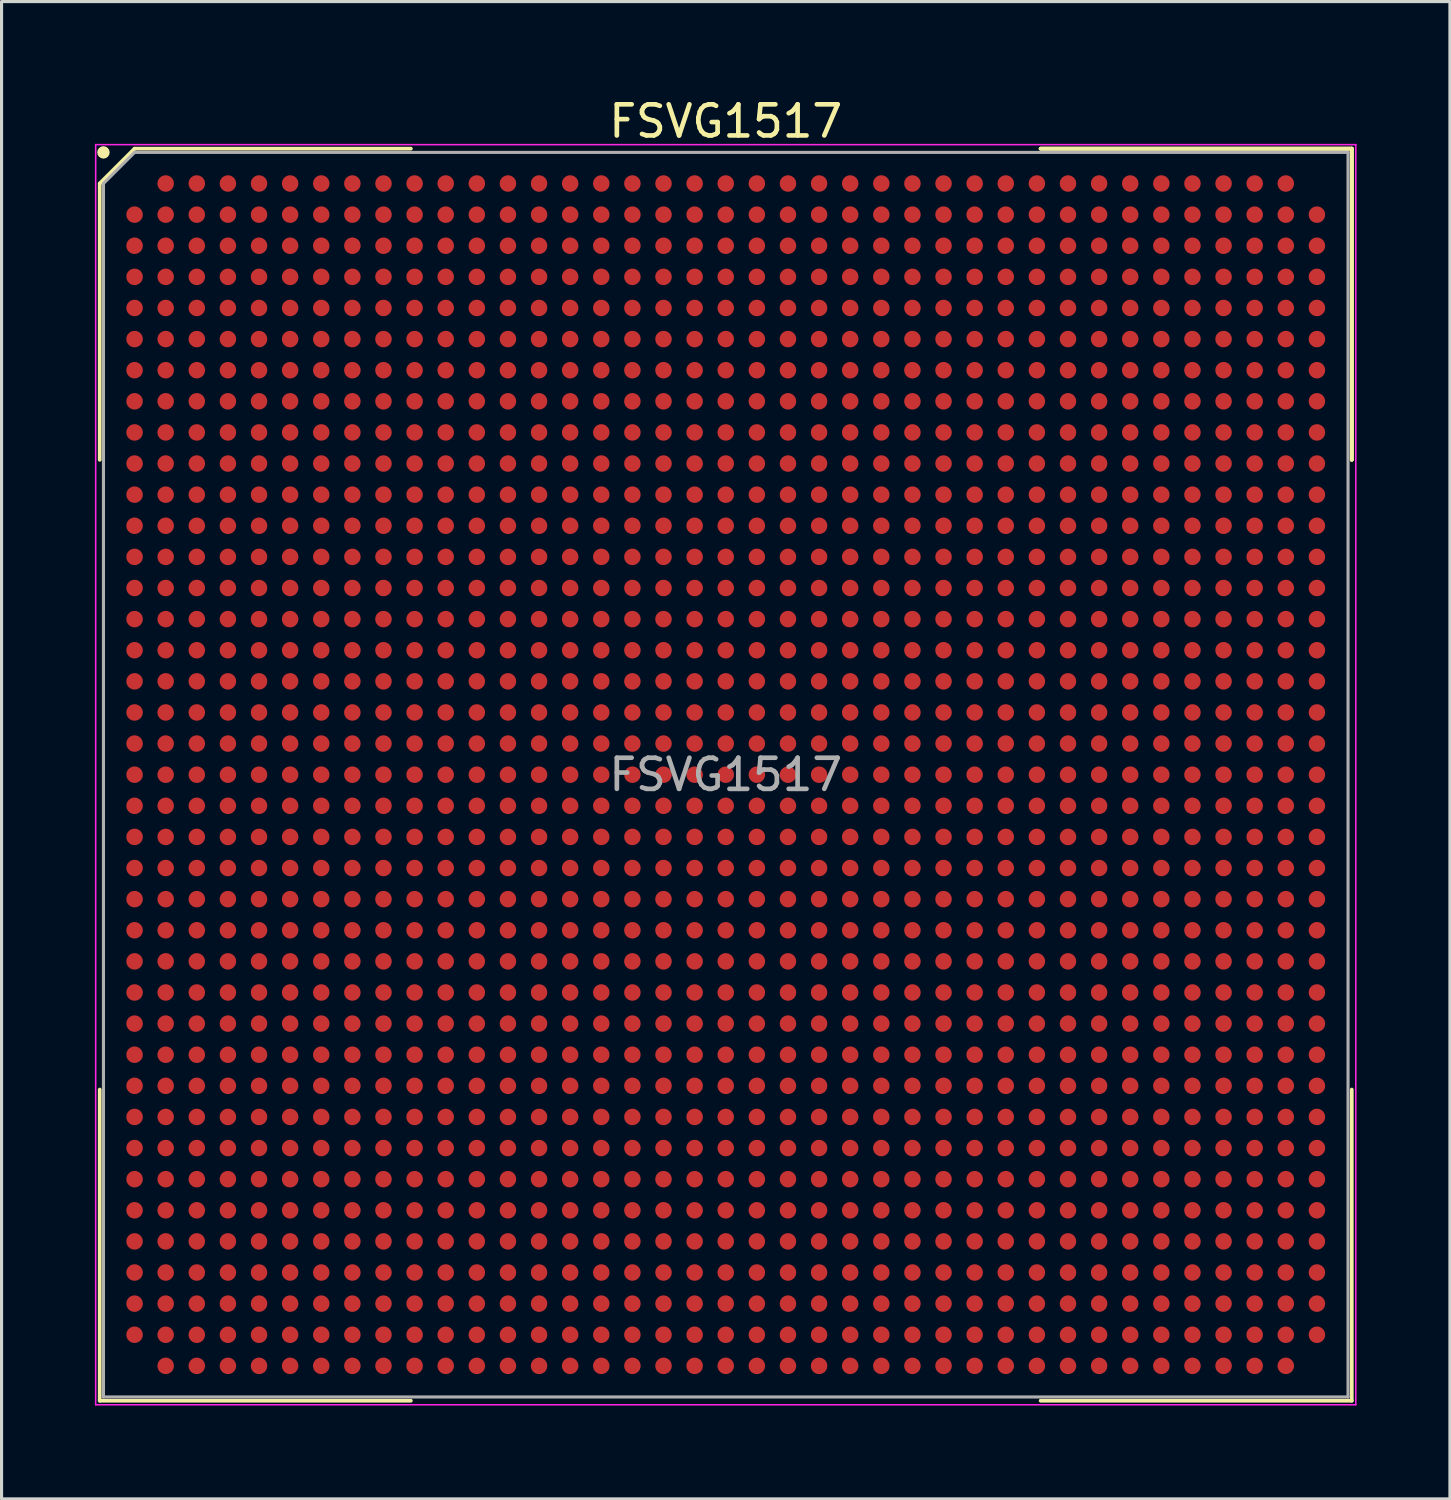
<source format=kicad_pcb>
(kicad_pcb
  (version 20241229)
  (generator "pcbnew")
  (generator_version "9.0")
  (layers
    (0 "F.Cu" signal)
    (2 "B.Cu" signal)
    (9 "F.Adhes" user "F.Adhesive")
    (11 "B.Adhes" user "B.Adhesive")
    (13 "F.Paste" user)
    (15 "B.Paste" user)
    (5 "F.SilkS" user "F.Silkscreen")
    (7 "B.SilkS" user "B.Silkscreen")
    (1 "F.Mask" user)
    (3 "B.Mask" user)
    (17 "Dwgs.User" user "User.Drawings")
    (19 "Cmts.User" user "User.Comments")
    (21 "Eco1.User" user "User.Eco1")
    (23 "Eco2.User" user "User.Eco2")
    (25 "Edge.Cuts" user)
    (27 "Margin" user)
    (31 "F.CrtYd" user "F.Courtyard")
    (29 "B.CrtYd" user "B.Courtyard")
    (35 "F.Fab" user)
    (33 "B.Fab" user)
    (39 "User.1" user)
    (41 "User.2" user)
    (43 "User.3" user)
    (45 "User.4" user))
  (footprint "FSVG1517"
    (layer "F.Cu")
    (at 20.275 21.848)
    (property "Reference" "FSVG1517" (at 0 -21 0) (layer "F.SilkS") (effects (font (size 1 1) (thickness 0.15))))
    (attr smd)
    (fp_line (start -20.12 -19) (end -20.12 -10.12) (stroke (width 0.12) (type solid)) (layer "F.SilkS"))
    (fp_line (start -20.12 20.12) (end -20.12 10.12) (stroke (width 0.12) (type solid)) (layer "F.SilkS"))
    (fp_line (start -19 -20.12) (end -20.12 -19) (stroke (width 0.12) (type solid)) (layer "F.SilkS"))
    (fp_line (start -10.12 -20.12) (end -19 -20.12) (stroke (width 0.12) (type solid)) (layer "F.SilkS"))
    (fp_line (start -10.12 20.12) (end -20.12 20.12) (stroke (width 0.12) (type solid)) (layer "F.SilkS"))
    (fp_line (start 10.12 -20.12) (end 20.12 -20.12) (stroke (width 0.12) (type solid)) (layer "F.SilkS"))
    (fp_line (start 10.12 -20.12) (end 20.12 -20.12) (stroke (width 0.12) (type solid)) (layer "F.SilkS"))
    (fp_line (start 10.12 -20.12) (end 20.12 -20.12) (stroke (width 0.12) (type solid)) (layer "F.SilkS"))
    (fp_line (start 10.12 20.12) (end 20.12 20.12) (stroke (width 0.12) (type solid)) (layer "F.SilkS"))
    (fp_line (start 20.12 -20.12) (end 20.12 -10.12) (stroke (width 0.12) (type solid)) (layer "F.SilkS"))
    (fp_line (start 20.12 -20.12) (end 20.12 -10.12) (stroke (width 0.12) (type solid)) (layer "F.SilkS"))
    (fp_line (start 20.12 -20.12) (end 20.12 -10.12) (stroke (width 0.12) (type solid)) (layer "F.SilkS"))
    (fp_line (start 20.12 20.12) (end 20.12 10.12) (stroke (width 0.12) (type solid)) (layer "F.SilkS"))
    (fp_circle (center -20 -20) (end -20 -19.9) (stroke (width 0.2) (type solid)) (fill no) (layer "F.SilkS"))
    (fp_line (start -20.25 -20.25) (end 20.25 -20.25) (stroke (width 0.05) (type solid)) (layer "F.CrtYd"))
    (fp_line (start -20.25 20.25) (end -20.25 -20.25) (stroke (width 0.05) (type solid)) (layer "F.CrtYd"))
    (fp_line (start 20.25 -20.25) (end 20.25 20.25) (stroke (width 0.05) (type solid)) (layer "F.CrtYd"))
    (fp_line (start 20.25 20.25) (end -20.25 20.25) (stroke (width 0.05) (type solid)) (layer "F.CrtYd"))
    (fp_line (start -20 -19) (end -20 20) (stroke (width 0.1) (type solid)) (layer "F.Fab"))
    (fp_line (start -20 20) (end 20 20) (stroke (width 0.1) (type solid)) (layer "F.Fab"))
    (fp_line (start -19 -20) (end -20 -19) (stroke (width 0.1) (type solid)) (layer "F.Fab"))
    (fp_line (start 20 -20) (end -19 -20) (stroke (width 0.1) (type solid)) (layer "F.Fab"))
    (fp_line (start 20 20) (end 20 -20) (stroke (width 0.1) (type solid)) (layer "F.Fab"))
    (fp_text user "${REFERENCE}" (at 0 0 0) (layer "F.Fab") (effects (font (size 1 1) (thickness 0.15))))
    (pad "A2" smd circle (at -18 -19) (size 0.53 0.53) (layers "F.Cu" "F.Mask" "F.Paste"))
    (pad "A3" smd circle (at -17 -19) (size 0.53 0.53) (layers "F.Cu" "F.Mask" "F.Paste"))
    (pad "A4" smd circle (at -16 -19) (size 0.53 0.53) (layers "F.Cu" "F.Mask" "F.Paste"))
    (pad "A5" smd circle (at -15 -19) (size 0.53 0.53) (layers "F.Cu" "F.Mask" "F.Paste"))
    (pad "A6" smd circle (at -14 -19) (size 0.53 0.53) (layers "F.Cu" "F.Mask" "F.Paste"))
    (pad "A7" smd circle (at -13 -19) (size 0.53 0.53) (layers "F.Cu" "F.Mask" "F.Paste"))
    (pad "A8" smd circle (at -12 -19) (size 0.53 0.53) (layers "F.Cu" "F.Mask" "F.Paste"))
    (pad "A9" smd circle (at -11 -19) (size 0.53 0.53) (layers "F.Cu" "F.Mask" "F.Paste"))
    (pad "A10" smd circle (at -10 -19) (size 0.53 0.53) (layers "F.Cu" "F.Mask" "F.Paste"))
    (pad "A11" smd circle (at -9 -19) (size 0.53 0.53) (layers "F.Cu" "F.Mask" "F.Paste"))
    (pad "A12" smd circle (at -8 -19) (size 0.53 0.53) (layers "F.Cu" "F.Mask" "F.Paste"))
    (pad "A13" smd circle (at -7 -19) (size 0.53 0.53) (layers "F.Cu" "F.Mask" "F.Paste"))
    (pad "A14" smd circle (at -6 -19) (size 0.53 0.53) (layers "F.Cu" "F.Mask" "F.Paste"))
    (pad "A15" smd circle (at -5 -19) (size 0.53 0.53) (layers "F.Cu" "F.Mask" "F.Paste"))
    (pad "A16" smd circle (at -4 -19) (size 0.53 0.53) (layers "F.Cu" "F.Mask" "F.Paste"))
    (pad "A17" smd circle (at -3 -19) (size 0.53 0.53) (layers "F.Cu" "F.Mask" "F.Paste"))
    (pad "A18" smd circle (at -2 -19) (size 0.53 0.53) (layers "F.Cu" "F.Mask" "F.Paste"))
    (pad "A19" smd circle (at -1 -19) (size 0.53 0.53) (layers "F.Cu" "F.Mask" "F.Paste"))
    (pad "A20" smd circle (at 0 -19) (size 0.53 0.53) (layers "F.Cu" "F.Mask" "F.Paste"))
    (pad "A21" smd circle (at 1 -19) (size 0.53 0.53) (layers "F.Cu" "F.Mask" "F.Paste"))
    (pad "A22" smd circle (at 2 -19) (size 0.53 0.53) (layers "F.Cu" "F.Mask" "F.Paste"))
    (pad "A23" smd circle (at 3 -19) (size 0.53 0.53) (layers "F.Cu" "F.Mask" "F.Paste"))
    (pad "A24" smd circle (at 4 -19) (size 0.53 0.53) (layers "F.Cu" "F.Mask" "F.Paste"))
    (pad "A25" smd circle (at 5 -19) (size 0.53 0.53) (layers "F.Cu" "F.Mask" "F.Paste"))
    (pad "A26" smd circle (at 6 -19) (size 0.53 0.53) (layers "F.Cu" "F.Mask" "F.Paste"))
    (pad "A27" smd circle (at 7 -19) (size 0.53 0.53) (layers "F.Cu" "F.Mask" "F.Paste"))
    (pad "A28" smd circle (at 8 -19) (size 0.53 0.53) (layers "F.Cu" "F.Mask" "F.Paste"))
    (pad "A29" smd circle (at 9 -19) (size 0.53 0.53) (layers "F.Cu" "F.Mask" "F.Paste"))
    (pad "A30" smd circle (at 10 -19) (size 0.53 0.53) (layers "F.Cu" "F.Mask" "F.Paste"))
    (pad "A31" smd circle (at 11 -19) (size 0.53 0.53) (layers "F.Cu" "F.Mask" "F.Paste"))
    (pad "A32" smd circle (at 12 -19) (size 0.53 0.53) (layers "F.Cu" "F.Mask" "F.Paste"))
    (pad "A33" smd circle (at 13 -19) (size 0.53 0.53) (layers "F.Cu" "F.Mask" "F.Paste"))
    (pad "A34" smd circle (at 14 -19) (size 0.53 0.53) (layers "F.Cu" "F.Mask" "F.Paste"))
    (pad "A35" smd circle (at 15 -19) (size 0.53 0.53) (layers "F.Cu" "F.Mask" "F.Paste"))
    (pad "A36" smd circle (at 16 -19) (size 0.53 0.53) (layers "F.Cu" "F.Mask" "F.Paste"))
    (pad "A37" smd circle (at 17 -19) (size 0.53 0.53) (layers "F.Cu" "F.Mask" "F.Paste"))
    (pad "A38" smd circle (at 18 -19) (size 0.53 0.53) (layers "F.Cu" "F.Mask" "F.Paste"))
    (pad "AA1" smd circle (at -19 1) (size 0.53 0.53) (layers "F.Cu" "F.Mask" "F.Paste"))
    (pad "AA2" smd circle (at -18 1) (size 0.53 0.53) (layers "F.Cu" "F.Mask" "F.Paste"))
    (pad "AA3" smd circle (at -17 1) (size 0.53 0.53) (layers "F.Cu" "F.Mask" "F.Paste"))
    (pad "AA4" smd circle (at -16 1) (size 0.53 0.53) (layers "F.Cu" "F.Mask" "F.Paste"))
    (pad "AA5" smd circle (at -15 1) (size 0.53 0.53) (layers "F.Cu" "F.Mask" "F.Paste"))
    (pad "AA6" smd circle (at -14 1) (size 0.53 0.53) (layers "F.Cu" "F.Mask" "F.Paste"))
    (pad "AA7" smd circle (at -13 1) (size 0.53 0.53) (layers "F.Cu" "F.Mask" "F.Paste"))
    (pad "AA8" smd circle (at -12 1) (size 0.53 0.53) (layers "F.Cu" "F.Mask" "F.Paste"))
    (pad "AA9" smd circle (at -11 1) (size 0.53 0.53) (layers "F.Cu" "F.Mask" "F.Paste"))
    (pad "AA10" smd circle (at -10 1) (size 0.53 0.53) (layers "F.Cu" "F.Mask" "F.Paste"))
    (pad "AA11" smd circle (at -9 1) (size 0.53 0.53) (layers "F.Cu" "F.Mask" "F.Paste"))
    (pad "AA12" smd circle (at -8 1) (size 0.53 0.53) (layers "F.Cu" "F.Mask" "F.Paste"))
    (pad "AA13" smd circle (at -7 1) (size 0.53 0.53) (layers "F.Cu" "F.Mask" "F.Paste"))
    (pad "AA14" smd circle (at -6 1) (size 0.53 0.53) (layers "F.Cu" "F.Mask" "F.Paste"))
    (pad "AA15" smd circle (at -5 1) (size 0.53 0.53) (layers "F.Cu" "F.Mask" "F.Paste"))
    (pad "AA16" smd circle (at -4 1) (size 0.53 0.53) (layers "F.Cu" "F.Mask" "F.Paste"))
    (pad "AA17" smd circle (at -3 1) (size 0.53 0.53) (layers "F.Cu" "F.Mask" "F.Paste"))
    (pad "AA18" smd circle (at -2 1) (size 0.53 0.53) (layers "F.Cu" "F.Mask" "F.Paste"))
    (pad "AA19" smd circle (at -1 1) (size 0.53 0.53) (layers "F.Cu" "F.Mask" "F.Paste"))
    (pad "AA20" smd circle (at 0 1) (size 0.53 0.53) (layers "F.Cu" "F.Mask" "F.Paste"))
    (pad "AA21" smd circle (at 1 1) (size 0.53 0.53) (layers "F.Cu" "F.Mask" "F.Paste"))
    (pad "AA22" smd circle (at 2 1) (size 0.53 0.53) (layers "F.Cu" "F.Mask" "F.Paste"))
    (pad "AA23" smd circle (at 3 1) (size 0.53 0.53) (layers "F.Cu" "F.Mask" "F.Paste"))
    (pad "AA24" smd circle (at 4 1) (size 0.53 0.53) (layers "F.Cu" "F.Mask" "F.Paste"))
    (pad "AA25" smd circle (at 5 1) (size 0.53 0.53) (layers "F.Cu" "F.Mask" "F.Paste"))
    (pad "AA26" smd circle (at 6 1) (size 0.53 0.53) (layers "F.Cu" "F.Mask" "F.Paste"))
    (pad "AA27" smd circle (at 7 1) (size 0.53 0.53) (layers "F.Cu" "F.Mask" "F.Paste"))
    (pad "AA28" smd circle (at 8 1) (size 0.53 0.53) (layers "F.Cu" "F.Mask" "F.Paste"))
    (pad "AA29" smd circle (at 9 1) (size 0.53 0.53) (layers "F.Cu" "F.Mask" "F.Paste"))
    (pad "AA30" smd circle (at 10 1) (size 0.53 0.53) (layers "F.Cu" "F.Mask" "F.Paste"))
    (pad "AA31" smd circle (at 11 1) (size 0.53 0.53) (layers "F.Cu" "F.Mask" "F.Paste"))
    (pad "AA32" smd circle (at 12 1) (size 0.53 0.53) (layers "F.Cu" "F.Mask" "F.Paste"))
    (pad "AA33" smd circle (at 13 1) (size 0.53 0.53) (layers "F.Cu" "F.Mask" "F.Paste"))
    (pad "AA34" smd circle (at 14 1) (size 0.53 0.53) (layers "F.Cu" "F.Mask" "F.Paste"))
    (pad "AA35" smd circle (at 15 1) (size 0.53 0.53) (layers "F.Cu" "F.Mask" "F.Paste"))
    (pad "AA36" smd circle (at 16 1) (size 0.53 0.53) (layers "F.Cu" "F.Mask" "F.Paste"))
    (pad "AA37" smd circle (at 17 1) (size 0.53 0.53) (layers "F.Cu" "F.Mask" "F.Paste"))
    (pad "AA38" smd circle (at 18 1) (size 0.53 0.53) (layers "F.Cu" "F.Mask" "F.Paste"))
    (pad "AA39" smd circle (at 19 1) (size 0.53 0.53) (layers "F.Cu" "F.Mask" "F.Paste"))
    (pad "AB1" smd circle (at -19 2) (size 0.53 0.53) (layers "F.Cu" "F.Mask" "F.Paste"))
    (pad "AB2" smd circle (at -18 2) (size 0.53 0.53) (layers "F.Cu" "F.Mask" "F.Paste"))
    (pad "AB3" smd circle (at -17 2) (size 0.53 0.53) (layers "F.Cu" "F.Mask" "F.Paste"))
    (pad "AB4" smd circle (at -16 2) (size 0.53 0.53) (layers "F.Cu" "F.Mask" "F.Paste"))
    (pad "AB5" smd circle (at -15 2) (size 0.53 0.53) (layers "F.Cu" "F.Mask" "F.Paste"))
    (pad "AB6" smd circle (at -14 2) (size 0.53 0.53) (layers "F.Cu" "F.Mask" "F.Paste"))
    (pad "AB7" smd circle (at -13 2) (size 0.53 0.53) (layers "F.Cu" "F.Mask" "F.Paste"))
    (pad "AB8" smd circle (at -12 2) (size 0.53 0.53) (layers "F.Cu" "F.Mask" "F.Paste"))
    (pad "AB9" smd circle (at -11 2) (size 0.53 0.53) (layers "F.Cu" "F.Mask" "F.Paste"))
    (pad "AB10" smd circle (at -10 2) (size 0.53 0.53) (layers "F.Cu" "F.Mask" "F.Paste"))
    (pad "AB11" smd circle (at -9 2) (size 0.53 0.53) (layers "F.Cu" "F.Mask" "F.Paste"))
    (pad "AB12" smd circle (at -8 2) (size 0.53 0.53) (layers "F.Cu" "F.Mask" "F.Paste"))
    (pad "AB13" smd circle (at -7 2) (size 0.53 0.53) (layers "F.Cu" "F.Mask" "F.Paste"))
    (pad "AB14" smd circle (at -6 2) (size 0.53 0.53) (layers "F.Cu" "F.Mask" "F.Paste"))
    (pad "AB15" smd circle (at -5 2) (size 0.53 0.53) (layers "F.Cu" "F.Mask" "F.Paste"))
    (pad "AB16" smd circle (at -4 2) (size 0.53 0.53) (layers "F.Cu" "F.Mask" "F.Paste"))
    (pad "AB17" smd circle (at -3 2) (size 0.53 0.53) (layers "F.Cu" "F.Mask" "F.Paste"))
    (pad "AB18" smd circle (at -2 2) (size 0.53 0.53) (layers "F.Cu" "F.Mask" "F.Paste"))
    (pad "AB19" smd circle (at -1 2) (size 0.53 0.53) (layers "F.Cu" "F.Mask" "F.Paste"))
    (pad "AB20" smd circle (at 0 2) (size 0.53 0.53) (layers "F.Cu" "F.Mask" "F.Paste"))
    (pad "AB21" smd circle (at 1 2) (size 0.53 0.53) (layers "F.Cu" "F.Mask" "F.Paste"))
    (pad "AB22" smd circle (at 2 2) (size 0.53 0.53) (layers "F.Cu" "F.Mask" "F.Paste"))
    (pad "AB23" smd circle (at 3 2) (size 0.53 0.53) (layers "F.Cu" "F.Mask" "F.Paste"))
    (pad "AB24" smd circle (at 4 2) (size 0.53 0.53) (layers "F.Cu" "F.Mask" "F.Paste"))
    (pad "AB25" smd circle (at 5 2) (size 0.53 0.53) (layers "F.Cu" "F.Mask" "F.Paste"))
    (pad "AB26" smd circle (at 6 2) (size 0.53 0.53) (layers "F.Cu" "F.Mask" "F.Paste"))
    (pad "AB27" smd circle (at 7 2) (size 0.53 0.53) (layers "F.Cu" "F.Mask" "F.Paste"))
    (pad "AB28" smd circle (at 8 2) (size 0.53 0.53) (layers "F.Cu" "F.Mask" "F.Paste"))
    (pad "AB29" smd circle (at 9 2) (size 0.53 0.53) (layers "F.Cu" "F.Mask" "F.Paste"))
    (pad "AB30" smd circle (at 10 2) (size 0.53 0.53) (layers "F.Cu" "F.Mask" "F.Paste"))
    (pad "AB31" smd circle (at 11 2) (size 0.53 0.53) (layers "F.Cu" "F.Mask" "F.Paste"))
    (pad "AB32" smd circle (at 12 2) (size 0.53 0.53) (layers "F.Cu" "F.Mask" "F.Paste"))
    (pad "AB33" smd circle (at 13 2) (size 0.53 0.53) (layers "F.Cu" "F.Mask" "F.Paste"))
    (pad "AB34" smd circle (at 14 2) (size 0.53 0.53) (layers "F.Cu" "F.Mask" "F.Paste"))
    (pad "AB35" smd circle (at 15 2) (size 0.53 0.53) (layers "F.Cu" "F.Mask" "F.Paste"))
    (pad "AB36" smd circle (at 16 2) (size 0.53 0.53) (layers "F.Cu" "F.Mask" "F.Paste"))
    (pad "AB37" smd circle (at 17 2) (size 0.53 0.53) (layers "F.Cu" "F.Mask" "F.Paste"))
    (pad "AB38" smd circle (at 18 2) (size 0.53 0.53) (layers "F.Cu" "F.Mask" "F.Paste"))
    (pad "AB39" smd circle (at 19 2) (size 0.53 0.53) (layers "F.Cu" "F.Mask" "F.Paste"))
    (pad "AC1" smd circle (at -19 3) (size 0.53 0.53) (layers "F.Cu" "F.Mask" "F.Paste"))
    (pad "AC2" smd circle (at -18 3) (size 0.53 0.53) (layers "F.Cu" "F.Mask" "F.Paste"))
    (pad "AC3" smd circle (at -17 3) (size 0.53 0.53) (layers "F.Cu" "F.Mask" "F.Paste"))
    (pad "AC4" smd circle (at -16 3) (size 0.53 0.53) (layers "F.Cu" "F.Mask" "F.Paste"))
    (pad "AC5" smd circle (at -15 3) (size 0.53 0.53) (layers "F.Cu" "F.Mask" "F.Paste"))
    (pad "AC6" smd circle (at -14 3) (size 0.53 0.53) (layers "F.Cu" "F.Mask" "F.Paste"))
    (pad "AC7" smd circle (at -13 3) (size 0.53 0.53) (layers "F.Cu" "F.Mask" "F.Paste"))
    (pad "AC8" smd circle (at -12 3) (size 0.53 0.53) (layers "F.Cu" "F.Mask" "F.Paste"))
    (pad "AC9" smd circle (at -11 3) (size 0.53 0.53) (layers "F.Cu" "F.Mask" "F.Paste"))
    (pad "AC10" smd circle (at -10 3) (size 0.53 0.53) (layers "F.Cu" "F.Mask" "F.Paste"))
    (pad "AC11" smd circle (at -9 3) (size 0.53 0.53) (layers "F.Cu" "F.Mask" "F.Paste"))
    (pad "AC12" smd circle (at -8 3) (size 0.53 0.53) (layers "F.Cu" "F.Mask" "F.Paste"))
    (pad "AC13" smd circle (at -7 3) (size 0.53 0.53) (layers "F.Cu" "F.Mask" "F.Paste"))
    (pad "AC14" smd circle (at -6 3) (size 0.53 0.53) (layers "F.Cu" "F.Mask" "F.Paste"))
    (pad "AC15" smd circle (at -5 3) (size 0.53 0.53) (layers "F.Cu" "F.Mask" "F.Paste"))
    (pad "AC16" smd circle (at -4 3) (size 0.53 0.53) (layers "F.Cu" "F.Mask" "F.Paste"))
    (pad "AC17" smd circle (at -3 3) (size 0.53 0.53) (layers "F.Cu" "F.Mask" "F.Paste"))
    (pad "AC18" smd circle (at -2 3) (size 0.53 0.53) (layers "F.Cu" "F.Mask" "F.Paste"))
    (pad "AC19" smd circle (at -1 3) (size 0.53 0.53) (layers "F.Cu" "F.Mask" "F.Paste"))
    (pad "AC20" smd circle (at 0 3) (size 0.53 0.53) (layers "F.Cu" "F.Mask" "F.Paste"))
    (pad "AC21" smd circle (at 1 3) (size 0.53 0.53) (layers "F.Cu" "F.Mask" "F.Paste"))
    (pad "AC22" smd circle (at 2 3) (size 0.53 0.53) (layers "F.Cu" "F.Mask" "F.Paste"))
    (pad "AC23" smd circle (at 3 3) (size 0.53 0.53) (layers "F.Cu" "F.Mask" "F.Paste"))
    (pad "AC24" smd circle (at 4 3) (size 0.53 0.53) (layers "F.Cu" "F.Mask" "F.Paste"))
    (pad "AC25" smd circle (at 5 3) (size 0.53 0.53) (layers "F.Cu" "F.Mask" "F.Paste"))
    (pad "AC26" smd circle (at 6 3) (size 0.53 0.53) (layers "F.Cu" "F.Mask" "F.Paste"))
    (pad "AC27" smd circle (at 7 3) (size 0.53 0.53) (layers "F.Cu" "F.Mask" "F.Paste"))
    (pad "AC28" smd circle (at 8 3) (size 0.53 0.53) (layers "F.Cu" "F.Mask" "F.Paste"))
    (pad "AC29" smd circle (at 9 3) (size 0.53 0.53) (layers "F.Cu" "F.Mask" "F.Paste"))
    (pad "AC30" smd circle (at 10 3) (size 0.53 0.53) (layers "F.Cu" "F.Mask" "F.Paste"))
    (pad "AC31" smd circle (at 11 3) (size 0.53 0.53) (layers "F.Cu" "F.Mask" "F.Paste"))
    (pad "AC32" smd circle (at 12 3) (size 0.53 0.53) (layers "F.Cu" "F.Mask" "F.Paste"))
    (pad "AC33" smd circle (at 13 3) (size 0.53 0.53) (layers "F.Cu" "F.Mask" "F.Paste"))
    (pad "AC34" smd circle (at 14 3) (size 0.53 0.53) (layers "F.Cu" "F.Mask" "F.Paste"))
    (pad "AC35" smd circle (at 15 3) (size 0.53 0.53) (layers "F.Cu" "F.Mask" "F.Paste"))
    (pad "AC36" smd circle (at 16 3) (size 0.53 0.53) (layers "F.Cu" "F.Mask" "F.Paste"))
    (pad "AC37" smd circle (at 17 3) (size 0.53 0.53) (layers "F.Cu" "F.Mask" "F.Paste"))
    (pad "AC38" smd circle (at 18 3) (size 0.53 0.53) (layers "F.Cu" "F.Mask" "F.Paste"))
    (pad "AC39" smd circle (at 19 3) (size 0.53 0.53) (layers "F.Cu" "F.Mask" "F.Paste"))
    (pad "AD1" smd circle (at -19 4) (size 0.53 0.53) (layers "F.Cu" "F.Mask" "F.Paste"))
    (pad "AD2" smd circle (at -18 4) (size 0.53 0.53) (layers "F.Cu" "F.Mask" "F.Paste"))
    (pad "AD3" smd circle (at -17 4) (size 0.53 0.53) (layers "F.Cu" "F.Mask" "F.Paste"))
    (pad "AD4" smd circle (at -16 4) (size 0.53 0.53) (layers "F.Cu" "F.Mask" "F.Paste"))
    (pad "AD5" smd circle (at -15 4) (size 0.53 0.53) (layers "F.Cu" "F.Mask" "F.Paste"))
    (pad "AD6" smd circle (at -14 4) (size 0.53 0.53) (layers "F.Cu" "F.Mask" "F.Paste"))
    (pad "AD7" smd circle (at -13 4) (size 0.53 0.53) (layers "F.Cu" "F.Mask" "F.Paste"))
    (pad "AD8" smd circle (at -12 4) (size 0.53 0.53) (layers "F.Cu" "F.Mask" "F.Paste"))
    (pad "AD9" smd circle (at -11 4) (size 0.53 0.53) (layers "F.Cu" "F.Mask" "F.Paste"))
    (pad "AD10" smd circle (at -10 4) (size 0.53 0.53) (layers "F.Cu" "F.Mask" "F.Paste"))
    (pad "AD11" smd circle (at -9 4) (size 0.53 0.53) (layers "F.Cu" "F.Mask" "F.Paste"))
    (pad "AD12" smd circle (at -8 4) (size 0.53 0.53) (layers "F.Cu" "F.Mask" "F.Paste"))
    (pad "AD13" smd circle (at -7 4) (size 0.53 0.53) (layers "F.Cu" "F.Mask" "F.Paste"))
    (pad "AD14" smd circle (at -6 4) (size 0.53 0.53) (layers "F.Cu" "F.Mask" "F.Paste"))
    (pad "AD15" smd circle (at -5 4) (size 0.53 0.53) (layers "F.Cu" "F.Mask" "F.Paste"))
    (pad "AD16" smd circle (at -4 4) (size 0.53 0.53) (layers "F.Cu" "F.Mask" "F.Paste"))
    (pad "AD17" smd circle (at -3 4) (size 0.53 0.53) (layers "F.Cu" "F.Mask" "F.Paste"))
    (pad "AD18" smd circle (at -2 4) (size 0.53 0.53) (layers "F.Cu" "F.Mask" "F.Paste"))
    (pad "AD19" smd circle (at -1 4) (size 0.53 0.53) (layers "F.Cu" "F.Mask" "F.Paste"))
    (pad "AD20" smd circle (at 0 4) (size 0.53 0.53) (layers "F.Cu" "F.Mask" "F.Paste"))
    (pad "AD21" smd circle (at 1 4) (size 0.53 0.53) (layers "F.Cu" "F.Mask" "F.Paste"))
    (pad "AD22" smd circle (at 2 4) (size 0.53 0.53) (layers "F.Cu" "F.Mask" "F.Paste"))
    (pad "AD23" smd circle (at 3 4) (size 0.53 0.53) (layers "F.Cu" "F.Mask" "F.Paste"))
    (pad "AD24" smd circle (at 4 4) (size 0.53 0.53) (layers "F.Cu" "F.Mask" "F.Paste"))
    (pad "AD25" smd circle (at 5 4) (size 0.53 0.53) (layers "F.Cu" "F.Mask" "F.Paste"))
    (pad "AD26" smd circle (at 6 4) (size 0.53 0.53) (layers "F.Cu" "F.Mask" "F.Paste"))
    (pad "AD27" smd circle (at 7 4) (size 0.53 0.53) (layers "F.Cu" "F.Mask" "F.Paste"))
    (pad "AD28" smd circle (at 8 4) (size 0.53 0.53) (layers "F.Cu" "F.Mask" "F.Paste"))
    (pad "AD29" smd circle (at 9 4) (size 0.53 0.53) (layers "F.Cu" "F.Mask" "F.Paste"))
    (pad "AD30" smd circle (at 10 4) (size 0.53 0.53) (layers "F.Cu" "F.Mask" "F.Paste"))
    (pad "AD31" smd circle (at 11 4) (size 0.53 0.53) (layers "F.Cu" "F.Mask" "F.Paste"))
    (pad "AD32" smd circle (at 12 4) (size 0.53 0.53) (layers "F.Cu" "F.Mask" "F.Paste"))
    (pad "AD33" smd circle (at 13 4) (size 0.53 0.53) (layers "F.Cu" "F.Mask" "F.Paste"))
    (pad "AD34" smd circle (at 14 4) (size 0.53 0.53) (layers "F.Cu" "F.Mask" "F.Paste"))
    (pad "AD35" smd circle (at 15 4) (size 0.53 0.53) (layers "F.Cu" "F.Mask" "F.Paste"))
    (pad "AD36" smd circle (at 16 4) (size 0.53 0.53) (layers "F.Cu" "F.Mask" "F.Paste"))
    (pad "AD37" smd circle (at 17 4) (size 0.53 0.53) (layers "F.Cu" "F.Mask" "F.Paste"))
    (pad "AD38" smd circle (at 18 4) (size 0.53 0.53) (layers "F.Cu" "F.Mask" "F.Paste"))
    (pad "AD39" smd circle (at 19 4) (size 0.53 0.53) (layers "F.Cu" "F.Mask" "F.Paste"))
    (pad "AE1" smd circle (at -19 5) (size 0.53 0.53) (layers "F.Cu" "F.Mask" "F.Paste"))
    (pad "AE2" smd circle (at -18 5) (size 0.53 0.53) (layers "F.Cu" "F.Mask" "F.Paste"))
    (pad "AE3" smd circle (at -17 5) (size 0.53 0.53) (layers "F.Cu" "F.Mask" "F.Paste"))
    (pad "AE4" smd circle (at -16 5) (size 0.53 0.53) (layers "F.Cu" "F.Mask" "F.Paste"))
    (pad "AE5" smd circle (at -15 5) (size 0.53 0.53) (layers "F.Cu" "F.Mask" "F.Paste"))
    (pad "AE6" smd circle (at -14 5) (size 0.53 0.53) (layers "F.Cu" "F.Mask" "F.Paste"))
    (pad "AE7" smd circle (at -13 5) (size 0.53 0.53) (layers "F.Cu" "F.Mask" "F.Paste"))
    (pad "AE8" smd circle (at -12 5) (size 0.53 0.53) (layers "F.Cu" "F.Mask" "F.Paste"))
    (pad "AE9" smd circle (at -11 5) (size 0.53 0.53) (layers "F.Cu" "F.Mask" "F.Paste"))
    (pad "AE10" smd circle (at -10 5) (size 0.53 0.53) (layers "F.Cu" "F.Mask" "F.Paste"))
    (pad "AE11" smd circle (at -9 5) (size 0.53 0.53) (layers "F.Cu" "F.Mask" "F.Paste"))
    (pad "AE12" smd circle (at -8 5) (size 0.53 0.53) (layers "F.Cu" "F.Mask" "F.Paste"))
    (pad "AE13" smd circle (at -7 5) (size 0.53 0.53) (layers "F.Cu" "F.Mask" "F.Paste"))
    (pad "AE14" smd circle (at -6 5) (size 0.53 0.53) (layers "F.Cu" "F.Mask" "F.Paste"))
    (pad "AE15" smd circle (at -5 5) (size 0.53 0.53) (layers "F.Cu" "F.Mask" "F.Paste"))
    (pad "AE16" smd circle (at -4 5) (size 0.53 0.53) (layers "F.Cu" "F.Mask" "F.Paste"))
    (pad "AE17" smd circle (at -3 5) (size 0.53 0.53) (layers "F.Cu" "F.Mask" "F.Paste"))
    (pad "AE18" smd circle (at -2 5) (size 0.53 0.53) (layers "F.Cu" "F.Mask" "F.Paste"))
    (pad "AE19" smd circle (at -1 5) (size 0.53 0.53) (layers "F.Cu" "F.Mask" "F.Paste"))
    (pad "AE20" smd circle (at 0 5) (size 0.53 0.53) (layers "F.Cu" "F.Mask" "F.Paste"))
    (pad "AE21" smd circle (at 1 5) (size 0.53 0.53) (layers "F.Cu" "F.Mask" "F.Paste"))
    (pad "AE22" smd circle (at 2 5) (size 0.53 0.53) (layers "F.Cu" "F.Mask" "F.Paste"))
    (pad "AE23" smd circle (at 3 5) (size 0.53 0.53) (layers "F.Cu" "F.Mask" "F.Paste"))
    (pad "AE24" smd circle (at 4 5) (size 0.53 0.53) (layers "F.Cu" "F.Mask" "F.Paste"))
    (pad "AE25" smd circle (at 5 5) (size 0.53 0.53) (layers "F.Cu" "F.Mask" "F.Paste"))
    (pad "AE26" smd circle (at 6 5) (size 0.53 0.53) (layers "F.Cu" "F.Mask" "F.Paste"))
    (pad "AE27" smd circle (at 7 5) (size 0.53 0.53) (layers "F.Cu" "F.Mask" "F.Paste"))
    (pad "AE28" smd circle (at 8 5) (size 0.53 0.53) (layers "F.Cu" "F.Mask" "F.Paste"))
    (pad "AE29" smd circle (at 9 5) (size 0.53 0.53) (layers "F.Cu" "F.Mask" "F.Paste"))
    (pad "AE30" smd circle (at 10 5) (size 0.53 0.53) (layers "F.Cu" "F.Mask" "F.Paste"))
    (pad "AE31" smd circle (at 11 5) (size 0.53 0.53) (layers "F.Cu" "F.Mask" "F.Paste"))
    (pad "AE32" smd circle (at 12 5) (size 0.53 0.53) (layers "F.Cu" "F.Mask" "F.Paste"))
    (pad "AE33" smd circle (at 13 5) (size 0.53 0.53) (layers "F.Cu" "F.Mask" "F.Paste"))
    (pad "AE34" smd circle (at 14 5) (size 0.53 0.53) (layers "F.Cu" "F.Mask" "F.Paste"))
    (pad "AE35" smd circle (at 15 5) (size 0.53 0.53) (layers "F.Cu" "F.Mask" "F.Paste"))
    (pad "AE36" smd circle (at 16 5) (size 0.53 0.53) (layers "F.Cu" "F.Mask" "F.Paste"))
    (pad "AE37" smd circle (at 17 5) (size 0.53 0.53) (layers "F.Cu" "F.Mask" "F.Paste"))
    (pad "AE38" smd circle (at 18 5) (size 0.53 0.53) (layers "F.Cu" "F.Mask" "F.Paste"))
    (pad "AE39" smd circle (at 19 5) (size 0.53 0.53) (layers "F.Cu" "F.Mask" "F.Paste"))
    (pad "AF1" smd circle (at -19 6) (size 0.53 0.53) (layers "F.Cu" "F.Mask" "F.Paste"))
    (pad "AF2" smd circle (at -18 6) (size 0.53 0.53) (layers "F.Cu" "F.Mask" "F.Paste"))
    (pad "AF3" smd circle (at -17 6) (size 0.53 0.53) (layers "F.Cu" "F.Mask" "F.Paste"))
    (pad "AF4" smd circle (at -16 6) (size 0.53 0.53) (layers "F.Cu" "F.Mask" "F.Paste"))
    (pad "AF5" smd circle (at -15 6) (size 0.53 0.53) (layers "F.Cu" "F.Mask" "F.Paste"))
    (pad "AF6" smd circle (at -14 6) (size 0.53 0.53) (layers "F.Cu" "F.Mask" "F.Paste"))
    (pad "AF7" smd circle (at -13 6) (size 0.53 0.53) (layers "F.Cu" "F.Mask" "F.Paste"))
    (pad "AF8" smd circle (at -12 6) (size 0.53 0.53) (layers "F.Cu" "F.Mask" "F.Paste"))
    (pad "AF9" smd circle (at -11 6) (size 0.53 0.53) (layers "F.Cu" "F.Mask" "F.Paste"))
    (pad "AF10" smd circle (at -10 6) (size 0.53 0.53) (layers "F.Cu" "F.Mask" "F.Paste"))
    (pad "AF11" smd circle (at -9 6) (size 0.53 0.53) (layers "F.Cu" "F.Mask" "F.Paste"))
    (pad "AF12" smd circle (at -8 6) (size 0.53 0.53) (layers "F.Cu" "F.Mask" "F.Paste"))
    (pad "AF13" smd circle (at -7 6) (size 0.53 0.53) (layers "F.Cu" "F.Mask" "F.Paste"))
    (pad "AF14" smd circle (at -6 6) (size 0.53 0.53) (layers "F.Cu" "F.Mask" "F.Paste"))
    (pad "AF15" smd circle (at -5 6) (size 0.53 0.53) (layers "F.Cu" "F.Mask" "F.Paste"))
    (pad "AF16" smd circle (at -4 6) (size 0.53 0.53) (layers "F.Cu" "F.Mask" "F.Paste"))
    (pad "AF17" smd circle (at -3 6) (size 0.53 0.53) (layers "F.Cu" "F.Mask" "F.Paste"))
    (pad "AF18" smd circle (at -2 6) (size 0.53 0.53) (layers "F.Cu" "F.Mask" "F.Paste"))
    (pad "AF19" smd circle (at -1 6) (size 0.53 0.53) (layers "F.Cu" "F.Mask" "F.Paste"))
    (pad "AF20" smd circle (at 0 6) (size 0.53 0.53) (layers "F.Cu" "F.Mask" "F.Paste"))
    (pad "AF21" smd circle (at 1 6) (size 0.53 0.53) (layers "F.Cu" "F.Mask" "F.Paste"))
    (pad "AF22" smd circle (at 2 6) (size 0.53 0.53) (layers "F.Cu" "F.Mask" "F.Paste"))
    (pad "AF23" smd circle (at 3 6) (size 0.53 0.53) (layers "F.Cu" "F.Mask" "F.Paste"))
    (pad "AF24" smd circle (at 4 6) (size 0.53 0.53) (layers "F.Cu" "F.Mask" "F.Paste"))
    (pad "AF25" smd circle (at 5 6) (size 0.53 0.53) (layers "F.Cu" "F.Mask" "F.Paste"))
    (pad "AF26" smd circle (at 6 6) (size 0.53 0.53) (layers "F.Cu" "F.Mask" "F.Paste"))
    (pad "AF27" smd circle (at 7 6) (size 0.53 0.53) (layers "F.Cu" "F.Mask" "F.Paste"))
    (pad "AF28" smd circle (at 8 6) (size 0.53 0.53) (layers "F.Cu" "F.Mask" "F.Paste"))
    (pad "AF29" smd circle (at 9 6) (size 0.53 0.53) (layers "F.Cu" "F.Mask" "F.Paste"))
    (pad "AF30" smd circle (at 10 6) (size 0.53 0.53) (layers "F.Cu" "F.Mask" "F.Paste"))
    (pad "AF31" smd circle (at 11 6) (size 0.53 0.53) (layers "F.Cu" "F.Mask" "F.Paste"))
    (pad "AF32" smd circle (at 12 6) (size 0.53 0.53) (layers "F.Cu" "F.Mask" "F.Paste"))
    (pad "AF33" smd circle (at 13 6) (size 0.53 0.53) (layers "F.Cu" "F.Mask" "F.Paste"))
    (pad "AF34" smd circle (at 14 6) (size 0.53 0.53) (layers "F.Cu" "F.Mask" "F.Paste"))
    (pad "AF35" smd circle (at 15 6) (size 0.53 0.53) (layers "F.Cu" "F.Mask" "F.Paste"))
    (pad "AF36" smd circle (at 16 6) (size 0.53 0.53) (layers "F.Cu" "F.Mask" "F.Paste"))
    (pad "AF37" smd circle (at 17 6) (size 0.53 0.53) (layers "F.Cu" "F.Mask" "F.Paste"))
    (pad "AF38" smd circle (at 18 6) (size 0.53 0.53) (layers "F.Cu" "F.Mask" "F.Paste"))
    (pad "AF39" smd circle (at 19 6) (size 0.53 0.53) (layers "F.Cu" "F.Mask" "F.Paste"))
    (pad "AG1" smd circle (at -19 7) (size 0.53 0.53) (layers "F.Cu" "F.Mask" "F.Paste"))
    (pad "AG2" smd circle (at -18 7) (size 0.53 0.53) (layers "F.Cu" "F.Mask" "F.Paste"))
    (pad "AG3" smd circle (at -17 7) (size 0.53 0.53) (layers "F.Cu" "F.Mask" "F.Paste"))
    (pad "AG4" smd circle (at -16 7) (size 0.53 0.53) (layers "F.Cu" "F.Mask" "F.Paste"))
    (pad "AG5" smd circle (at -15 7) (size 0.53 0.53) (layers "F.Cu" "F.Mask" "F.Paste"))
    (pad "AG6" smd circle (at -14 7) (size 0.53 0.53) (layers "F.Cu" "F.Mask" "F.Paste"))
    (pad "AG7" smd circle (at -13 7) (size 0.53 0.53) (layers "F.Cu" "F.Mask" "F.Paste"))
    (pad "AG8" smd circle (at -12 7) (size 0.53 0.53) (layers "F.Cu" "F.Mask" "F.Paste"))
    (pad "AG9" smd circle (at -11 7) (size 0.53 0.53) (layers "F.Cu" "F.Mask" "F.Paste"))
    (pad "AG10" smd circle (at -10 7) (size 0.53 0.53) (layers "F.Cu" "F.Mask" "F.Paste"))
    (pad "AG11" smd circle (at -9 7) (size 0.53 0.53) (layers "F.Cu" "F.Mask" "F.Paste"))
    (pad "AG12" smd circle (at -8 7) (size 0.53 0.53) (layers "F.Cu" "F.Mask" "F.Paste"))
    (pad "AG13" smd circle (at -7 7) (size 0.53 0.53) (layers "F.Cu" "F.Mask" "F.Paste"))
    (pad "AG14" smd circle (at -6 7) (size 0.53 0.53) (layers "F.Cu" "F.Mask" "F.Paste"))
    (pad "AG15" smd circle (at -5 7) (size 0.53 0.53) (layers "F.Cu" "F.Mask" "F.Paste"))
    (pad "AG16" smd circle (at -4 7) (size 0.53 0.53) (layers "F.Cu" "F.Mask" "F.Paste"))
    (pad "AG17" smd circle (at -3 7) (size 0.53 0.53) (layers "F.Cu" "F.Mask" "F.Paste"))
    (pad "AG18" smd circle (at -2 7) (size 0.53 0.53) (layers "F.Cu" "F.Mask" "F.Paste"))
    (pad "AG19" smd circle (at -1 7) (size 0.53 0.53) (layers "F.Cu" "F.Mask" "F.Paste"))
    (pad "AG20" smd circle (at 0 7) (size 0.53 0.53) (layers "F.Cu" "F.Mask" "F.Paste"))
    (pad "AG21" smd circle (at 1 7) (size 0.53 0.53) (layers "F.Cu" "F.Mask" "F.Paste"))
    (pad "AG22" smd circle (at 2 7) (size 0.53 0.53) (layers "F.Cu" "F.Mask" "F.Paste"))
    (pad "AG23" smd circle (at 3 7) (size 0.53 0.53) (layers "F.Cu" "F.Mask" "F.Paste"))
    (pad "AG24" smd circle (at 4 7) (size 0.53 0.53) (layers "F.Cu" "F.Mask" "F.Paste"))
    (pad "AG25" smd circle (at 5 7) (size 0.53 0.53) (layers "F.Cu" "F.Mask" "F.Paste"))
    (pad "AG26" smd circle (at 6 7) (size 0.53 0.53) (layers "F.Cu" "F.Mask" "F.Paste"))
    (pad "AG27" smd circle (at 7 7) (size 0.53 0.53) (layers "F.Cu" "F.Mask" "F.Paste"))
    (pad "AG28" smd circle (at 8 7) (size 0.53 0.53) (layers "F.Cu" "F.Mask" "F.Paste"))
    (pad "AG29" smd circle (at 9 7) (size 0.53 0.53) (layers "F.Cu" "F.Mask" "F.Paste"))
    (pad "AG30" smd circle (at 10 7) (size 0.53 0.53) (layers "F.Cu" "F.Mask" "F.Paste"))
    (pad "AG31" smd circle (at 11 7) (size 0.53 0.53) (layers "F.Cu" "F.Mask" "F.Paste"))
    (pad "AG32" smd circle (at 12 7) (size 0.53 0.53) (layers "F.Cu" "F.Mask" "F.Paste"))
    (pad "AG33" smd circle (at 13 7) (size 0.53 0.53) (layers "F.Cu" "F.Mask" "F.Paste"))
    (pad "AG34" smd circle (at 14 7) (size 0.53 0.53) (layers "F.Cu" "F.Mask" "F.Paste"))
    (pad "AG35" smd circle (at 15 7) (size 0.53 0.53) (layers "F.Cu" "F.Mask" "F.Paste"))
    (pad "AG36" smd circle (at 16 7) (size 0.53 0.53) (layers "F.Cu" "F.Mask" "F.Paste"))
    (pad "AG37" smd circle (at 17 7) (size 0.53 0.53) (layers "F.Cu" "F.Mask" "F.Paste"))
    (pad "AG38" smd circle (at 18 7) (size 0.53 0.53) (layers "F.Cu" "F.Mask" "F.Paste"))
    (pad "AG39" smd circle (at 19 7) (size 0.53 0.53) (layers "F.Cu" "F.Mask" "F.Paste"))
    (pad "AH1" smd circle (at -19 8) (size 0.53 0.53) (layers "F.Cu" "F.Mask" "F.Paste"))
    (pad "AH2" smd circle (at -18 8) (size 0.53 0.53) (layers "F.Cu" "F.Mask" "F.Paste"))
    (pad "AH3" smd circle (at -17 8) (size 0.53 0.53) (layers "F.Cu" "F.Mask" "F.Paste"))
    (pad "AH4" smd circle (at -16 8) (size 0.53 0.53) (layers "F.Cu" "F.Mask" "F.Paste"))
    (pad "AH5" smd circle (at -15 8) (size 0.53 0.53) (layers "F.Cu" "F.Mask" "F.Paste"))
    (pad "AH6" smd circle (at -14 8) (size 0.53 0.53) (layers "F.Cu" "F.Mask" "F.Paste"))
    (pad "AH7" smd circle (at -13 8) (size 0.53 0.53) (layers "F.Cu" "F.Mask" "F.Paste"))
    (pad "AH8" smd circle (at -12 8) (size 0.53 0.53) (layers "F.Cu" "F.Mask" "F.Paste"))
    (pad "AH9" smd circle (at -11 8) (size 0.53 0.53) (layers "F.Cu" "F.Mask" "F.Paste"))
    (pad "AH10" smd circle (at -10 8) (size 0.53 0.53) (layers "F.Cu" "F.Mask" "F.Paste"))
    (pad "AH11" smd circle (at -9 8) (size 0.53 0.53) (layers "F.Cu" "F.Mask" "F.Paste"))
    (pad "AH12" smd circle (at -8 8) (size 0.53 0.53) (layers "F.Cu" "F.Mask" "F.Paste"))
    (pad "AH13" smd circle (at -7 8) (size 0.53 0.53) (layers "F.Cu" "F.Mask" "F.Paste"))
    (pad "AH14" smd circle (at -6 8) (size 0.53 0.53) (layers "F.Cu" "F.Mask" "F.Paste"))
    (pad "AH15" smd circle (at -5 8) (size 0.53 0.53) (layers "F.Cu" "F.Mask" "F.Paste"))
    (pad "AH16" smd circle (at -4 8) (size 0.53 0.53) (layers "F.Cu" "F.Mask" "F.Paste"))
    (pad "AH17" smd circle (at -3 8) (size 0.53 0.53) (layers "F.Cu" "F.Mask" "F.Paste"))
    (pad "AH18" smd circle (at -2 8) (size 0.53 0.53) (layers "F.Cu" "F.Mask" "F.Paste"))
    (pad "AH19" smd circle (at -1 8) (size 0.53 0.53) (layers "F.Cu" "F.Mask" "F.Paste"))
    (pad "AH20" smd circle (at 0 8) (size 0.53 0.53) (layers "F.Cu" "F.Mask" "F.Paste"))
    (pad "AH21" smd circle (at 1 8) (size 0.53 0.53) (layers "F.Cu" "F.Mask" "F.Paste"))
    (pad "AH22" smd circle (at 2 8) (size 0.53 0.53) (layers "F.Cu" "F.Mask" "F.Paste"))
    (pad "AH23" smd circle (at 3 8) (size 0.53 0.53) (layers "F.Cu" "F.Mask" "F.Paste"))
    (pad "AH24" smd circle (at 4 8) (size 0.53 0.53) (layers "F.Cu" "F.Mask" "F.Paste"))
    (pad "AH25" smd circle (at 5 8) (size 0.53 0.53) (layers "F.Cu" "F.Mask" "F.Paste"))
    (pad "AH26" smd circle (at 6 8) (size 0.53 0.53) (layers "F.Cu" "F.Mask" "F.Paste"))
    (pad "AH27" smd circle (at 7 8) (size 0.53 0.53) (layers "F.Cu" "F.Mask" "F.Paste"))
    (pad "AH28" smd circle (at 8 8) (size 0.53 0.53) (layers "F.Cu" "F.Mask" "F.Paste"))
    (pad "AH29" smd circle (at 9 8) (size 0.53 0.53) (layers "F.Cu" "F.Mask" "F.Paste"))
    (pad "AH30" smd circle (at 10 8) (size 0.53 0.53) (layers "F.Cu" "F.Mask" "F.Paste"))
    (pad "AH31" smd circle (at 11 8) (size 0.53 0.53) (layers "F.Cu" "F.Mask" "F.Paste"))
    (pad "AH32" smd circle (at 12 8) (size 0.53 0.53) (layers "F.Cu" "F.Mask" "F.Paste"))
    (pad "AH33" smd circle (at 13 8) (size 0.53 0.53) (layers "F.Cu" "F.Mask" "F.Paste"))
    (pad "AH34" smd circle (at 14 8) (size 0.53 0.53) (layers "F.Cu" "F.Mask" "F.Paste"))
    (pad "AH35" smd circle (at 15 8) (size 0.53 0.53) (layers "F.Cu" "F.Mask" "F.Paste"))
    (pad "AH36" smd circle (at 16 8) (size 0.53 0.53) (layers "F.Cu" "F.Mask" "F.Paste"))
    (pad "AH37" smd circle (at 17 8) (size 0.53 0.53) (layers "F.Cu" "F.Mask" "F.Paste"))
    (pad "AH38" smd circle (at 18 8) (size 0.53 0.53) (layers "F.Cu" "F.Mask" "F.Paste"))
    (pad "AH39" smd circle (at 19 8) (size 0.53 0.53) (layers "F.Cu" "F.Mask" "F.Paste"))
    (pad "AJ1" smd circle (at -19 9) (size 0.53 0.53) (layers "F.Cu" "F.Mask" "F.Paste"))
    (pad "AJ2" smd circle (at -18 9) (size 0.53 0.53) (layers "F.Cu" "F.Mask" "F.Paste"))
    (pad "AJ3" smd circle (at -17 9) (size 0.53 0.53) (layers "F.Cu" "F.Mask" "F.Paste"))
    (pad "AJ4" smd circle (at -16 9) (size 0.53 0.53) (layers "F.Cu" "F.Mask" "F.Paste"))
    (pad "AJ5" smd circle (at -15 9) (size 0.53 0.53) (layers "F.Cu" "F.Mask" "F.Paste"))
    (pad "AJ6" smd circle (at -14 9) (size 0.53 0.53) (layers "F.Cu" "F.Mask" "F.Paste"))
    (pad "AJ7" smd circle (at -13 9) (size 0.53 0.53) (layers "F.Cu" "F.Mask" "F.Paste"))
    (pad "AJ8" smd circle (at -12 9) (size 0.53 0.53) (layers "F.Cu" "F.Mask" "F.Paste"))
    (pad "AJ9" smd circle (at -11 9) (size 0.53 0.53) (layers "F.Cu" "F.Mask" "F.Paste"))
    (pad "AJ10" smd circle (at -10 9) (size 0.53 0.53) (layers "F.Cu" "F.Mask" "F.Paste"))
    (pad "AJ11" smd circle (at -9 9) (size 0.53 0.53) (layers "F.Cu" "F.Mask" "F.Paste"))
    (pad "AJ12" smd circle (at -8 9) (size 0.53 0.53) (layers "F.Cu" "F.Mask" "F.Paste"))
    (pad "AJ13" smd circle (at -7 9) (size 0.53 0.53) (layers "F.Cu" "F.Mask" "F.Paste"))
    (pad "AJ14" smd circle (at -6 9) (size 0.53 0.53) (layers "F.Cu" "F.Mask" "F.Paste"))
    (pad "AJ15" smd circle (at -5 9) (size 0.53 0.53) (layers "F.Cu" "F.Mask" "F.Paste"))
    (pad "AJ16" smd circle (at -4 9) (size 0.53 0.53) (layers "F.Cu" "F.Mask" "F.Paste"))
    (pad "AJ17" smd circle (at -3 9) (size 0.53 0.53) (layers "F.Cu" "F.Mask" "F.Paste"))
    (pad "AJ18" smd circle (at -2 9) (size 0.53 0.53) (layers "F.Cu" "F.Mask" "F.Paste"))
    (pad "AJ19" smd circle (at -1 9) (size 0.53 0.53) (layers "F.Cu" "F.Mask" "F.Paste"))
    (pad "AJ20" smd circle (at 0 9) (size 0.53 0.53) (layers "F.Cu" "F.Mask" "F.Paste"))
    (pad "AJ21" smd circle (at 1 9) (size 0.53 0.53) (layers "F.Cu" "F.Mask" "F.Paste"))
    (pad "AJ22" smd circle (at 2 9) (size 0.53 0.53) (layers "F.Cu" "F.Mask" "F.Paste"))
    (pad "AJ23" smd circle (at 3 9) (size 0.53 0.53) (layers "F.Cu" "F.Mask" "F.Paste"))
    (pad "AJ24" smd circle (at 4 9) (size 0.53 0.53) (layers "F.Cu" "F.Mask" "F.Paste"))
    (pad "AJ25" smd circle (at 5 9) (size 0.53 0.53) (layers "F.Cu" "F.Mask" "F.Paste"))
    (pad "AJ26" smd circle (at 6 9) (size 0.53 0.53) (layers "F.Cu" "F.Mask" "F.Paste"))
    (pad "AJ27" smd circle (at 7 9) (size 0.53 0.53) (layers "F.Cu" "F.Mask" "F.Paste"))
    (pad "AJ28" smd circle (at 8 9) (size 0.53 0.53) (layers "F.Cu" "F.Mask" "F.Paste"))
    (pad "AJ29" smd circle (at 9 9) (size 0.53 0.53) (layers "F.Cu" "F.Mask" "F.Paste"))
    (pad "AJ30" smd circle (at 10 9) (size 0.53 0.53) (layers "F.Cu" "F.Mask" "F.Paste"))
    (pad "AJ31" smd circle (at 11 9) (size 0.53 0.53) (layers "F.Cu" "F.Mask" "F.Paste"))
    (pad "AJ32" smd circle (at 12 9) (size 0.53 0.53) (layers "F.Cu" "F.Mask" "F.Paste"))
    (pad "AJ33" smd circle (at 13 9) (size 0.53 0.53) (layers "F.Cu" "F.Mask" "F.Paste"))
    (pad "AJ34" smd circle (at 14 9) (size 0.53 0.53) (layers "F.Cu" "F.Mask" "F.Paste"))
    (pad "AJ35" smd circle (at 15 9) (size 0.53 0.53) (layers "F.Cu" "F.Mask" "F.Paste"))
    (pad "AJ36" smd circle (at 16 9) (size 0.53 0.53) (layers "F.Cu" "F.Mask" "F.Paste"))
    (pad "AJ37" smd circle (at 17 9) (size 0.53 0.53) (layers "F.Cu" "F.Mask" "F.Paste"))
    (pad "AJ38" smd circle (at 18 9) (size 0.53 0.53) (layers "F.Cu" "F.Mask" "F.Paste"))
    (pad "AJ39" smd circle (at 19 9) (size 0.53 0.53) (layers "F.Cu" "F.Mask" "F.Paste"))
    (pad "AK1" smd circle (at -19 10) (size 0.53 0.53) (layers "F.Cu" "F.Mask" "F.Paste"))
    (pad "AK2" smd circle (at -18 10) (size 0.53 0.53) (layers "F.Cu" "F.Mask" "F.Paste"))
    (pad "AK3" smd circle (at -17 10) (size 0.53 0.53) (layers "F.Cu" "F.Mask" "F.Paste"))
    (pad "AK4" smd circle (at -16 10) (size 0.53 0.53) (layers "F.Cu" "F.Mask" "F.Paste"))
    (pad "AK5" smd circle (at -15 10) (size 0.53 0.53) (layers "F.Cu" "F.Mask" "F.Paste"))
    (pad "AK6" smd circle (at -14 10) (size 0.53 0.53) (layers "F.Cu" "F.Mask" "F.Paste"))
    (pad "AK7" smd circle (at -13 10) (size 0.53 0.53) (layers "F.Cu" "F.Mask" "F.Paste"))
    (pad "AK8" smd circle (at -12 10) (size 0.53 0.53) (layers "F.Cu" "F.Mask" "F.Paste"))
    (pad "AK9" smd circle (at -11 10) (size 0.53 0.53) (layers "F.Cu" "F.Mask" "F.Paste"))
    (pad "AK10" smd circle (at -10 10) (size 0.53 0.53) (layers "F.Cu" "F.Mask" "F.Paste"))
    (pad "AK11" smd circle (at -9 10) (size 0.53 0.53) (layers "F.Cu" "F.Mask" "F.Paste"))
    (pad "AK12" smd circle (at -8 10) (size 0.53 0.53) (layers "F.Cu" "F.Mask" "F.Paste"))
    (pad "AK13" smd circle (at -7 10) (size 0.53 0.53) (layers "F.Cu" "F.Mask" "F.Paste"))
    (pad "AK14" smd circle (at -6 10) (size 0.53 0.53) (layers "F.Cu" "F.Mask" "F.Paste"))
    (pad "AK15" smd circle (at -5 10) (size 0.53 0.53) (layers "F.Cu" "F.Mask" "F.Paste"))
    (pad "AK16" smd circle (at -4 10) (size 0.53 0.53) (layers "F.Cu" "F.Mask" "F.Paste"))
    (pad "AK17" smd circle (at -3 10) (size 0.53 0.53) (layers "F.Cu" "F.Mask" "F.Paste"))
    (pad "AK18" smd circle (at -2 10) (size 0.53 0.53) (layers "F.Cu" "F.Mask" "F.Paste"))
    (pad "AK19" smd circle (at -1 10) (size 0.53 0.53) (layers "F.Cu" "F.Mask" "F.Paste"))
    (pad "AK20" smd circle (at 0 10) (size 0.53 0.53) (layers "F.Cu" "F.Mask" "F.Paste"))
    (pad "AK21" smd circle (at 1 10) (size 0.53 0.53) (layers "F.Cu" "F.Mask" "F.Paste"))
    (pad "AK22" smd circle (at 2 10) (size 0.53 0.53) (layers "F.Cu" "F.Mask" "F.Paste"))
    (pad "AK23" smd circle (at 3 10) (size 0.53 0.53) (layers "F.Cu" "F.Mask" "F.Paste"))
    (pad "AK24" smd circle (at 4 10) (size 0.53 0.53) (layers "F.Cu" "F.Mask" "F.Paste"))
    (pad "AK25" smd circle (at 5 10) (size 0.53 0.53) (layers "F.Cu" "F.Mask" "F.Paste"))
    (pad "AK26" smd circle (at 6 10) (size 0.53 0.53) (layers "F.Cu" "F.Mask" "F.Paste"))
    (pad "AK27" smd circle (at 7 10) (size 0.53 0.53) (layers "F.Cu" "F.Mask" "F.Paste"))
    (pad "AK28" smd circle (at 8 10) (size 0.53 0.53) (layers "F.Cu" "F.Mask" "F.Paste"))
    (pad "AK29" smd circle (at 9 10) (size 0.53 0.53) (layers "F.Cu" "F.Mask" "F.Paste"))
    (pad "AK30" smd circle (at 10 10) (size 0.53 0.53) (layers "F.Cu" "F.Mask" "F.Paste"))
    (pad "AK31" smd circle (at 11 10) (size 0.53 0.53) (layers "F.Cu" "F.Mask" "F.Paste"))
    (pad "AK32" smd circle (at 12 10) (size 0.53 0.53) (layers "F.Cu" "F.Mask" "F.Paste"))
    (pad "AK33" smd circle (at 13 10) (size 0.53 0.53) (layers "F.Cu" "F.Mask" "F.Paste"))
    (pad "AK34" smd circle (at 14 10) (size 0.53 0.53) (layers "F.Cu" "F.Mask" "F.Paste"))
    (pad "AK35" smd circle (at 15 10) (size 0.53 0.53) (layers "F.Cu" "F.Mask" "F.Paste"))
    (pad "AK36" smd circle (at 16 10) (size 0.53 0.53) (layers "F.Cu" "F.Mask" "F.Paste"))
    (pad "AK37" smd circle (at 17 10) (size 0.53 0.53) (layers "F.Cu" "F.Mask" "F.Paste"))
    (pad "AK38" smd circle (at 18 10) (size 0.53 0.53) (layers "F.Cu" "F.Mask" "F.Paste"))
    (pad "AK39" smd circle (at 19 10) (size 0.53 0.53) (layers "F.Cu" "F.Mask" "F.Paste"))
    (pad "AL1" smd circle (at -19 11) (size 0.53 0.53) (layers "F.Cu" "F.Mask" "F.Paste"))
    (pad "AL2" smd circle (at -18 11) (size 0.53 0.53) (layers "F.Cu" "F.Mask" "F.Paste"))
    (pad "AL3" smd circle (at -17 11) (size 0.53 0.53) (layers "F.Cu" "F.Mask" "F.Paste"))
    (pad "AL4" smd circle (at -16 11) (size 0.53 0.53) (layers "F.Cu" "F.Mask" "F.Paste"))
    (pad "AL5" smd circle (at -15 11) (size 0.53 0.53) (layers "F.Cu" "F.Mask" "F.Paste"))
    (pad "AL6" smd circle (at -14 11) (size 0.53 0.53) (layers "F.Cu" "F.Mask" "F.Paste"))
    (pad "AL7" smd circle (at -13 11) (size 0.53 0.53) (layers "F.Cu" "F.Mask" "F.Paste"))
    (pad "AL8" smd circle (at -12 11) (size 0.53 0.53) (layers "F.Cu" "F.Mask" "F.Paste"))
    (pad "AL9" smd circle (at -11 11) (size 0.53 0.53) (layers "F.Cu" "F.Mask" "F.Paste"))
    (pad "AL10" smd circle (at -10 11) (size 0.53 0.53) (layers "F.Cu" "F.Mask" "F.Paste"))
    (pad "AL11" smd circle (at -9 11) (size 0.53 0.53) (layers "F.Cu" "F.Mask" "F.Paste"))
    (pad "AL12" smd circle (at -8 11) (size 0.53 0.53) (layers "F.Cu" "F.Mask" "F.Paste"))
    (pad "AL13" smd circle (at -7 11) (size 0.53 0.53) (layers "F.Cu" "F.Mask" "F.Paste"))
    (pad "AL14" smd circle (at -6 11) (size 0.53 0.53) (layers "F.Cu" "F.Mask" "F.Paste"))
    (pad "AL15" smd circle (at -5 11) (size 0.53 0.53) (layers "F.Cu" "F.Mask" "F.Paste"))
    (pad "AL16" smd circle (at -4 11) (size 0.53 0.53) (layers "F.Cu" "F.Mask" "F.Paste"))
    (pad "AL17" smd circle (at -3 11) (size 0.53 0.53) (layers "F.Cu" "F.Mask" "F.Paste"))
    (pad "AL18" smd circle (at -2 11) (size 0.53 0.53) (layers "F.Cu" "F.Mask" "F.Paste"))
    (pad "AL19" smd circle (at -1 11) (size 0.53 0.53) (layers "F.Cu" "F.Mask" "F.Paste"))
    (pad "AL20" smd circle (at 0 11) (size 0.53 0.53) (layers "F.Cu" "F.Mask" "F.Paste"))
    (pad "AL21" smd circle (at 1 11) (size 0.53 0.53) (layers "F.Cu" "F.Mask" "F.Paste"))
    (pad "AL22" smd circle (at 2 11) (size 0.53 0.53) (layers "F.Cu" "F.Mask" "F.Paste"))
    (pad "AL23" smd circle (at 3 11) (size 0.53 0.53) (layers "F.Cu" "F.Mask" "F.Paste"))
    (pad "AL24" smd circle (at 4 11) (size 0.53 0.53) (layers "F.Cu" "F.Mask" "F.Paste"))
    (pad "AL25" smd circle (at 5 11) (size 0.53 0.53) (layers "F.Cu" "F.Mask" "F.Paste"))
    (pad "AL26" smd circle (at 6 11) (size 0.53 0.53) (layers "F.Cu" "F.Mask" "F.Paste"))
    (pad "AL27" smd circle (at 7 11) (size 0.53 0.53) (layers "F.Cu" "F.Mask" "F.Paste"))
    (pad "AL28" smd circle (at 8 11) (size 0.53 0.53) (layers "F.Cu" "F.Mask" "F.Paste"))
    (pad "AL29" smd circle (at 9 11) (size 0.53 0.53) (layers "F.Cu" "F.Mask" "F.Paste"))
    (pad "AL30" smd circle (at 10 11) (size 0.53 0.53) (layers "F.Cu" "F.Mask" "F.Paste"))
    (pad "AL31" smd circle (at 11 11) (size 0.53 0.53) (layers "F.Cu" "F.Mask" "F.Paste"))
    (pad "AL32" smd circle (at 12 11) (size 0.53 0.53) (layers "F.Cu" "F.Mask" "F.Paste"))
    (pad "AL33" smd circle (at 13 11) (size 0.53 0.53) (layers "F.Cu" "F.Mask" "F.Paste"))
    (pad "AL34" smd circle (at 14 11) (size 0.53 0.53) (layers "F.Cu" "F.Mask" "F.Paste"))
    (pad "AL35" smd circle (at 15 11) (size 0.53 0.53) (layers "F.Cu" "F.Mask" "F.Paste"))
    (pad "AL36" smd circle (at 16 11) (size 0.53 0.53) (layers "F.Cu" "F.Mask" "F.Paste"))
    (pad "AL37" smd circle (at 17 11) (size 0.53 0.53) (layers "F.Cu" "F.Mask" "F.Paste"))
    (pad "AL38" smd circle (at 18 11) (size 0.53 0.53) (layers "F.Cu" "F.Mask" "F.Paste"))
    (pad "AL39" smd circle (at 19 11) (size 0.53 0.53) (layers "F.Cu" "F.Mask" "F.Paste"))
    (pad "AM1" smd circle (at -19 12) (size 0.53 0.53) (layers "F.Cu" "F.Mask" "F.Paste"))
    (pad "AM2" smd circle (at -18 12) (size 0.53 0.53) (layers "F.Cu" "F.Mask" "F.Paste"))
    (pad "AM3" smd circle (at -17 12) (size 0.53 0.53) (layers "F.Cu" "F.Mask" "F.Paste"))
    (pad "AM4" smd circle (at -16 12) (size 0.53 0.53) (layers "F.Cu" "F.Mask" "F.Paste"))
    (pad "AM5" smd circle (at -15 12) (size 0.53 0.53) (layers "F.Cu" "F.Mask" "F.Paste"))
    (pad "AM6" smd circle (at -14 12) (size 0.53 0.53) (layers "F.Cu" "F.Mask" "F.Paste"))
    (pad "AM7" smd circle (at -13 12) (size 0.53 0.53) (layers "F.Cu" "F.Mask" "F.Paste"))
    (pad "AM8" smd circle (at -12 12) (size 0.53 0.53) (layers "F.Cu" "F.Mask" "F.Paste"))
    (pad "AM9" smd circle (at -11 12) (size 0.53 0.53) (layers "F.Cu" "F.Mask" "F.Paste"))
    (pad "AM10" smd circle (at -10 12) (size 0.53 0.53) (layers "F.Cu" "F.Mask" "F.Paste"))
    (pad "AM11" smd circle (at -9 12) (size 0.53 0.53) (layers "F.Cu" "F.Mask" "F.Paste"))
    (pad "AM12" smd circle (at -8 12) (size 0.53 0.53) (layers "F.Cu" "F.Mask" "F.Paste"))
    (pad "AM13" smd circle (at -7 12) (size 0.53 0.53) (layers "F.Cu" "F.Mask" "F.Paste"))
    (pad "AM14" smd circle (at -6 12) (size 0.53 0.53) (layers "F.Cu" "F.Mask" "F.Paste"))
    (pad "AM15" smd circle (at -5 12) (size 0.53 0.53) (layers "F.Cu" "F.Mask" "F.Paste"))
    (pad "AM16" smd circle (at -4 12) (size 0.53 0.53) (layers "F.Cu" "F.Mask" "F.Paste"))
    (pad "AM17" smd circle (at -3 12) (size 0.53 0.53) (layers "F.Cu" "F.Mask" "F.Paste"))
    (pad "AM18" smd circle (at -2 12) (size 0.53 0.53) (layers "F.Cu" "F.Mask" "F.Paste"))
    (pad "AM19" smd circle (at -1 12) (size 0.53 0.53) (layers "F.Cu" "F.Mask" "F.Paste"))
    (pad "AM20" smd circle (at 0 12) (size 0.53 0.53) (layers "F.Cu" "F.Mask" "F.Paste"))
    (pad "AM21" smd circle (at 1 12) (size 0.53 0.53) (layers "F.Cu" "F.Mask" "F.Paste"))
    (pad "AM22" smd circle (at 2 12) (size 0.53 0.53) (layers "F.Cu" "F.Mask" "F.Paste"))
    (pad "AM23" smd circle (at 3 12) (size 0.53 0.53) (layers "F.Cu" "F.Mask" "F.Paste"))
    (pad "AM24" smd circle (at 4 12) (size 0.53 0.53) (layers "F.Cu" "F.Mask" "F.Paste"))
    (pad "AM25" smd circle (at 5 12) (size 0.53 0.53) (layers "F.Cu" "F.Mask" "F.Paste"))
    (pad "AM26" smd circle (at 6 12) (size 0.53 0.53) (layers "F.Cu" "F.Mask" "F.Paste"))
    (pad "AM27" smd circle (at 7 12) (size 0.53 0.53) (layers "F.Cu" "F.Mask" "F.Paste"))
    (pad "AM28" smd circle (at 8 12) (size 0.53 0.53) (layers "F.Cu" "F.Mask" "F.Paste"))
    (pad "AM29" smd circle (at 9 12) (size 0.53 0.53) (layers "F.Cu" "F.Mask" "F.Paste"))
    (pad "AM30" smd circle (at 10 12) (size 0.53 0.53) (layers "F.Cu" "F.Mask" "F.Paste"))
    (pad "AM31" smd circle (at 11 12) (size 0.53 0.53) (layers "F.Cu" "F.Mask" "F.Paste"))
    (pad "AM32" smd circle (at 12 12) (size 0.53 0.53) (layers "F.Cu" "F.Mask" "F.Paste"))
    (pad "AM33" smd circle (at 13 12) (size 0.53 0.53) (layers "F.Cu" "F.Mask" "F.Paste"))
    (pad "AM34" smd circle (at 14 12) (size 0.53 0.53) (layers "F.Cu" "F.Mask" "F.Paste"))
    (pad "AM35" smd circle (at 15 12) (size 0.53 0.53) (layers "F.Cu" "F.Mask" "F.Paste"))
    (pad "AM36" smd circle (at 16 12) (size 0.53 0.53) (layers "F.Cu" "F.Mask" "F.Paste"))
    (pad "AM37" smd circle (at 17 12) (size 0.53 0.53) (layers "F.Cu" "F.Mask" "F.Paste"))
    (pad "AM38" smd circle (at 18 12) (size 0.53 0.53) (layers "F.Cu" "F.Mask" "F.Paste"))
    (pad "AM39" smd circle (at 19 12) (size 0.53 0.53) (layers "F.Cu" "F.Mask" "F.Paste"))
    (pad "AN1" smd circle (at -19 13) (size 0.53 0.53) (layers "F.Cu" "F.Mask" "F.Paste"))
    (pad "AN2" smd circle (at -18 13) (size 0.53 0.53) (layers "F.Cu" "F.Mask" "F.Paste"))
    (pad "AN3" smd circle (at -17 13) (size 0.53 0.53) (layers "F.Cu" "F.Mask" "F.Paste"))
    (pad "AN4" smd circle (at -16 13) (size 0.53 0.53) (layers "F.Cu" "F.Mask" "F.Paste"))
    (pad "AN5" smd circle (at -15 13) (size 0.53 0.53) (layers "F.Cu" "F.Mask" "F.Paste"))
    (pad "AN6" smd circle (at -14 13) (size 0.53 0.53) (layers "F.Cu" "F.Mask" "F.Paste"))
    (pad "AN7" smd circle (at -13 13) (size 0.53 0.53) (layers "F.Cu" "F.Mask" "F.Paste"))
    (pad "AN8" smd circle (at -12 13) (size 0.53 0.53) (layers "F.Cu" "F.Mask" "F.Paste"))
    (pad "AN9" smd circle (at -11 13) (size 0.53 0.53) (layers "F.Cu" "F.Mask" "F.Paste"))
    (pad "AN10" smd circle (at -10 13) (size 0.53 0.53) (layers "F.Cu" "F.Mask" "F.Paste"))
    (pad "AN11" smd circle (at -9 13) (size 0.53 0.53) (layers "F.Cu" "F.Mask" "F.Paste"))
    (pad "AN12" smd circle (at -8 13) (size 0.53 0.53) (layers "F.Cu" "F.Mask" "F.Paste"))
    (pad "AN13" smd circle (at -7 13) (size 0.53 0.53) (layers "F.Cu" "F.Mask" "F.Paste"))
    (pad "AN14" smd circle (at -6 13) (size 0.53 0.53) (layers "F.Cu" "F.Mask" "F.Paste"))
    (pad "AN15" smd circle (at -5 13) (size 0.53 0.53) (layers "F.Cu" "F.Mask" "F.Paste"))
    (pad "AN16" smd circle (at -4 13) (size 0.53 0.53) (layers "F.Cu" "F.Mask" "F.Paste"))
    (pad "AN17" smd circle (at -3 13) (size 0.53 0.53) (layers "F.Cu" "F.Mask" "F.Paste"))
    (pad "AN18" smd circle (at -2 13) (size 0.53 0.53) (layers "F.Cu" "F.Mask" "F.Paste"))
    (pad "AN19" smd circle (at -1 13) (size 0.53 0.53) (layers "F.Cu" "F.Mask" "F.Paste"))
    (pad "AN20" smd circle (at 0 13) (size 0.53 0.53) (layers "F.Cu" "F.Mask" "F.Paste"))
    (pad "AN21" smd circle (at 1 13) (size 0.53 0.53) (layers "F.Cu" "F.Mask" "F.Paste"))
    (pad "AN22" smd circle (at 2 13) (size 0.53 0.53) (layers "F.Cu" "F.Mask" "F.Paste"))
    (pad "AN23" smd circle (at 3 13) (size 0.53 0.53) (layers "F.Cu" "F.Mask" "F.Paste"))
    (pad "AN24" smd circle (at 4 13) (size 0.53 0.53) (layers "F.Cu" "F.Mask" "F.Paste"))
    (pad "AN25" smd circle (at 5 13) (size 0.53 0.53) (layers "F.Cu" "F.Mask" "F.Paste"))
    (pad "AN26" smd circle (at 6 13) (size 0.53 0.53) (layers "F.Cu" "F.Mask" "F.Paste"))
    (pad "AN27" smd circle (at 7 13) (size 0.53 0.53) (layers "F.Cu" "F.Mask" "F.Paste"))
    (pad "AN28" smd circle (at 8 13) (size 0.53 0.53) (layers "F.Cu" "F.Mask" "F.Paste"))
    (pad "AN29" smd circle (at 9 13) (size 0.53 0.53) (layers "F.Cu" "F.Mask" "F.Paste"))
    (pad "AN30" smd circle (at 10 13) (size 0.53 0.53) (layers "F.Cu" "F.Mask" "F.Paste"))
    (pad "AN31" smd circle (at 11 13) (size 0.53 0.53) (layers "F.Cu" "F.Mask" "F.Paste"))
    (pad "AN32" smd circle (at 12 13) (size 0.53 0.53) (layers "F.Cu" "F.Mask" "F.Paste"))
    (pad "AN33" smd circle (at 13 13) (size 0.53 0.53) (layers "F.Cu" "F.Mask" "F.Paste"))
    (pad "AN34" smd circle (at 14 13) (size 0.53 0.53) (layers "F.Cu" "F.Mask" "F.Paste"))
    (pad "AN35" smd circle (at 15 13) (size 0.53 0.53) (layers "F.Cu" "F.Mask" "F.Paste"))
    (pad "AN36" smd circle (at 16 13) (size 0.53 0.53) (layers "F.Cu" "F.Mask" "F.Paste"))
    (pad "AN37" smd circle (at 17 13) (size 0.53 0.53) (layers "F.Cu" "F.Mask" "F.Paste"))
    (pad "AN38" smd circle (at 18 13) (size 0.53 0.53) (layers "F.Cu" "F.Mask" "F.Paste"))
    (pad "AN39" smd circle (at 19 13) (size 0.53 0.53) (layers "F.Cu" "F.Mask" "F.Paste"))
    (pad "AP1" smd circle (at -19 14) (size 0.53 0.53) (layers "F.Cu" "F.Mask" "F.Paste"))
    (pad "AP2" smd circle (at -18 14) (size 0.53 0.53) (layers "F.Cu" "F.Mask" "F.Paste"))
    (pad "AP3" smd circle (at -17 14) (size 0.53 0.53) (layers "F.Cu" "F.Mask" "F.Paste"))
    (pad "AP4" smd circle (at -16 14) (size 0.53 0.53) (layers "F.Cu" "F.Mask" "F.Paste"))
    (pad "AP5" smd circle (at -15 14) (size 0.53 0.53) (layers "F.Cu" "F.Mask" "F.Paste"))
    (pad "AP6" smd circle (at -14 14) (size 0.53 0.53) (layers "F.Cu" "F.Mask" "F.Paste"))
    (pad "AP7" smd circle (at -13 14) (size 0.53 0.53) (layers "F.Cu" "F.Mask" "F.Paste"))
    (pad "AP8" smd circle (at -12 14) (size 0.53 0.53) (layers "F.Cu" "F.Mask" "F.Paste"))
    (pad "AP9" smd circle (at -11 14) (size 0.53 0.53) (layers "F.Cu" "F.Mask" "F.Paste"))
    (pad "AP10" smd circle (at -10 14) (size 0.53 0.53) (layers "F.Cu" "F.Mask" "F.Paste"))
    (pad "AP11" smd circle (at -9 14) (size 0.53 0.53) (layers "F.Cu" "F.Mask" "F.Paste"))
    (pad "AP12" smd circle (at -8 14) (size 0.53 0.53) (layers "F.Cu" "F.Mask" "F.Paste"))
    (pad "AP13" smd circle (at -7 14) (size 0.53 0.53) (layers "F.Cu" "F.Mask" "F.Paste"))
    (pad "AP14" smd circle (at -6 14) (size 0.53 0.53) (layers "F.Cu" "F.Mask" "F.Paste"))
    (pad "AP15" smd circle (at -5 14) (size 0.53 0.53) (layers "F.Cu" "F.Mask" "F.Paste"))
    (pad "AP16" smd circle (at -4 14) (size 0.53 0.53) (layers "F.Cu" "F.Mask" "F.Paste"))
    (pad "AP17" smd circle (at -3 14) (size 0.53 0.53) (layers "F.Cu" "F.Mask" "F.Paste"))
    (pad "AP18" smd circle (at -2 14) (size 0.53 0.53) (layers "F.Cu" "F.Mask" "F.Paste"))
    (pad "AP19" smd circle (at -1 14) (size 0.53 0.53) (layers "F.Cu" "F.Mask" "F.Paste"))
    (pad "AP20" smd circle (at 0 14) (size 0.53 0.53) (layers "F.Cu" "F.Mask" "F.Paste"))
    (pad "AP21" smd circle (at 1 14) (size 0.53 0.53) (layers "F.Cu" "F.Mask" "F.Paste"))
    (pad "AP22" smd circle (at 2 14) (size 0.53 0.53) (layers "F.Cu" "F.Mask" "F.Paste"))
    (pad "AP23" smd circle (at 3 14) (size 0.53 0.53) (layers "F.Cu" "F.Mask" "F.Paste"))
    (pad "AP24" smd circle (at 4 14) (size 0.53 0.53) (layers "F.Cu" "F.Mask" "F.Paste"))
    (pad "AP25" smd circle (at 5 14) (size 0.53 0.53) (layers "F.Cu" "F.Mask" "F.Paste"))
    (pad "AP26" smd circle (at 6 14) (size 0.53 0.53) (layers "F.Cu" "F.Mask" "F.Paste"))
    (pad "AP27" smd circle (at 7 14) (size 0.53 0.53) (layers "F.Cu" "F.Mask" "F.Paste"))
    (pad "AP28" smd circle (at 8 14) (size 0.53 0.53) (layers "F.Cu" "F.Mask" "F.Paste"))
    (pad "AP29" smd circle (at 9 14) (size 0.53 0.53) (layers "F.Cu" "F.Mask" "F.Paste"))
    (pad "AP30" smd circle (at 10 14) (size 0.53 0.53) (layers "F.Cu" "F.Mask" "F.Paste"))
    (pad "AP31" smd circle (at 11 14) (size 0.53 0.53) (layers "F.Cu" "F.Mask" "F.Paste"))
    (pad "AP32" smd circle (at 12 14) (size 0.53 0.53) (layers "F.Cu" "F.Mask" "F.Paste"))
    (pad "AP33" smd circle (at 13 14) (size 0.53 0.53) (layers "F.Cu" "F.Mask" "F.Paste"))
    (pad "AP34" smd circle (at 14 14) (size 0.53 0.53) (layers "F.Cu" "F.Mask" "F.Paste"))
    (pad "AP35" smd circle (at 15 14) (size 0.53 0.53) (layers "F.Cu" "F.Mask" "F.Paste"))
    (pad "AP36" smd circle (at 16 14) (size 0.53 0.53) (layers "F.Cu" "F.Mask" "F.Paste"))
    (pad "AP37" smd circle (at 17 14) (size 0.53 0.53) (layers "F.Cu" "F.Mask" "F.Paste"))
    (pad "AP38" smd circle (at 18 14) (size 0.53 0.53) (layers "F.Cu" "F.Mask" "F.Paste"))
    (pad "AP39" smd circle (at 19 14) (size 0.53 0.53) (layers "F.Cu" "F.Mask" "F.Paste"))
    (pad "AR1" smd circle (at -19 15) (size 0.53 0.53) (layers "F.Cu" "F.Mask" "F.Paste"))
    (pad "AR2" smd circle (at -18 15) (size 0.53 0.53) (layers "F.Cu" "F.Mask" "F.Paste"))
    (pad "AR3" smd circle (at -17 15) (size 0.53 0.53) (layers "F.Cu" "F.Mask" "F.Paste"))
    (pad "AR4" smd circle (at -16 15) (size 0.53 0.53) (layers "F.Cu" "F.Mask" "F.Paste"))
    (pad "AR5" smd circle (at -15 15) (size 0.53 0.53) (layers "F.Cu" "F.Mask" "F.Paste"))
    (pad "AR6" smd circle (at -14 15) (size 0.53 0.53) (layers "F.Cu" "F.Mask" "F.Paste"))
    (pad "AR7" smd circle (at -13 15) (size 0.53 0.53) (layers "F.Cu" "F.Mask" "F.Paste"))
    (pad "AR8" smd circle (at -12 15) (size 0.53 0.53) (layers "F.Cu" "F.Mask" "F.Paste"))
    (pad "AR9" smd circle (at -11 15) (size 0.53 0.53) (layers "F.Cu" "F.Mask" "F.Paste"))
    (pad "AR10" smd circle (at -10 15) (size 0.53 0.53) (layers "F.Cu" "F.Mask" "F.Paste"))
    (pad "AR11" smd circle (at -9 15) (size 0.53 0.53) (layers "F.Cu" "F.Mask" "F.Paste"))
    (pad "AR12" smd circle (at -8 15) (size 0.53 0.53) (layers "F.Cu" "F.Mask" "F.Paste"))
    (pad "AR13" smd circle (at -7 15) (size 0.53 0.53) (layers "F.Cu" "F.Mask" "F.Paste"))
    (pad "AR14" smd circle (at -6 15) (size 0.53 0.53) (layers "F.Cu" "F.Mask" "F.Paste"))
    (pad "AR15" smd circle (at -5 15) (size 0.53 0.53) (layers "F.Cu" "F.Mask" "F.Paste"))
    (pad "AR16" smd circle (at -4 15) (size 0.53 0.53) (layers "F.Cu" "F.Mask" "F.Paste"))
    (pad "AR17" smd circle (at -3 15) (size 0.53 0.53) (layers "F.Cu" "F.Mask" "F.Paste"))
    (pad "AR18" smd circle (at -2 15) (size 0.53 0.53) (layers "F.Cu" "F.Mask" "F.Paste"))
    (pad "AR19" smd circle (at -1 15) (size 0.53 0.53) (layers "F.Cu" "F.Mask" "F.Paste"))
    (pad "AR20" smd circle (at 0 15) (size 0.53 0.53) (layers "F.Cu" "F.Mask" "F.Paste"))
    (pad "AR21" smd circle (at 1 15) (size 0.53 0.53) (layers "F.Cu" "F.Mask" "F.Paste"))
    (pad "AR22" smd circle (at 2 15) (size 0.53 0.53) (layers "F.Cu" "F.Mask" "F.Paste"))
    (pad "AR23" smd circle (at 3 15) (size 0.53 0.53) (layers "F.Cu" "F.Mask" "F.Paste"))
    (pad "AR24" smd circle (at 4 15) (size 0.53 0.53) (layers "F.Cu" "F.Mask" "F.Paste"))
    (pad "AR25" smd circle (at 5 15) (size 0.53 0.53) (layers "F.Cu" "F.Mask" "F.Paste"))
    (pad "AR26" smd circle (at 6 15) (size 0.53 0.53) (layers "F.Cu" "F.Mask" "F.Paste"))
    (pad "AR27" smd circle (at 7 15) (size 0.53 0.53) (layers "F.Cu" "F.Mask" "F.Paste"))
    (pad "AR28" smd circle (at 8 15) (size 0.53 0.53) (layers "F.Cu" "F.Mask" "F.Paste"))
    (pad "AR29" smd circle (at 9 15) (size 0.53 0.53) (layers "F.Cu" "F.Mask" "F.Paste"))
    (pad "AR30" smd circle (at 10 15) (size 0.53 0.53) (layers "F.Cu" "F.Mask" "F.Paste"))
    (pad "AR31" smd circle (at 11 15) (size 0.53 0.53) (layers "F.Cu" "F.Mask" "F.Paste"))
    (pad "AR32" smd circle (at 12 15) (size 0.53 0.53) (layers "F.Cu" "F.Mask" "F.Paste"))
    (pad "AR33" smd circle (at 13 15) (size 0.53 0.53) (layers "F.Cu" "F.Mask" "F.Paste"))
    (pad "AR34" smd circle (at 14 15) (size 0.53 0.53) (layers "F.Cu" "F.Mask" "F.Paste"))
    (pad "AR35" smd circle (at 15 15) (size 0.53 0.53) (layers "F.Cu" "F.Mask" "F.Paste"))
    (pad "AR36" smd circle (at 16 15) (size 0.53 0.53) (layers "F.Cu" "F.Mask" "F.Paste"))
    (pad "AR37" smd circle (at 17 15) (size 0.53 0.53) (layers "F.Cu" "F.Mask" "F.Paste"))
    (pad "AR38" smd circle (at 18 15) (size 0.53 0.53) (layers "F.Cu" "F.Mask" "F.Paste"))
    (pad "AR39" smd circle (at 19 15) (size 0.53 0.53) (layers "F.Cu" "F.Mask" "F.Paste"))
    (pad "AT1" smd circle (at -19 16) (size 0.53 0.53) (layers "F.Cu" "F.Mask" "F.Paste"))
    (pad "AT2" smd circle (at -18 16) (size 0.53 0.53) (layers "F.Cu" "F.Mask" "F.Paste"))
    (pad "AT3" smd circle (at -17 16) (size 0.53 0.53) (layers "F.Cu" "F.Mask" "F.Paste"))
    (pad "AT4" smd circle (at -16 16) (size 0.53 0.53) (layers "F.Cu" "F.Mask" "F.Paste"))
    (pad "AT5" smd circle (at -15 16) (size 0.53 0.53) (layers "F.Cu" "F.Mask" "F.Paste"))
    (pad "AT6" smd circle (at -14 16) (size 0.53 0.53) (layers "F.Cu" "F.Mask" "F.Paste"))
    (pad "AT7" smd circle (at -13 16) (size 0.53 0.53) (layers "F.Cu" "F.Mask" "F.Paste"))
    (pad "AT8" smd circle (at -12 16) (size 0.53 0.53) (layers "F.Cu" "F.Mask" "F.Paste"))
    (pad "AT9" smd circle (at -11 16) (size 0.53 0.53) (layers "F.Cu" "F.Mask" "F.Paste"))
    (pad "AT10" smd circle (at -10 16) (size 0.53 0.53) (layers "F.Cu" "F.Mask" "F.Paste"))
    (pad "AT11" smd circle (at -9 16) (size 0.53 0.53) (layers "F.Cu" "F.Mask" "F.Paste"))
    (pad "AT12" smd circle (at -8 16) (size 0.53 0.53) (layers "F.Cu" "F.Mask" "F.Paste"))
    (pad "AT13" smd circle (at -7 16) (size 0.53 0.53) (layers "F.Cu" "F.Mask" "F.Paste"))
    (pad "AT14" smd circle (at -6 16) (size 0.53 0.53) (layers "F.Cu" "F.Mask" "F.Paste"))
    (pad "AT15" smd circle (at -5 16) (size 0.53 0.53) (layers "F.Cu" "F.Mask" "F.Paste"))
    (pad "AT16" smd circle (at -4 16) (size 0.53 0.53) (layers "F.Cu" "F.Mask" "F.Paste"))
    (pad "AT17" smd circle (at -3 16) (size 0.53 0.53) (layers "F.Cu" "F.Mask" "F.Paste"))
    (pad "AT18" smd circle (at -2 16) (size 0.53 0.53) (layers "F.Cu" "F.Mask" "F.Paste"))
    (pad "AT19" smd circle (at -1 16) (size 0.53 0.53) (layers "F.Cu" "F.Mask" "F.Paste"))
    (pad "AT20" smd circle (at 0 16) (size 0.53 0.53) (layers "F.Cu" "F.Mask" "F.Paste"))
    (pad "AT21" smd circle (at 1 16) (size 0.53 0.53) (layers "F.Cu" "F.Mask" "F.Paste"))
    (pad "AT22" smd circle (at 2 16) (size 0.53 0.53) (layers "F.Cu" "F.Mask" "F.Paste"))
    (pad "AT23" smd circle (at 3 16) (size 0.53 0.53) (layers "F.Cu" "F.Mask" "F.Paste"))
    (pad "AT24" smd circle (at 4 16) (size 0.53 0.53) (layers "F.Cu" "F.Mask" "F.Paste"))
    (pad "AT25" smd circle (at 5 16) (size 0.53 0.53) (layers "F.Cu" "F.Mask" "F.Paste"))
    (pad "AT26" smd circle (at 6 16) (size 0.53 0.53) (layers "F.Cu" "F.Mask" "F.Paste"))
    (pad "AT27" smd circle (at 7 16) (size 0.53 0.53) (layers "F.Cu" "F.Mask" "F.Paste"))
    (pad "AT28" smd circle (at 8 16) (size 0.53 0.53) (layers "F.Cu" "F.Mask" "F.Paste"))
    (pad "AT29" smd circle (at 9 16) (size 0.53 0.53) (layers "F.Cu" "F.Mask" "F.Paste"))
    (pad "AT30" smd circle (at 10 16) (size 0.53 0.53) (layers "F.Cu" "F.Mask" "F.Paste"))
    (pad "AT31" smd circle (at 11 16) (size 0.53 0.53) (layers "F.Cu" "F.Mask" "F.Paste"))
    (pad "AT32" smd circle (at 12 16) (size 0.53 0.53) (layers "F.Cu" "F.Mask" "F.Paste"))
    (pad "AT33" smd circle (at 13 16) (size 0.53 0.53) (layers "F.Cu" "F.Mask" "F.Paste"))
    (pad "AT34" smd circle (at 14 16) (size 0.53 0.53) (layers "F.Cu" "F.Mask" "F.Paste"))
    (pad "AT35" smd circle (at 15 16) (size 0.53 0.53) (layers "F.Cu" "F.Mask" "F.Paste"))
    (pad "AT36" smd circle (at 16 16) (size 0.53 0.53) (layers "F.Cu" "F.Mask" "F.Paste"))
    (pad "AT37" smd circle (at 17 16) (size 0.53 0.53) (layers "F.Cu" "F.Mask" "F.Paste"))
    (pad "AT38" smd circle (at 18 16) (size 0.53 0.53) (layers "F.Cu" "F.Mask" "F.Paste"))
    (pad "AT39" smd circle (at 19 16) (size 0.53 0.53) (layers "F.Cu" "F.Mask" "F.Paste"))
    (pad "AU1" smd circle (at -19 17) (size 0.53 0.53) (layers "F.Cu" "F.Mask" "F.Paste"))
    (pad "AU2" smd circle (at -18 17) (size 0.53 0.53) (layers "F.Cu" "F.Mask" "F.Paste"))
    (pad "AU3" smd circle (at -17 17) (size 0.53 0.53) (layers "F.Cu" "F.Mask" "F.Paste"))
    (pad "AU4" smd circle (at -16 17) (size 0.53 0.53) (layers "F.Cu" "F.Mask" "F.Paste"))
    (pad "AU5" smd circle (at -15 17) (size 0.53 0.53) (layers "F.Cu" "F.Mask" "F.Paste"))
    (pad "AU6" smd circle (at -14 17) (size 0.53 0.53) (layers "F.Cu" "F.Mask" "F.Paste"))
    (pad "AU7" smd circle (at -13 17) (size 0.53 0.53) (layers "F.Cu" "F.Mask" "F.Paste"))
    (pad "AU8" smd circle (at -12 17) (size 0.53 0.53) (layers "F.Cu" "F.Mask" "F.Paste"))
    (pad "AU9" smd circle (at -11 17) (size 0.53 0.53) (layers "F.Cu" "F.Mask" "F.Paste"))
    (pad "AU10" smd circle (at -10 17) (size 0.53 0.53) (layers "F.Cu" "F.Mask" "F.Paste"))
    (pad "AU11" smd circle (at -9 17) (size 0.53 0.53) (layers "F.Cu" "F.Mask" "F.Paste"))
    (pad "AU12" smd circle (at -8 17) (size 0.53 0.53) (layers "F.Cu" "F.Mask" "F.Paste"))
    (pad "AU13" smd circle (at -7 17) (size 0.53 0.53) (layers "F.Cu" "F.Mask" "F.Paste"))
    (pad "AU14" smd circle (at -6 17) (size 0.53 0.53) (layers "F.Cu" "F.Mask" "F.Paste"))
    (pad "AU15" smd circle (at -5 17) (size 0.53 0.53) (layers "F.Cu" "F.Mask" "F.Paste"))
    (pad "AU16" smd circle (at -4 17) (size 0.53 0.53) (layers "F.Cu" "F.Mask" "F.Paste"))
    (pad "AU17" smd circle (at -3 17) (size 0.53 0.53) (layers "F.Cu" "F.Mask" "F.Paste"))
    (pad "AU18" smd circle (at -2 17) (size 0.53 0.53) (layers "F.Cu" "F.Mask" "F.Paste"))
    (pad "AU19" smd circle (at -1 17) (size 0.53 0.53) (layers "F.Cu" "F.Mask" "F.Paste"))
    (pad "AU20" smd circle (at 0 17) (size 0.53 0.53) (layers "F.Cu" "F.Mask" "F.Paste"))
    (pad "AU21" smd circle (at 1 17) (size 0.53 0.53) (layers "F.Cu" "F.Mask" "F.Paste"))
    (pad "AU22" smd circle (at 2 17) (size 0.53 0.53) (layers "F.Cu" "F.Mask" "F.Paste"))
    (pad "AU23" smd circle (at 3 17) (size 0.53 0.53) (layers "F.Cu" "F.Mask" "F.Paste"))
    (pad "AU24" smd circle (at 4 17) (size 0.53 0.53) (layers "F.Cu" "F.Mask" "F.Paste"))
    (pad "AU25" smd circle (at 5 17) (size 0.53 0.53) (layers "F.Cu" "F.Mask" "F.Paste"))
    (pad "AU26" smd circle (at 6 17) (size 0.53 0.53) (layers "F.Cu" "F.Mask" "F.Paste"))
    (pad "AU27" smd circle (at 7 17) (size 0.53 0.53) (layers "F.Cu" "F.Mask" "F.Paste"))
    (pad "AU28" smd circle (at 8 17) (size 0.53 0.53) (layers "F.Cu" "F.Mask" "F.Paste"))
    (pad "AU29" smd circle (at 9 17) (size 0.53 0.53) (layers "F.Cu" "F.Mask" "F.Paste"))
    (pad "AU30" smd circle (at 10 17) (size 0.53 0.53) (layers "F.Cu" "F.Mask" "F.Paste"))
    (pad "AU31" smd circle (at 11 17) (size 0.53 0.53) (layers "F.Cu" "F.Mask" "F.Paste"))
    (pad "AU32" smd circle (at 12 17) (size 0.53 0.53) (layers "F.Cu" "F.Mask" "F.Paste"))
    (pad "AU33" smd circle (at 13 17) (size 0.53 0.53) (layers "F.Cu" "F.Mask" "F.Paste"))
    (pad "AU34" smd circle (at 14 17) (size 0.53 0.53) (layers "F.Cu" "F.Mask" "F.Paste"))
    (pad "AU35" smd circle (at 15 17) (size 0.53 0.53) (layers "F.Cu" "F.Mask" "F.Paste"))
    (pad "AU36" smd circle (at 16 17) (size 0.53 0.53) (layers "F.Cu" "F.Mask" "F.Paste"))
    (pad "AU37" smd circle (at 17 17) (size 0.53 0.53) (layers "F.Cu" "F.Mask" "F.Paste"))
    (pad "AU38" smd circle (at 18 17) (size 0.53 0.53) (layers "F.Cu" "F.Mask" "F.Paste"))
    (pad "AU39" smd circle (at 19 17) (size 0.53 0.53) (layers "F.Cu" "F.Mask" "F.Paste"))
    (pad "AV1" smd circle (at -19 18) (size 0.53 0.53) (layers "F.Cu" "F.Mask" "F.Paste"))
    (pad "AV2" smd circle (at -18 18) (size 0.53 0.53) (layers "F.Cu" "F.Mask" "F.Paste"))
    (pad "AV3" smd circle (at -17 18) (size 0.53 0.53) (layers "F.Cu" "F.Mask" "F.Paste"))
    (pad "AV4" smd circle (at -16 18) (size 0.53 0.53) (layers "F.Cu" "F.Mask" "F.Paste"))
    (pad "AV5" smd circle (at -15 18) (size 0.53 0.53) (layers "F.Cu" "F.Mask" "F.Paste"))
    (pad "AV6" smd circle (at -14 18) (size 0.53 0.53) (layers "F.Cu" "F.Mask" "F.Paste"))
    (pad "AV7" smd circle (at -13 18) (size 0.53 0.53) (layers "F.Cu" "F.Mask" "F.Paste"))
    (pad "AV8" smd circle (at -12 18) (size 0.53 0.53) (layers "F.Cu" "F.Mask" "F.Paste"))
    (pad "AV9" smd circle (at -11 18) (size 0.53 0.53) (layers "F.Cu" "F.Mask" "F.Paste"))
    (pad "AV10" smd circle (at -10 18) (size 0.53 0.53) (layers "F.Cu" "F.Mask" "F.Paste"))
    (pad "AV11" smd circle (at -9 18) (size 0.53 0.53) (layers "F.Cu" "F.Mask" "F.Paste"))
    (pad "AV12" smd circle (at -8 18) (size 0.53 0.53) (layers "F.Cu" "F.Mask" "F.Paste"))
    (pad "AV13" smd circle (at -7 18) (size 0.53 0.53) (layers "F.Cu" "F.Mask" "F.Paste"))
    (pad "AV14" smd circle (at -6 18) (size 0.53 0.53) (layers "F.Cu" "F.Mask" "F.Paste"))
    (pad "AV15" smd circle (at -5 18) (size 0.53 0.53) (layers "F.Cu" "F.Mask" "F.Paste"))
    (pad "AV16" smd circle (at -4 18) (size 0.53 0.53) (layers "F.Cu" "F.Mask" "F.Paste"))
    (pad "AV17" smd circle (at -3 18) (size 0.53 0.53) (layers "F.Cu" "F.Mask" "F.Paste"))
    (pad "AV18" smd circle (at -2 18) (size 0.53 0.53) (layers "F.Cu" "F.Mask" "F.Paste"))
    (pad "AV19" smd circle (at -1 18) (size 0.53 0.53) (layers "F.Cu" "F.Mask" "F.Paste"))
    (pad "AV20" smd circle (at 0 18) (size 0.53 0.53) (layers "F.Cu" "F.Mask" "F.Paste"))
    (pad "AV21" smd circle (at 1 18) (size 0.53 0.53) (layers "F.Cu" "F.Mask" "F.Paste"))
    (pad "AV22" smd circle (at 2 18) (size 0.53 0.53) (layers "F.Cu" "F.Mask" "F.Paste"))
    (pad "AV23" smd circle (at 3 18) (size 0.53 0.53) (layers "F.Cu" "F.Mask" "F.Paste"))
    (pad "AV24" smd circle (at 4 18) (size 0.53 0.53) (layers "F.Cu" "F.Mask" "F.Paste"))
    (pad "AV25" smd circle (at 5 18) (size 0.53 0.53) (layers "F.Cu" "F.Mask" "F.Paste"))
    (pad "AV26" smd circle (at 6 18) (size 0.53 0.53) (layers "F.Cu" "F.Mask" "F.Paste"))
    (pad "AV27" smd circle (at 7 18) (size 0.53 0.53) (layers "F.Cu" "F.Mask" "F.Paste"))
    (pad "AV28" smd circle (at 8 18) (size 0.53 0.53) (layers "F.Cu" "F.Mask" "F.Paste"))
    (pad "AV29" smd circle (at 9 18) (size 0.53 0.53) (layers "F.Cu" "F.Mask" "F.Paste"))
    (pad "AV30" smd circle (at 10 18) (size 0.53 0.53) (layers "F.Cu" "F.Mask" "F.Paste"))
    (pad "AV31" smd circle (at 11 18) (size 0.53 0.53) (layers "F.Cu" "F.Mask" "F.Paste"))
    (pad "AV32" smd circle (at 12 18) (size 0.53 0.53) (layers "F.Cu" "F.Mask" "F.Paste"))
    (pad "AV33" smd circle (at 13 18) (size 0.53 0.53) (layers "F.Cu" "F.Mask" "F.Paste"))
    (pad "AV34" smd circle (at 14 18) (size 0.53 0.53) (layers "F.Cu" "F.Mask" "F.Paste"))
    (pad "AV35" smd circle (at 15 18) (size 0.53 0.53) (layers "F.Cu" "F.Mask" "F.Paste"))
    (pad "AV36" smd circle (at 16 18) (size 0.53 0.53) (layers "F.Cu" "F.Mask" "F.Paste"))
    (pad "AV37" smd circle (at 17 18) (size 0.53 0.53) (layers "F.Cu" "F.Mask" "F.Paste"))
    (pad "AV38" smd circle (at 18 18) (size 0.53 0.53) (layers "F.Cu" "F.Mask" "F.Paste"))
    (pad "AV39" smd circle (at 19 18) (size 0.53 0.53) (layers "F.Cu" "F.Mask" "F.Paste"))
    (pad "AW2" smd circle (at -18 19) (size 0.53 0.53) (layers "F.Cu" "F.Mask" "F.Paste"))
    (pad "AW3" smd circle (at -17 19) (size 0.53 0.53) (layers "F.Cu" "F.Mask" "F.Paste"))
    (pad "AW4" smd circle (at -16 19) (size 0.53 0.53) (layers "F.Cu" "F.Mask" "F.Paste"))
    (pad "AW5" smd circle (at -15 19) (size 0.53 0.53) (layers "F.Cu" "F.Mask" "F.Paste"))
    (pad "AW6" smd circle (at -14 19) (size 0.53 0.53) (layers "F.Cu" "F.Mask" "F.Paste"))
    (pad "AW7" smd circle (at -13 19) (size 0.53 0.53) (layers "F.Cu" "F.Mask" "F.Paste"))
    (pad "AW8" smd circle (at -12 19) (size 0.53 0.53) (layers "F.Cu" "F.Mask" "F.Paste"))
    (pad "AW9" smd circle (at -11 19) (size 0.53 0.53) (layers "F.Cu" "F.Mask" "F.Paste"))
    (pad "AW10" smd circle (at -10 19) (size 0.53 0.53) (layers "F.Cu" "F.Mask" "F.Paste"))
    (pad "AW11" smd circle (at -9 19) (size 0.53 0.53) (layers "F.Cu" "F.Mask" "F.Paste"))
    (pad "AW12" smd circle (at -8 19) (size 0.53 0.53) (layers "F.Cu" "F.Mask" "F.Paste"))
    (pad "AW13" smd circle (at -7 19) (size 0.53 0.53) (layers "F.Cu" "F.Mask" "F.Paste"))
    (pad "AW14" smd circle (at -6 19) (size 0.53 0.53) (layers "F.Cu" "F.Mask" "F.Paste"))
    (pad "AW15" smd circle (at -5 19) (size 0.53 0.53) (layers "F.Cu" "F.Mask" "F.Paste"))
    (pad "AW16" smd circle (at -4 19) (size 0.53 0.53) (layers "F.Cu" "F.Mask" "F.Paste"))
    (pad "AW17" smd circle (at -3 19) (size 0.53 0.53) (layers "F.Cu" "F.Mask" "F.Paste"))
    (pad "AW18" smd circle (at -2 19) (size 0.53 0.53) (layers "F.Cu" "F.Mask" "F.Paste"))
    (pad "AW19" smd circle (at -1 19) (size 0.53 0.53) (layers "F.Cu" "F.Mask" "F.Paste"))
    (pad "AW20" smd circle (at 0 19) (size 0.53 0.53) (layers "F.Cu" "F.Mask" "F.Paste"))
    (pad "AW21" smd circle (at 1 19) (size 0.53 0.53) (layers "F.Cu" "F.Mask" "F.Paste"))
    (pad "AW22" smd circle (at 2 19) (size 0.53 0.53) (layers "F.Cu" "F.Mask" "F.Paste"))
    (pad "AW23" smd circle (at 3 19) (size 0.53 0.53) (layers "F.Cu" "F.Mask" "F.Paste"))
    (pad "AW24" smd circle (at 4 19) (size 0.53 0.53) (layers "F.Cu" "F.Mask" "F.Paste"))
    (pad "AW25" smd circle (at 5 19) (size 0.53 0.53) (layers "F.Cu" "F.Mask" "F.Paste"))
    (pad "AW26" smd circle (at 6 19) (size 0.53 0.53) (layers "F.Cu" "F.Mask" "F.Paste"))
    (pad "AW27" smd circle (at 7 19) (size 0.53 0.53) (layers "F.Cu" "F.Mask" "F.Paste"))
    (pad "AW28" smd circle (at 8 19) (size 0.53 0.53) (layers "F.Cu" "F.Mask" "F.Paste"))
    (pad "AW29" smd circle (at 9 19) (size 0.53 0.53) (layers "F.Cu" "F.Mask" "F.Paste"))
    (pad "AW30" smd circle (at 10 19) (size 0.53 0.53) (layers "F.Cu" "F.Mask" "F.Paste"))
    (pad "AW31" smd circle (at 11 19) (size 0.53 0.53) (layers "F.Cu" "F.Mask" "F.Paste"))
    (pad "AW32" smd circle (at 12 19) (size 0.53 0.53) (layers "F.Cu" "F.Mask" "F.Paste"))
    (pad "AW33" smd circle (at 13 19) (size 0.53 0.53) (layers "F.Cu" "F.Mask" "F.Paste"))
    (pad "AW34" smd circle (at 14 19) (size 0.53 0.53) (layers "F.Cu" "F.Mask" "F.Paste"))
    (pad "AW35" smd circle (at 15 19) (size 0.53 0.53) (layers "F.Cu" "F.Mask" "F.Paste"))
    (pad "AW36" smd circle (at 16 19) (size 0.53 0.53) (layers "F.Cu" "F.Mask" "F.Paste"))
    (pad "AW37" smd circle (at 17 19) (size 0.53 0.53) (layers "F.Cu" "F.Mask" "F.Paste"))
    (pad "AW38" smd circle (at 18 19) (size 0.53 0.53) (layers "F.Cu" "F.Mask" "F.Paste"))
    (pad "B1" smd circle (at -19 -18) (size 0.53 0.53) (layers "F.Cu" "F.Mask" "F.Paste"))
    (pad "B2" smd circle (at -18 -18) (size 0.53 0.53) (layers "F.Cu" "F.Mask" "F.Paste"))
    (pad "B3" smd circle (at -17 -18) (size 0.53 0.53) (layers "F.Cu" "F.Mask" "F.Paste"))
    (pad "B4" smd circle (at -16 -18) (size 0.53 0.53) (layers "F.Cu" "F.Mask" "F.Paste"))
    (pad "B5" smd circle (at -15 -18) (size 0.53 0.53) (layers "F.Cu" "F.Mask" "F.Paste"))
    (pad "B6" smd circle (at -14 -18) (size 0.53 0.53) (layers "F.Cu" "F.Mask" "F.Paste"))
    (pad "B7" smd circle (at -13 -18) (size 0.53 0.53) (layers "F.Cu" "F.Mask" "F.Paste"))
    (pad "B8" smd circle (at -12 -18) (size 0.53 0.53) (layers "F.Cu" "F.Mask" "F.Paste"))
    (pad "B9" smd circle (at -11 -18) (size 0.53 0.53) (layers "F.Cu" "F.Mask" "F.Paste"))
    (pad "B10" smd circle (at -10 -18) (size 0.53 0.53) (layers "F.Cu" "F.Mask" "F.Paste"))
    (pad "B11" smd circle (at -9 -18) (size 0.53 0.53) (layers "F.Cu" "F.Mask" "F.Paste"))
    (pad "B12" smd circle (at -8 -18) (size 0.53 0.53) (layers "F.Cu" "F.Mask" "F.Paste"))
    (pad "B13" smd circle (at -7 -18) (size 0.53 0.53) (layers "F.Cu" "F.Mask" "F.Paste"))
    (pad "B14" smd circle (at -6 -18) (size 0.53 0.53) (layers "F.Cu" "F.Mask" "F.Paste"))
    (pad "B15" smd circle (at -5 -18) (size 0.53 0.53) (layers "F.Cu" "F.Mask" "F.Paste"))
    (pad "B16" smd circle (at -4 -18) (size 0.53 0.53) (layers "F.Cu" "F.Mask" "F.Paste"))
    (pad "B17" smd circle (at -3 -18) (size 0.53 0.53) (layers "F.Cu" "F.Mask" "F.Paste"))
    (pad "B18" smd circle (at -2 -18) (size 0.53 0.53) (layers "F.Cu" "F.Mask" "F.Paste"))
    (pad "B19" smd circle (at -1 -18) (size 0.53 0.53) (layers "F.Cu" "F.Mask" "F.Paste"))
    (pad "B20" smd circle (at 0 -18) (size 0.53 0.53) (layers "F.Cu" "F.Mask" "F.Paste"))
    (pad "B21" smd circle (at 1 -18) (size 0.53 0.53) (layers "F.Cu" "F.Mask" "F.Paste"))
    (pad "B22" smd circle (at 2 -18) (size 0.53 0.53) (layers "F.Cu" "F.Mask" "F.Paste"))
    (pad "B23" smd circle (at 3 -18) (size 0.53 0.53) (layers "F.Cu" "F.Mask" "F.Paste"))
    (pad "B24" smd circle (at 4 -18) (size 0.53 0.53) (layers "F.Cu" "F.Mask" "F.Paste"))
    (pad "B25" smd circle (at 5 -18) (size 0.53 0.53) (layers "F.Cu" "F.Mask" "F.Paste"))
    (pad "B26" smd circle (at 6 -18) (size 0.53 0.53) (layers "F.Cu" "F.Mask" "F.Paste"))
    (pad "B27" smd circle (at 7 -18) (size 0.53 0.53) (layers "F.Cu" "F.Mask" "F.Paste"))
    (pad "B28" smd circle (at 8 -18) (size 0.53 0.53) (layers "F.Cu" "F.Mask" "F.Paste"))
    (pad "B29" smd circle (at 9 -18) (size 0.53 0.53) (layers "F.Cu" "F.Mask" "F.Paste"))
    (pad "B30" smd circle (at 10 -18) (size 0.53 0.53) (layers "F.Cu" "F.Mask" "F.Paste"))
    (pad "B31" smd circle (at 11 -18) (size 0.53 0.53) (layers "F.Cu" "F.Mask" "F.Paste"))
    (pad "B32" smd circle (at 12 -18) (size 0.53 0.53) (layers "F.Cu" "F.Mask" "F.Paste"))
    (pad "B33" smd circle (at 13 -18) (size 0.53 0.53) (layers "F.Cu" "F.Mask" "F.Paste"))
    (pad "B34" smd circle (at 14 -18) (size 0.53 0.53) (layers "F.Cu" "F.Mask" "F.Paste"))
    (pad "B35" smd circle (at 15 -18) (size 0.53 0.53) (layers "F.Cu" "F.Mask" "F.Paste"))
    (pad "B36" smd circle (at 16 -18) (size 0.53 0.53) (layers "F.Cu" "F.Mask" "F.Paste"))
    (pad "B37" smd circle (at 17 -18) (size 0.53 0.53) (layers "F.Cu" "F.Mask" "F.Paste"))
    (pad "B38" smd circle (at 18 -18) (size 0.53 0.53) (layers "F.Cu" "F.Mask" "F.Paste"))
    (pad "B39" smd circle (at 19 -18) (size 0.53 0.53) (layers "F.Cu" "F.Mask" "F.Paste"))
    (pad "C1" smd circle (at -19 -17) (size 0.53 0.53) (layers "F.Cu" "F.Mask" "F.Paste"))
    (pad "C2" smd circle (at -18 -17) (size 0.53 0.53) (layers "F.Cu" "F.Mask" "F.Paste"))
    (pad "C3" smd circle (at -17 -17) (size 0.53 0.53) (layers "F.Cu" "F.Mask" "F.Paste"))
    (pad "C4" smd circle (at -16 -17) (size 0.53 0.53) (layers "F.Cu" "F.Mask" "F.Paste"))
    (pad "C5" smd circle (at -15 -17) (size 0.53 0.53) (layers "F.Cu" "F.Mask" "F.Paste"))
    (pad "C6" smd circle (at -14 -17) (size 0.53 0.53) (layers "F.Cu" "F.Mask" "F.Paste"))
    (pad "C7" smd circle (at -13 -17) (size 0.53 0.53) (layers "F.Cu" "F.Mask" "F.Paste"))
    (pad "C8" smd circle (at -12 -17) (size 0.53 0.53) (layers "F.Cu" "F.Mask" "F.Paste"))
    (pad "C9" smd circle (at -11 -17) (size 0.53 0.53) (layers "F.Cu" "F.Mask" "F.Paste"))
    (pad "C10" smd circle (at -10 -17) (size 0.53 0.53) (layers "F.Cu" "F.Mask" "F.Paste"))
    (pad "C11" smd circle (at -9 -17) (size 0.53 0.53) (layers "F.Cu" "F.Mask" "F.Paste"))
    (pad "C12" smd circle (at -8 -17) (size 0.53 0.53) (layers "F.Cu" "F.Mask" "F.Paste"))
    (pad "C13" smd circle (at -7 -17) (size 0.53 0.53) (layers "F.Cu" "F.Mask" "F.Paste"))
    (pad "C14" smd circle (at -6 -17) (size 0.53 0.53) (layers "F.Cu" "F.Mask" "F.Paste"))
    (pad "C15" smd circle (at -5 -17) (size 0.53 0.53) (layers "F.Cu" "F.Mask" "F.Paste"))
    (pad "C16" smd circle (at -4 -17) (size 0.53 0.53) (layers "F.Cu" "F.Mask" "F.Paste"))
    (pad "C17" smd circle (at -3 -17) (size 0.53 0.53) (layers "F.Cu" "F.Mask" "F.Paste"))
    (pad "C18" smd circle (at -2 -17) (size 0.53 0.53) (layers "F.Cu" "F.Mask" "F.Paste"))
    (pad "C19" smd circle (at -1 -17) (size 0.53 0.53) (layers "F.Cu" "F.Mask" "F.Paste"))
    (pad "C20" smd circle (at 0 -17) (size 0.53 0.53) (layers "F.Cu" "F.Mask" "F.Paste"))
    (pad "C21" smd circle (at 1 -17) (size 0.53 0.53) (layers "F.Cu" "F.Mask" "F.Paste"))
    (pad "C22" smd circle (at 2 -17) (size 0.53 0.53) (layers "F.Cu" "F.Mask" "F.Paste"))
    (pad "C23" smd circle (at 3 -17) (size 0.53 0.53) (layers "F.Cu" "F.Mask" "F.Paste"))
    (pad "C24" smd circle (at 4 -17) (size 0.53 0.53) (layers "F.Cu" "F.Mask" "F.Paste"))
    (pad "C25" smd circle (at 5 -17) (size 0.53 0.53) (layers "F.Cu" "F.Mask" "F.Paste"))
    (pad "C26" smd circle (at 6 -17) (size 0.53 0.53) (layers "F.Cu" "F.Mask" "F.Paste"))
    (pad "C27" smd circle (at 7 -17) (size 0.53 0.53) (layers "F.Cu" "F.Mask" "F.Paste"))
    (pad "C28" smd circle (at 8 -17) (size 0.53 0.53) (layers "F.Cu" "F.Mask" "F.Paste"))
    (pad "C29" smd circle (at 9 -17) (size 0.53 0.53) (layers "F.Cu" "F.Mask" "F.Paste"))
    (pad "C30" smd circle (at 10 -17) (size 0.53 0.53) (layers "F.Cu" "F.Mask" "F.Paste"))
    (pad "C31" smd circle (at 11 -17) (size 0.53 0.53) (layers "F.Cu" "F.Mask" "F.Paste"))
    (pad "C32" smd circle (at 12 -17) (size 0.53 0.53) (layers "F.Cu" "F.Mask" "F.Paste"))
    (pad "C33" smd circle (at 13 -17) (size 0.53 0.53) (layers "F.Cu" "F.Mask" "F.Paste"))
    (pad "C34" smd circle (at 14 -17) (size 0.53 0.53) (layers "F.Cu" "F.Mask" "F.Paste"))
    (pad "C35" smd circle (at 15 -17) (size 0.53 0.53) (layers "F.Cu" "F.Mask" "F.Paste"))
    (pad "C36" smd circle (at 16 -17) (size 0.53 0.53) (layers "F.Cu" "F.Mask" "F.Paste"))
    (pad "C37" smd circle (at 17 -17) (size 0.53 0.53) (layers "F.Cu" "F.Mask" "F.Paste"))
    (pad "C38" smd circle (at 18 -17) (size 0.53 0.53) (layers "F.Cu" "F.Mask" "F.Paste"))
    (pad "C39" smd circle (at 19 -17) (size 0.53 0.53) (layers "F.Cu" "F.Mask" "F.Paste"))
    (pad "D1" smd circle (at -19 -16) (size 0.53 0.53) (layers "F.Cu" "F.Mask" "F.Paste"))
    (pad "D2" smd circle (at -18 -16) (size 0.53 0.53) (layers "F.Cu" "F.Mask" "F.Paste"))
    (pad "D3" smd circle (at -17 -16) (size 0.53 0.53) (layers "F.Cu" "F.Mask" "F.Paste"))
    (pad "D4" smd circle (at -16 -16) (size 0.53 0.53) (layers "F.Cu" "F.Mask" "F.Paste"))
    (pad "D5" smd circle (at -15 -16) (size 0.53 0.53) (layers "F.Cu" "F.Mask" "F.Paste"))
    (pad "D6" smd circle (at -14 -16) (size 0.53 0.53) (layers "F.Cu" "F.Mask" "F.Paste"))
    (pad "D7" smd circle (at -13 -16) (size 0.53 0.53) (layers "F.Cu" "F.Mask" "F.Paste"))
    (pad "D8" smd circle (at -12 -16) (size 0.53 0.53) (layers "F.Cu" "F.Mask" "F.Paste"))
    (pad "D9" smd circle (at -11 -16) (size 0.53 0.53) (layers "F.Cu" "F.Mask" "F.Paste"))
    (pad "D10" smd circle (at -10 -16) (size 0.53 0.53) (layers "F.Cu" "F.Mask" "F.Paste"))
    (pad "D11" smd circle (at -9 -16) (size 0.53 0.53) (layers "F.Cu" "F.Mask" "F.Paste"))
    (pad "D12" smd circle (at -8 -16) (size 0.53 0.53) (layers "F.Cu" "F.Mask" "F.Paste"))
    (pad "D13" smd circle (at -7 -16) (size 0.53 0.53) (layers "F.Cu" "F.Mask" "F.Paste"))
    (pad "D14" smd circle (at -6 -16) (size 0.53 0.53) (layers "F.Cu" "F.Mask" "F.Paste"))
    (pad "D15" smd circle (at -5 -16) (size 0.53 0.53) (layers "F.Cu" "F.Mask" "F.Paste"))
    (pad "D16" smd circle (at -4 -16) (size 0.53 0.53) (layers "F.Cu" "F.Mask" "F.Paste"))
    (pad "D17" smd circle (at -3 -16) (size 0.53 0.53) (layers "F.Cu" "F.Mask" "F.Paste"))
    (pad "D18" smd circle (at -2 -16) (size 0.53 0.53) (layers "F.Cu" "F.Mask" "F.Paste"))
    (pad "D19" smd circle (at -1 -16) (size 0.53 0.53) (layers "F.Cu" "F.Mask" "F.Paste"))
    (pad "D20" smd circle (at 0 -16) (size 0.53 0.53) (layers "F.Cu" "F.Mask" "F.Paste"))
    (pad "D21" smd circle (at 1 -16) (size 0.53 0.53) (layers "F.Cu" "F.Mask" "F.Paste"))
    (pad "D22" smd circle (at 2 -16) (size 0.53 0.53) (layers "F.Cu" "F.Mask" "F.Paste"))
    (pad "D23" smd circle (at 3 -16) (size 0.53 0.53) (layers "F.Cu" "F.Mask" "F.Paste"))
    (pad "D24" smd circle (at 4 -16) (size 0.53 0.53) (layers "F.Cu" "F.Mask" "F.Paste"))
    (pad "D25" smd circle (at 5 -16) (size 0.53 0.53) (layers "F.Cu" "F.Mask" "F.Paste"))
    (pad "D26" smd circle (at 6 -16) (size 0.53 0.53) (layers "F.Cu" "F.Mask" "F.Paste"))
    (pad "D27" smd circle (at 7 -16) (size 0.53 0.53) (layers "F.Cu" "F.Mask" "F.Paste"))
    (pad "D28" smd circle (at 8 -16) (size 0.53 0.53) (layers "F.Cu" "F.Mask" "F.Paste"))
    (pad "D29" smd circle (at 9 -16) (size 0.53 0.53) (layers "F.Cu" "F.Mask" "F.Paste"))
    (pad "D30" smd circle (at 10 -16) (size 0.53 0.53) (layers "F.Cu" "F.Mask" "F.Paste"))
    (pad "D31" smd circle (at 11 -16) (size 0.53 0.53) (layers "F.Cu" "F.Mask" "F.Paste"))
    (pad "D32" smd circle (at 12 -16) (size 0.53 0.53) (layers "F.Cu" "F.Mask" "F.Paste"))
    (pad "D33" smd circle (at 13 -16) (size 0.53 0.53) (layers "F.Cu" "F.Mask" "F.Paste"))
    (pad "D34" smd circle (at 14 -16) (size 0.53 0.53) (layers "F.Cu" "F.Mask" "F.Paste"))
    (pad "D35" smd circle (at 15 -16) (size 0.53 0.53) (layers "F.Cu" "F.Mask" "F.Paste"))
    (pad "D36" smd circle (at 16 -16) (size 0.53 0.53) (layers "F.Cu" "F.Mask" "F.Paste"))
    (pad "D37" smd circle (at 17 -16) (size 0.53 0.53) (layers "F.Cu" "F.Mask" "F.Paste"))
    (pad "D38" smd circle (at 18 -16) (size 0.53 0.53) (layers "F.Cu" "F.Mask" "F.Paste"))
    (pad "D39" smd circle (at 19 -16) (size 0.53 0.53) (layers "F.Cu" "F.Mask" "F.Paste"))
    (pad "E1" smd circle (at -19 -15) (size 0.53 0.53) (layers "F.Cu" "F.Mask" "F.Paste"))
    (pad "E2" smd circle (at -18 -15) (size 0.53 0.53) (layers "F.Cu" "F.Mask" "F.Paste"))
    (pad "E3" smd circle (at -17 -15) (size 0.53 0.53) (layers "F.Cu" "F.Mask" "F.Paste"))
    (pad "E4" smd circle (at -16 -15) (size 0.53 0.53) (layers "F.Cu" "F.Mask" "F.Paste"))
    (pad "E5" smd circle (at -15 -15) (size 0.53 0.53) (layers "F.Cu" "F.Mask" "F.Paste"))
    (pad "E6" smd circle (at -14 -15) (size 0.53 0.53) (layers "F.Cu" "F.Mask" "F.Paste"))
    (pad "E7" smd circle (at -13 -15) (size 0.53 0.53) (layers "F.Cu" "F.Mask" "F.Paste"))
    (pad "E8" smd circle (at -12 -15) (size 0.53 0.53) (layers "F.Cu" "F.Mask" "F.Paste"))
    (pad "E9" smd circle (at -11 -15) (size 0.53 0.53) (layers "F.Cu" "F.Mask" "F.Paste"))
    (pad "E10" smd circle (at -10 -15) (size 0.53 0.53) (layers "F.Cu" "F.Mask" "F.Paste"))
    (pad "E11" smd circle (at -9 -15) (size 0.53 0.53) (layers "F.Cu" "F.Mask" "F.Paste"))
    (pad "E12" smd circle (at -8 -15) (size 0.53 0.53) (layers "F.Cu" "F.Mask" "F.Paste"))
    (pad "E13" smd circle (at -7 -15) (size 0.53 0.53) (layers "F.Cu" "F.Mask" "F.Paste"))
    (pad "E14" smd circle (at -6 -15) (size 0.53 0.53) (layers "F.Cu" "F.Mask" "F.Paste"))
    (pad "E15" smd circle (at -5 -15) (size 0.53 0.53) (layers "F.Cu" "F.Mask" "F.Paste"))
    (pad "E16" smd circle (at -4 -15) (size 0.53 0.53) (layers "F.Cu" "F.Mask" "F.Paste"))
    (pad "E17" smd circle (at -3 -15) (size 0.53 0.53) (layers "F.Cu" "F.Mask" "F.Paste"))
    (pad "E18" smd circle (at -2 -15) (size 0.53 0.53) (layers "F.Cu" "F.Mask" "F.Paste"))
    (pad "E19" smd circle (at -1 -15) (size 0.53 0.53) (layers "F.Cu" "F.Mask" "F.Paste"))
    (pad "E20" smd circle (at 0 -15) (size 0.53 0.53) (layers "F.Cu" "F.Mask" "F.Paste"))
    (pad "E21" smd circle (at 1 -15) (size 0.53 0.53) (layers "F.Cu" "F.Mask" "F.Paste"))
    (pad "E22" smd circle (at 2 -15) (size 0.53 0.53) (layers "F.Cu" "F.Mask" "F.Paste"))
    (pad "E23" smd circle (at 3 -15) (size 0.53 0.53) (layers "F.Cu" "F.Mask" "F.Paste"))
    (pad "E24" smd circle (at 4 -15) (size 0.53 0.53) (layers "F.Cu" "F.Mask" "F.Paste"))
    (pad "E25" smd circle (at 5 -15) (size 0.53 0.53) (layers "F.Cu" "F.Mask" "F.Paste"))
    (pad "E26" smd circle (at 6 -15) (size 0.53 0.53) (layers "F.Cu" "F.Mask" "F.Paste"))
    (pad "E27" smd circle (at 7 -15) (size 0.53 0.53) (layers "F.Cu" "F.Mask" "F.Paste"))
    (pad "E28" smd circle (at 8 -15) (size 0.53 0.53) (layers "F.Cu" "F.Mask" "F.Paste"))
    (pad "E29" smd circle (at 9 -15) (size 0.53 0.53) (layers "F.Cu" "F.Mask" "F.Paste"))
    (pad "E30" smd circle (at 10 -15) (size 0.53 0.53) (layers "F.Cu" "F.Mask" "F.Paste"))
    (pad "E31" smd circle (at 11 -15) (size 0.53 0.53) (layers "F.Cu" "F.Mask" "F.Paste"))
    (pad "E32" smd circle (at 12 -15) (size 0.53 0.53) (layers "F.Cu" "F.Mask" "F.Paste"))
    (pad "E33" smd circle (at 13 -15) (size 0.53 0.53) (layers "F.Cu" "F.Mask" "F.Paste"))
    (pad "E34" smd circle (at 14 -15) (size 0.53 0.53) (layers "F.Cu" "F.Mask" "F.Paste"))
    (pad "E35" smd circle (at 15 -15) (size 0.53 0.53) (layers "F.Cu" "F.Mask" "F.Paste"))
    (pad "E36" smd circle (at 16 -15) (size 0.53 0.53) (layers "F.Cu" "F.Mask" "F.Paste"))
    (pad "E37" smd circle (at 17 -15) (size 0.53 0.53) (layers "F.Cu" "F.Mask" "F.Paste"))
    (pad "E38" smd circle (at 18 -15) (size 0.53 0.53) (layers "F.Cu" "F.Mask" "F.Paste"))
    (pad "E39" smd circle (at 19 -15) (size 0.53 0.53) (layers "F.Cu" "F.Mask" "F.Paste"))
    (pad "F1" smd circle (at -19 -14) (size 0.53 0.53) (layers "F.Cu" "F.Mask" "F.Paste"))
    (pad "F2" smd circle (at -18 -14) (size 0.53 0.53) (layers "F.Cu" "F.Mask" "F.Paste"))
    (pad "F3" smd circle (at -17 -14) (size 0.53 0.53) (layers "F.Cu" "F.Mask" "F.Paste"))
    (pad "F4" smd circle (at -16 -14) (size 0.53 0.53) (layers "F.Cu" "F.Mask" "F.Paste"))
    (pad "F5" smd circle (at -15 -14) (size 0.53 0.53) (layers "F.Cu" "F.Mask" "F.Paste"))
    (pad "F6" smd circle (at -14 -14) (size 0.53 0.53) (layers "F.Cu" "F.Mask" "F.Paste"))
    (pad "F7" smd circle (at -13 -14) (size 0.53 0.53) (layers "F.Cu" "F.Mask" "F.Paste"))
    (pad "F8" smd circle (at -12 -14) (size 0.53 0.53) (layers "F.Cu" "F.Mask" "F.Paste"))
    (pad "F9" smd circle (at -11 -14) (size 0.53 0.53) (layers "F.Cu" "F.Mask" "F.Paste"))
    (pad "F10" smd circle (at -10 -14) (size 0.53 0.53) (layers "F.Cu" "F.Mask" "F.Paste"))
    (pad "F11" smd circle (at -9 -14) (size 0.53 0.53) (layers "F.Cu" "F.Mask" "F.Paste"))
    (pad "F12" smd circle (at -8 -14) (size 0.53 0.53) (layers "F.Cu" "F.Mask" "F.Paste"))
    (pad "F13" smd circle (at -7 -14) (size 0.53 0.53) (layers "F.Cu" "F.Mask" "F.Paste"))
    (pad "F14" smd circle (at -6 -14) (size 0.53 0.53) (layers "F.Cu" "F.Mask" "F.Paste"))
    (pad "F15" smd circle (at -5 -14) (size 0.53 0.53) (layers "F.Cu" "F.Mask" "F.Paste"))
    (pad "F16" smd circle (at -4 -14) (size 0.53 0.53) (layers "F.Cu" "F.Mask" "F.Paste"))
    (pad "F17" smd circle (at -3 -14) (size 0.53 0.53) (layers "F.Cu" "F.Mask" "F.Paste"))
    (pad "F18" smd circle (at -2 -14) (size 0.53 0.53) (layers "F.Cu" "F.Mask" "F.Paste"))
    (pad "F19" smd circle (at -1 -14) (size 0.53 0.53) (layers "F.Cu" "F.Mask" "F.Paste"))
    (pad "F20" smd circle (at 0 -14) (size 0.53 0.53) (layers "F.Cu" "F.Mask" "F.Paste"))
    (pad "F21" smd circle (at 1 -14) (size 0.53 0.53) (layers "F.Cu" "F.Mask" "F.Paste"))
    (pad "F22" smd circle (at 2 -14) (size 0.53 0.53) (layers "F.Cu" "F.Mask" "F.Paste"))
    (pad "F23" smd circle (at 3 -14) (size 0.53 0.53) (layers "F.Cu" "F.Mask" "F.Paste"))
    (pad "F24" smd circle (at 4 -14) (size 0.53 0.53) (layers "F.Cu" "F.Mask" "F.Paste"))
    (pad "F25" smd circle (at 5 -14) (size 0.53 0.53) (layers "F.Cu" "F.Mask" "F.Paste"))
    (pad "F26" smd circle (at 6 -14) (size 0.53 0.53) (layers "F.Cu" "F.Mask" "F.Paste"))
    (pad "F27" smd circle (at 7 -14) (size 0.53 0.53) (layers "F.Cu" "F.Mask" "F.Paste"))
    (pad "F28" smd circle (at 8 -14) (size 0.53 0.53) (layers "F.Cu" "F.Mask" "F.Paste"))
    (pad "F29" smd circle (at 9 -14) (size 0.53 0.53) (layers "F.Cu" "F.Mask" "F.Paste"))
    (pad "F30" smd circle (at 10 -14) (size 0.53 0.53) (layers "F.Cu" "F.Mask" "F.Paste"))
    (pad "F31" smd circle (at 11 -14) (size 0.53 0.53) (layers "F.Cu" "F.Mask" "F.Paste"))
    (pad "F32" smd circle (at 12 -14) (size 0.53 0.53) (layers "F.Cu" "F.Mask" "F.Paste"))
    (pad "F33" smd circle (at 13 -14) (size 0.53 0.53) (layers "F.Cu" "F.Mask" "F.Paste"))
    (pad "F34" smd circle (at 14 -14) (size 0.53 0.53) (layers "F.Cu" "F.Mask" "F.Paste"))
    (pad "F35" smd circle (at 15 -14) (size 0.53 0.53) (layers "F.Cu" "F.Mask" "F.Paste"))
    (pad "F36" smd circle (at 16 -14) (size 0.53 0.53) (layers "F.Cu" "F.Mask" "F.Paste"))
    (pad "F37" smd circle (at 17 -14) (size 0.53 0.53) (layers "F.Cu" "F.Mask" "F.Paste"))
    (pad "F38" smd circle (at 18 -14) (size 0.53 0.53) (layers "F.Cu" "F.Mask" "F.Paste"))
    (pad "F39" smd circle (at 19 -14) (size 0.53 0.53) (layers "F.Cu" "F.Mask" "F.Paste"))
    (pad "G1" smd circle (at -19 -13) (size 0.53 0.53) (layers "F.Cu" "F.Mask" "F.Paste"))
    (pad "G2" smd circle (at -18 -13) (size 0.53 0.53) (layers "F.Cu" "F.Mask" "F.Paste"))
    (pad "G3" smd circle (at -17 -13) (size 0.53 0.53) (layers "F.Cu" "F.Mask" "F.Paste"))
    (pad "G4" smd circle (at -16 -13) (size 0.53 0.53) (layers "F.Cu" "F.Mask" "F.Paste"))
    (pad "G5" smd circle (at -15 -13) (size 0.53 0.53) (layers "F.Cu" "F.Mask" "F.Paste"))
    (pad "G6" smd circle (at -14 -13) (size 0.53 0.53) (layers "F.Cu" "F.Mask" "F.Paste"))
    (pad "G7" smd circle (at -13 -13) (size 0.53 0.53) (layers "F.Cu" "F.Mask" "F.Paste"))
    (pad "G8" smd circle (at -12 -13) (size 0.53 0.53) (layers "F.Cu" "F.Mask" "F.Paste"))
    (pad "G9" smd circle (at -11 -13) (size 0.53 0.53) (layers "F.Cu" "F.Mask" "F.Paste"))
    (pad "G10" smd circle (at -10 -13) (size 0.53 0.53) (layers "F.Cu" "F.Mask" "F.Paste"))
    (pad "G11" smd circle (at -9 -13) (size 0.53 0.53) (layers "F.Cu" "F.Mask" "F.Paste"))
    (pad "G12" smd circle (at -8 -13) (size 0.53 0.53) (layers "F.Cu" "F.Mask" "F.Paste"))
    (pad "G13" smd circle (at -7 -13) (size 0.53 0.53) (layers "F.Cu" "F.Mask" "F.Paste"))
    (pad "G14" smd circle (at -6 -13) (size 0.53 0.53) (layers "F.Cu" "F.Mask" "F.Paste"))
    (pad "G15" smd circle (at -5 -13) (size 0.53 0.53) (layers "F.Cu" "F.Mask" "F.Paste"))
    (pad "G16" smd circle (at -4 -13) (size 0.53 0.53) (layers "F.Cu" "F.Mask" "F.Paste"))
    (pad "G17" smd circle (at -3 -13) (size 0.53 0.53) (layers "F.Cu" "F.Mask" "F.Paste"))
    (pad "G18" smd circle (at -2 -13) (size 0.53 0.53) (layers "F.Cu" "F.Mask" "F.Paste"))
    (pad "G19" smd circle (at -1 -13) (size 0.53 0.53) (layers "F.Cu" "F.Mask" "F.Paste"))
    (pad "G20" smd circle (at 0 -13) (size 0.53 0.53) (layers "F.Cu" "F.Mask" "F.Paste"))
    (pad "G21" smd circle (at 1 -13) (size 0.53 0.53) (layers "F.Cu" "F.Mask" "F.Paste"))
    (pad "G22" smd circle (at 2 -13) (size 0.53 0.53) (layers "F.Cu" "F.Mask" "F.Paste"))
    (pad "G23" smd circle (at 3 -13) (size 0.53 0.53) (layers "F.Cu" "F.Mask" "F.Paste"))
    (pad "G24" smd circle (at 4 -13) (size 0.53 0.53) (layers "F.Cu" "F.Mask" "F.Paste"))
    (pad "G25" smd circle (at 5 -13) (size 0.53 0.53) (layers "F.Cu" "F.Mask" "F.Paste"))
    (pad "G26" smd circle (at 6 -13) (size 0.53 0.53) (layers "F.Cu" "F.Mask" "F.Paste"))
    (pad "G27" smd circle (at 7 -13) (size 0.53 0.53) (layers "F.Cu" "F.Mask" "F.Paste"))
    (pad "G28" smd circle (at 8 -13) (size 0.53 0.53) (layers "F.Cu" "F.Mask" "F.Paste"))
    (pad "G29" smd circle (at 9 -13) (size 0.53 0.53) (layers "F.Cu" "F.Mask" "F.Paste"))
    (pad "G30" smd circle (at 10 -13) (size 0.53 0.53) (layers "F.Cu" "F.Mask" "F.Paste"))
    (pad "G31" smd circle (at 11 -13) (size 0.53 0.53) (layers "F.Cu" "F.Mask" "F.Paste"))
    (pad "G32" smd circle (at 12 -13) (size 0.53 0.53) (layers "F.Cu" "F.Mask" "F.Paste"))
    (pad "G33" smd circle (at 13 -13) (size 0.53 0.53) (layers "F.Cu" "F.Mask" "F.Paste"))
    (pad "G34" smd circle (at 14 -13) (size 0.53 0.53) (layers "F.Cu" "F.Mask" "F.Paste"))
    (pad "G35" smd circle (at 15 -13) (size 0.53 0.53) (layers "F.Cu" "F.Mask" "F.Paste"))
    (pad "G36" smd circle (at 16 -13) (size 0.53 0.53) (layers "F.Cu" "F.Mask" "F.Paste"))
    (pad "G37" smd circle (at 17 -13) (size 0.53 0.53) (layers "F.Cu" "F.Mask" "F.Paste"))
    (pad "G38" smd circle (at 18 -13) (size 0.53 0.53) (layers "F.Cu" "F.Mask" "F.Paste"))
    (pad "G39" smd circle (at 19 -13) (size 0.53 0.53) (layers "F.Cu" "F.Mask" "F.Paste"))
    (pad "H1" smd circle (at -19 -12) (size 0.53 0.53) (layers "F.Cu" "F.Mask" "F.Paste"))
    (pad "H2" smd circle (at -18 -12) (size 0.53 0.53) (layers "F.Cu" "F.Mask" "F.Paste"))
    (pad "H3" smd circle (at -17 -12) (size 0.53 0.53) (layers "F.Cu" "F.Mask" "F.Paste"))
    (pad "H4" smd circle (at -16 -12) (size 0.53 0.53) (layers "F.Cu" "F.Mask" "F.Paste"))
    (pad "H5" smd circle (at -15 -12) (size 0.53 0.53) (layers "F.Cu" "F.Mask" "F.Paste"))
    (pad "H6" smd circle (at -14 -12) (size 0.53 0.53) (layers "F.Cu" "F.Mask" "F.Paste"))
    (pad "H7" smd circle (at -13 -12) (size 0.53 0.53) (layers "F.Cu" "F.Mask" "F.Paste"))
    (pad "H8" smd circle (at -12 -12) (size 0.53 0.53) (layers "F.Cu" "F.Mask" "F.Paste"))
    (pad "H9" smd circle (at -11 -12) (size 0.53 0.53) (layers "F.Cu" "F.Mask" "F.Paste"))
    (pad "H10" smd circle (at -10 -12) (size 0.53 0.53) (layers "F.Cu" "F.Mask" "F.Paste"))
    (pad "H11" smd circle (at -9 -12) (size 0.53 0.53) (layers "F.Cu" "F.Mask" "F.Paste"))
    (pad "H12" smd circle (at -8 -12) (size 0.53 0.53) (layers "F.Cu" "F.Mask" "F.Paste"))
    (pad "H13" smd circle (at -7 -12) (size 0.53 0.53) (layers "F.Cu" "F.Mask" "F.Paste"))
    (pad "H14" smd circle (at -6 -12) (size 0.53 0.53) (layers "F.Cu" "F.Mask" "F.Paste"))
    (pad "H15" smd circle (at -5 -12) (size 0.53 0.53) (layers "F.Cu" "F.Mask" "F.Paste"))
    (pad "H16" smd circle (at -4 -12) (size 0.53 0.53) (layers "F.Cu" "F.Mask" "F.Paste"))
    (pad "H17" smd circle (at -3 -12) (size 0.53 0.53) (layers "F.Cu" "F.Mask" "F.Paste"))
    (pad "H18" smd circle (at -2 -12) (size 0.53 0.53) (layers "F.Cu" "F.Mask" "F.Paste"))
    (pad "H19" smd circle (at -1 -12) (size 0.53 0.53) (layers "F.Cu" "F.Mask" "F.Paste"))
    (pad "H20" smd circle (at 0 -12) (size 0.53 0.53) (layers "F.Cu" "F.Mask" "F.Paste"))
    (pad "H21" smd circle (at 1 -12) (size 0.53 0.53) (layers "F.Cu" "F.Mask" "F.Paste"))
    (pad "H22" smd circle (at 2 -12) (size 0.53 0.53) (layers "F.Cu" "F.Mask" "F.Paste"))
    (pad "H23" smd circle (at 3 -12) (size 0.53 0.53) (layers "F.Cu" "F.Mask" "F.Paste"))
    (pad "H24" smd circle (at 4 -12) (size 0.53 0.53) (layers "F.Cu" "F.Mask" "F.Paste"))
    (pad "H25" smd circle (at 5 -12) (size 0.53 0.53) (layers "F.Cu" "F.Mask" "F.Paste"))
    (pad "H26" smd circle (at 6 -12) (size 0.53 0.53) (layers "F.Cu" "F.Mask" "F.Paste"))
    (pad "H27" smd circle (at 7 -12) (size 0.53 0.53) (layers "F.Cu" "F.Mask" "F.Paste"))
    (pad "H28" smd circle (at 8 -12) (size 0.53 0.53) (layers "F.Cu" "F.Mask" "F.Paste"))
    (pad "H29" smd circle (at 9 -12) (size 0.53 0.53) (layers "F.Cu" "F.Mask" "F.Paste"))
    (pad "H30" smd circle (at 10 -12) (size 0.53 0.53) (layers "F.Cu" "F.Mask" "F.Paste"))
    (pad "H31" smd circle (at 11 -12) (size 0.53 0.53) (layers "F.Cu" "F.Mask" "F.Paste"))
    (pad "H32" smd circle (at 12 -12) (size 0.53 0.53) (layers "F.Cu" "F.Mask" "F.Paste"))
    (pad "H33" smd circle (at 13 -12) (size 0.53 0.53) (layers "F.Cu" "F.Mask" "F.Paste"))
    (pad "H34" smd circle (at 14 -12) (size 0.53 0.53) (layers "F.Cu" "F.Mask" "F.Paste"))
    (pad "H35" smd circle (at 15 -12) (size 0.53 0.53) (layers "F.Cu" "F.Mask" "F.Paste"))
    (pad "H36" smd circle (at 16 -12) (size 0.53 0.53) (layers "F.Cu" "F.Mask" "F.Paste"))
    (pad "H37" smd circle (at 17 -12) (size 0.53 0.53) (layers "F.Cu" "F.Mask" "F.Paste"))
    (pad "H38" smd circle (at 18 -12) (size 0.53 0.53) (layers "F.Cu" "F.Mask" "F.Paste"))
    (pad "H39" smd circle (at 19 -12) (size 0.53 0.53) (layers "F.Cu" "F.Mask" "F.Paste"))
    (pad "J1" smd circle (at -19 -11) (size 0.53 0.53) (layers "F.Cu" "F.Mask" "F.Paste"))
    (pad "J2" smd circle (at -18 -11) (size 0.53 0.53) (layers "F.Cu" "F.Mask" "F.Paste"))
    (pad "J3" smd circle (at -17 -11) (size 0.53 0.53) (layers "F.Cu" "F.Mask" "F.Paste"))
    (pad "J4" smd circle (at -16 -11) (size 0.53 0.53) (layers "F.Cu" "F.Mask" "F.Paste"))
    (pad "J5" smd circle (at -15 -11) (size 0.53 0.53) (layers "F.Cu" "F.Mask" "F.Paste"))
    (pad "J6" smd circle (at -14 -11) (size 0.53 0.53) (layers "F.Cu" "F.Mask" "F.Paste"))
    (pad "J7" smd circle (at -13 -11) (size 0.53 0.53) (layers "F.Cu" "F.Mask" "F.Paste"))
    (pad "J8" smd circle (at -12 -11) (size 0.53 0.53) (layers "F.Cu" "F.Mask" "F.Paste"))
    (pad "J9" smd circle (at -11 -11) (size 0.53 0.53) (layers "F.Cu" "F.Mask" "F.Paste"))
    (pad "J10" smd circle (at -10 -11) (size 0.53 0.53) (layers "F.Cu" "F.Mask" "F.Paste"))
    (pad "J11" smd circle (at -9 -11) (size 0.53 0.53) (layers "F.Cu" "F.Mask" "F.Paste"))
    (pad "J12" smd circle (at -8 -11) (size 0.53 0.53) (layers "F.Cu" "F.Mask" "F.Paste"))
    (pad "J13" smd circle (at -7 -11) (size 0.53 0.53) (layers "F.Cu" "F.Mask" "F.Paste"))
    (pad "J14" smd circle (at -6 -11) (size 0.53 0.53) (layers "F.Cu" "F.Mask" "F.Paste"))
    (pad "J15" smd circle (at -5 -11) (size 0.53 0.53) (layers "F.Cu" "F.Mask" "F.Paste"))
    (pad "J16" smd circle (at -4 -11) (size 0.53 0.53) (layers "F.Cu" "F.Mask" "F.Paste"))
    (pad "J17" smd circle (at -3 -11) (size 0.53 0.53) (layers "F.Cu" "F.Mask" "F.Paste"))
    (pad "J18" smd circle (at -2 -11) (size 0.53 0.53) (layers "F.Cu" "F.Mask" "F.Paste"))
    (pad "J19" smd circle (at -1 -11) (size 0.53 0.53) (layers "F.Cu" "F.Mask" "F.Paste"))
    (pad "J20" smd circle (at 0 -11) (size 0.53 0.53) (layers "F.Cu" "F.Mask" "F.Paste"))
    (pad "J21" smd circle (at 1 -11) (size 0.53 0.53) (layers "F.Cu" "F.Mask" "F.Paste"))
    (pad "J22" smd circle (at 2 -11) (size 0.53 0.53) (layers "F.Cu" "F.Mask" "F.Paste"))
    (pad "J23" smd circle (at 3 -11) (size 0.53 0.53) (layers "F.Cu" "F.Mask" "F.Paste"))
    (pad "J24" smd circle (at 4 -11) (size 0.53 0.53) (layers "F.Cu" "F.Mask" "F.Paste"))
    (pad "J25" smd circle (at 5 -11) (size 0.53 0.53) (layers "F.Cu" "F.Mask" "F.Paste"))
    (pad "J26" smd circle (at 6 -11) (size 0.53 0.53) (layers "F.Cu" "F.Mask" "F.Paste"))
    (pad "J27" smd circle (at 7 -11) (size 0.53 0.53) (layers "F.Cu" "F.Mask" "F.Paste"))
    (pad "J28" smd circle (at 8 -11) (size 0.53 0.53) (layers "F.Cu" "F.Mask" "F.Paste"))
    (pad "J29" smd circle (at 9 -11) (size 0.53 0.53) (layers "F.Cu" "F.Mask" "F.Paste"))
    (pad "J30" smd circle (at 10 -11) (size 0.53 0.53) (layers "F.Cu" "F.Mask" "F.Paste"))
    (pad "J31" smd circle (at 11 -11) (size 0.53 0.53) (layers "F.Cu" "F.Mask" "F.Paste"))
    (pad "J32" smd circle (at 12 -11) (size 0.53 0.53) (layers "F.Cu" "F.Mask" "F.Paste"))
    (pad "J33" smd circle (at 13 -11) (size 0.53 0.53) (layers "F.Cu" "F.Mask" "F.Paste"))
    (pad "J34" smd circle (at 14 -11) (size 0.53 0.53) (layers "F.Cu" "F.Mask" "F.Paste"))
    (pad "J35" smd circle (at 15 -11) (size 0.53 0.53) (layers "F.Cu" "F.Mask" "F.Paste"))
    (pad "J36" smd circle (at 16 -11) (size 0.53 0.53) (layers "F.Cu" "F.Mask" "F.Paste"))
    (pad "J37" smd circle (at 17 -11) (size 0.53 0.53) (layers "F.Cu" "F.Mask" "F.Paste"))
    (pad "J38" smd circle (at 18 -11) (size 0.53 0.53) (layers "F.Cu" "F.Mask" "F.Paste"))
    (pad "J39" smd circle (at 19 -11) (size 0.53 0.53) (layers "F.Cu" "F.Mask" "F.Paste"))
    (pad "K1" smd circle (at -19 -10) (size 0.53 0.53) (layers "F.Cu" "F.Mask" "F.Paste"))
    (pad "K2" smd circle (at -18 -10) (size 0.53 0.53) (layers "F.Cu" "F.Mask" "F.Paste"))
    (pad "K3" smd circle (at -17 -10) (size 0.53 0.53) (layers "F.Cu" "F.Mask" "F.Paste"))
    (pad "K4" smd circle (at -16 -10) (size 0.53 0.53) (layers "F.Cu" "F.Mask" "F.Paste"))
    (pad "K5" smd circle (at -15 -10) (size 0.53 0.53) (layers "F.Cu" "F.Mask" "F.Paste"))
    (pad "K6" smd circle (at -14 -10) (size 0.53 0.53) (layers "F.Cu" "F.Mask" "F.Paste"))
    (pad "K7" smd circle (at -13 -10) (size 0.53 0.53) (layers "F.Cu" "F.Mask" "F.Paste"))
    (pad "K8" smd circle (at -12 -10) (size 0.53 0.53) (layers "F.Cu" "F.Mask" "F.Paste"))
    (pad "K9" smd circle (at -11 -10) (size 0.53 0.53) (layers "F.Cu" "F.Mask" "F.Paste"))
    (pad "K10" smd circle (at -10 -10) (size 0.53 0.53) (layers "F.Cu" "F.Mask" "F.Paste"))
    (pad "K11" smd circle (at -9 -10) (size 0.53 0.53) (layers "F.Cu" "F.Mask" "F.Paste"))
    (pad "K12" smd circle (at -8 -10) (size 0.53 0.53) (layers "F.Cu" "F.Mask" "F.Paste"))
    (pad "K13" smd circle (at -7 -10) (size 0.53 0.53) (layers "F.Cu" "F.Mask" "F.Paste"))
    (pad "K14" smd circle (at -6 -10) (size 0.53 0.53) (layers "F.Cu" "F.Mask" "F.Paste"))
    (pad "K15" smd circle (at -5 -10) (size 0.53 0.53) (layers "F.Cu" "F.Mask" "F.Paste"))
    (pad "K16" smd circle (at -4 -10) (size 0.53 0.53) (layers "F.Cu" "F.Mask" "F.Paste"))
    (pad "K17" smd circle (at -3 -10) (size 0.53 0.53) (layers "F.Cu" "F.Mask" "F.Paste"))
    (pad "K18" smd circle (at -2 -10) (size 0.53 0.53) (layers "F.Cu" "F.Mask" "F.Paste"))
    (pad "K19" smd circle (at -1 -10) (size 0.53 0.53) (layers "F.Cu" "F.Mask" "F.Paste"))
    (pad "K20" smd circle (at 0 -10) (size 0.53 0.53) (layers "F.Cu" "F.Mask" "F.Paste"))
    (pad "K21" smd circle (at 1 -10) (size 0.53 0.53) (layers "F.Cu" "F.Mask" "F.Paste"))
    (pad "K22" smd circle (at 2 -10) (size 0.53 0.53) (layers "F.Cu" "F.Mask" "F.Paste"))
    (pad "K23" smd circle (at 3 -10) (size 0.53 0.53) (layers "F.Cu" "F.Mask" "F.Paste"))
    (pad "K24" smd circle (at 4 -10) (size 0.53 0.53) (layers "F.Cu" "F.Mask" "F.Paste"))
    (pad "K25" smd circle (at 5 -10) (size 0.53 0.53) (layers "F.Cu" "F.Mask" "F.Paste"))
    (pad "K26" smd circle (at 6 -10) (size 0.53 0.53) (layers "F.Cu" "F.Mask" "F.Paste"))
    (pad "K27" smd circle (at 7 -10) (size 0.53 0.53) (layers "F.Cu" "F.Mask" "F.Paste"))
    (pad "K28" smd circle (at 8 -10) (size 0.53 0.53) (layers "F.Cu" "F.Mask" "F.Paste"))
    (pad "K29" smd circle (at 9 -10) (size 0.53 0.53) (layers "F.Cu" "F.Mask" "F.Paste"))
    (pad "K30" smd circle (at 10 -10) (size 0.53 0.53) (layers "F.Cu" "F.Mask" "F.Paste"))
    (pad "K31" smd circle (at 11 -10) (size 0.53 0.53) (layers "F.Cu" "F.Mask" "F.Paste"))
    (pad "K32" smd circle (at 12 -10) (size 0.53 0.53) (layers "F.Cu" "F.Mask" "F.Paste"))
    (pad "K33" smd circle (at 13 -10) (size 0.53 0.53) (layers "F.Cu" "F.Mask" "F.Paste"))
    (pad "K34" smd circle (at 14 -10) (size 0.53 0.53) (layers "F.Cu" "F.Mask" "F.Paste"))
    (pad "K35" smd circle (at 15 -10) (size 0.53 0.53) (layers "F.Cu" "F.Mask" "F.Paste"))
    (pad "K36" smd circle (at 16 -10) (size 0.53 0.53) (layers "F.Cu" "F.Mask" "F.Paste"))
    (pad "K37" smd circle (at 17 -10) (size 0.53 0.53) (layers "F.Cu" "F.Mask" "F.Paste"))
    (pad "K38" smd circle (at 18 -10) (size 0.53 0.53) (layers "F.Cu" "F.Mask" "F.Paste"))
    (pad "K39" smd circle (at 19 -10) (size 0.53 0.53) (layers "F.Cu" "F.Mask" "F.Paste"))
    (pad "L1" smd circle (at -19 -9) (size 0.53 0.53) (layers "F.Cu" "F.Mask" "F.Paste"))
    (pad "L2" smd circle (at -18 -9) (size 0.53 0.53) (layers "F.Cu" "F.Mask" "F.Paste"))
    (pad "L3" smd circle (at -17 -9) (size 0.53 0.53) (layers "F.Cu" "F.Mask" "F.Paste"))
    (pad "L4" smd circle (at -16 -9) (size 0.53 0.53) (layers "F.Cu" "F.Mask" "F.Paste"))
    (pad "L5" smd circle (at -15 -9) (size 0.53 0.53) (layers "F.Cu" "F.Mask" "F.Paste"))
    (pad "L6" smd circle (at -14 -9) (size 0.53 0.53) (layers "F.Cu" "F.Mask" "F.Paste"))
    (pad "L7" smd circle (at -13 -9) (size 0.53 0.53) (layers "F.Cu" "F.Mask" "F.Paste"))
    (pad "L8" smd circle (at -12 -9) (size 0.53 0.53) (layers "F.Cu" "F.Mask" "F.Paste"))
    (pad "L9" smd circle (at -11 -9) (size 0.53 0.53) (layers "F.Cu" "F.Mask" "F.Paste"))
    (pad "L10" smd circle (at -10 -9) (size 0.53 0.53) (layers "F.Cu" "F.Mask" "F.Paste"))
    (pad "L11" smd circle (at -9 -9) (size 0.53 0.53) (layers "F.Cu" "F.Mask" "F.Paste"))
    (pad "L12" smd circle (at -8 -9) (size 0.53 0.53) (layers "F.Cu" "F.Mask" "F.Paste"))
    (pad "L13" smd circle (at -7 -9) (size 0.53 0.53) (layers "F.Cu" "F.Mask" "F.Paste"))
    (pad "L14" smd circle (at -6 -9) (size 0.53 0.53) (layers "F.Cu" "F.Mask" "F.Paste"))
    (pad "L15" smd circle (at -5 -9) (size 0.53 0.53) (layers "F.Cu" "F.Mask" "F.Paste"))
    (pad "L16" smd circle (at -4 -9) (size 0.53 0.53) (layers "F.Cu" "F.Mask" "F.Paste"))
    (pad "L17" smd circle (at -3 -9) (size 0.53 0.53) (layers "F.Cu" "F.Mask" "F.Paste"))
    (pad "L18" smd circle (at -2 -9) (size 0.53 0.53) (layers "F.Cu" "F.Mask" "F.Paste"))
    (pad "L19" smd circle (at -1 -9) (size 0.53 0.53) (layers "F.Cu" "F.Mask" "F.Paste"))
    (pad "L20" smd circle (at 0 -9) (size 0.53 0.53) (layers "F.Cu" "F.Mask" "F.Paste"))
    (pad "L21" smd circle (at 1 -9) (size 0.53 0.53) (layers "F.Cu" "F.Mask" "F.Paste"))
    (pad "L22" smd circle (at 2 -9) (size 0.53 0.53) (layers "F.Cu" "F.Mask" "F.Paste"))
    (pad "L23" smd circle (at 3 -9) (size 0.53 0.53) (layers "F.Cu" "F.Mask" "F.Paste"))
    (pad "L24" smd circle (at 4 -9) (size 0.53 0.53) (layers "F.Cu" "F.Mask" "F.Paste"))
    (pad "L25" smd circle (at 5 -9) (size 0.53 0.53) (layers "F.Cu" "F.Mask" "F.Paste"))
    (pad "L26" smd circle (at 6 -9) (size 0.53 0.53) (layers "F.Cu" "F.Mask" "F.Paste"))
    (pad "L27" smd circle (at 7 -9) (size 0.53 0.53) (layers "F.Cu" "F.Mask" "F.Paste"))
    (pad "L28" smd circle (at 8 -9) (size 0.53 0.53) (layers "F.Cu" "F.Mask" "F.Paste"))
    (pad "L29" smd circle (at 9 -9) (size 0.53 0.53) (layers "F.Cu" "F.Mask" "F.Paste"))
    (pad "L30" smd circle (at 10 -9) (size 0.53 0.53) (layers "F.Cu" "F.Mask" "F.Paste"))
    (pad "L31" smd circle (at 11 -9) (size 0.53 0.53) (layers "F.Cu" "F.Mask" "F.Paste"))
    (pad "L32" smd circle (at 12 -9) (size 0.53 0.53) (layers "F.Cu" "F.Mask" "F.Paste"))
    (pad "L33" smd circle (at 13 -9) (size 0.53 0.53) (layers "F.Cu" "F.Mask" "F.Paste"))
    (pad "L34" smd circle (at 14 -9) (size 0.53 0.53) (layers "F.Cu" "F.Mask" "F.Paste"))
    (pad "L35" smd circle (at 15 -9) (size 0.53 0.53) (layers "F.Cu" "F.Mask" "F.Paste"))
    (pad "L36" smd circle (at 16 -9) (size 0.53 0.53) (layers "F.Cu" "F.Mask" "F.Paste"))
    (pad "L37" smd circle (at 17 -9) (size 0.53 0.53) (layers "F.Cu" "F.Mask" "F.Paste"))
    (pad "L38" smd circle (at 18 -9) (size 0.53 0.53) (layers "F.Cu" "F.Mask" "F.Paste"))
    (pad "L39" smd circle (at 19 -9) (size 0.53 0.53) (layers "F.Cu" "F.Mask" "F.Paste"))
    (pad "M1" smd circle (at -19 -8) (size 0.53 0.53) (layers "F.Cu" "F.Mask" "F.Paste"))
    (pad "M2" smd circle (at -18 -8) (size 0.53 0.53) (layers "F.Cu" "F.Mask" "F.Paste"))
    (pad "M3" smd circle (at -17 -8) (size 0.53 0.53) (layers "F.Cu" "F.Mask" "F.Paste"))
    (pad "M4" smd circle (at -16 -8) (size 0.53 0.53) (layers "F.Cu" "F.Mask" "F.Paste"))
    (pad "M5" smd circle (at -15 -8) (size 0.53 0.53) (layers "F.Cu" "F.Mask" "F.Paste"))
    (pad "M6" smd circle (at -14 -8) (size 0.53 0.53) (layers "F.Cu" "F.Mask" "F.Paste"))
    (pad "M7" smd circle (at -13 -8) (size 0.53 0.53) (layers "F.Cu" "F.Mask" "F.Paste"))
    (pad "M8" smd circle (at -12 -8) (size 0.53 0.53) (layers "F.Cu" "F.Mask" "F.Paste"))
    (pad "M9" smd circle (at -11 -8) (size 0.53 0.53) (layers "F.Cu" "F.Mask" "F.Paste"))
    (pad "M10" smd circle (at -10 -8) (size 0.53 0.53) (layers "F.Cu" "F.Mask" "F.Paste"))
    (pad "M11" smd circle (at -9 -8) (size 0.53 0.53) (layers "F.Cu" "F.Mask" "F.Paste"))
    (pad "M12" smd circle (at -8 -8) (size 0.53 0.53) (layers "F.Cu" "F.Mask" "F.Paste"))
    (pad "M13" smd circle (at -7 -8) (size 0.53 0.53) (layers "F.Cu" "F.Mask" "F.Paste"))
    (pad "M14" smd circle (at -6 -8) (size 0.53 0.53) (layers "F.Cu" "F.Mask" "F.Paste"))
    (pad "M15" smd circle (at -5 -8) (size 0.53 0.53) (layers "F.Cu" "F.Mask" "F.Paste"))
    (pad "M16" smd circle (at -4 -8) (size 0.53 0.53) (layers "F.Cu" "F.Mask" "F.Paste"))
    (pad "M17" smd circle (at -3 -8) (size 0.53 0.53) (layers "F.Cu" "F.Mask" "F.Paste"))
    (pad "M18" smd circle (at -2 -8) (size 0.53 0.53) (layers "F.Cu" "F.Mask" "F.Paste"))
    (pad "M19" smd circle (at -1 -8) (size 0.53 0.53) (layers "F.Cu" "F.Mask" "F.Paste"))
    (pad "M20" smd circle (at 0 -8) (size 0.53 0.53) (layers "F.Cu" "F.Mask" "F.Paste"))
    (pad "M21" smd circle (at 1 -8) (size 0.53 0.53) (layers "F.Cu" "F.Mask" "F.Paste"))
    (pad "M22" smd circle (at 2 -8) (size 0.53 0.53) (layers "F.Cu" "F.Mask" "F.Paste"))
    (pad "M23" smd circle (at 3 -8) (size 0.53 0.53) (layers "F.Cu" "F.Mask" "F.Paste"))
    (pad "M24" smd circle (at 4 -8) (size 0.53 0.53) (layers "F.Cu" "F.Mask" "F.Paste"))
    (pad "M25" smd circle (at 5 -8) (size 0.53 0.53) (layers "F.Cu" "F.Mask" "F.Paste"))
    (pad "M26" smd circle (at 6 -8) (size 0.53 0.53) (layers "F.Cu" "F.Mask" "F.Paste"))
    (pad "M27" smd circle (at 7 -8) (size 0.53 0.53) (layers "F.Cu" "F.Mask" "F.Paste"))
    (pad "M28" smd circle (at 8 -8) (size 0.53 0.53) (layers "F.Cu" "F.Mask" "F.Paste"))
    (pad "M29" smd circle (at 9 -8) (size 0.53 0.53) (layers "F.Cu" "F.Mask" "F.Paste"))
    (pad "M30" smd circle (at 10 -8) (size 0.53 0.53) (layers "F.Cu" "F.Mask" "F.Paste"))
    (pad "M31" smd circle (at 11 -8) (size 0.53 0.53) (layers "F.Cu" "F.Mask" "F.Paste"))
    (pad "M32" smd circle (at 12 -8) (size 0.53 0.53) (layers "F.Cu" "F.Mask" "F.Paste"))
    (pad "M33" smd circle (at 13 -8) (size 0.53 0.53) (layers "F.Cu" "F.Mask" "F.Paste"))
    (pad "M34" smd circle (at 14 -8) (size 0.53 0.53) (layers "F.Cu" "F.Mask" "F.Paste"))
    (pad "M35" smd circle (at 15 -8) (size 0.53 0.53) (layers "F.Cu" "F.Mask" "F.Paste"))
    (pad "M36" smd circle (at 16 -8) (size 0.53 0.53) (layers "F.Cu" "F.Mask" "F.Paste"))
    (pad "M37" smd circle (at 17 -8) (size 0.53 0.53) (layers "F.Cu" "F.Mask" "F.Paste"))
    (pad "M38" smd circle (at 18 -8) (size 0.53 0.53) (layers "F.Cu" "F.Mask" "F.Paste"))
    (pad "M39" smd circle (at 19 -8) (size 0.53 0.53) (layers "F.Cu" "F.Mask" "F.Paste"))
    (pad "N1" smd circle (at -19 -7) (size 0.53 0.53) (layers "F.Cu" "F.Mask" "F.Paste"))
    (pad "N2" smd circle (at -18 -7) (size 0.53 0.53) (layers "F.Cu" "F.Mask" "F.Paste"))
    (pad "N3" smd circle (at -17 -7) (size 0.53 0.53) (layers "F.Cu" "F.Mask" "F.Paste"))
    (pad "N4" smd circle (at -16 -7) (size 0.53 0.53) (layers "F.Cu" "F.Mask" "F.Paste"))
    (pad "N5" smd circle (at -15 -7) (size 0.53 0.53) (layers "F.Cu" "F.Mask" "F.Paste"))
    (pad "N6" smd circle (at -14 -7) (size 0.53 0.53) (layers "F.Cu" "F.Mask" "F.Paste"))
    (pad "N7" smd circle (at -13 -7) (size 0.53 0.53) (layers "F.Cu" "F.Mask" "F.Paste"))
    (pad "N8" smd circle (at -12 -7) (size 0.53 0.53) (layers "F.Cu" "F.Mask" "F.Paste"))
    (pad "N9" smd circle (at -11 -7) (size 0.53 0.53) (layers "F.Cu" "F.Mask" "F.Paste"))
    (pad "N10" smd circle (at -10 -7) (size 0.53 0.53) (layers "F.Cu" "F.Mask" "F.Paste"))
    (pad "N11" smd circle (at -9 -7) (size 0.53 0.53) (layers "F.Cu" "F.Mask" "F.Paste"))
    (pad "N12" smd circle (at -8 -7) (size 0.53 0.53) (layers "F.Cu" "F.Mask" "F.Paste"))
    (pad "N13" smd circle (at -7 -7) (size 0.53 0.53) (layers "F.Cu" "F.Mask" "F.Paste"))
    (pad "N14" smd circle (at -6 -7) (size 0.53 0.53) (layers "F.Cu" "F.Mask" "F.Paste"))
    (pad "N15" smd circle (at -5 -7) (size 0.53 0.53) (layers "F.Cu" "F.Mask" "F.Paste"))
    (pad "N16" smd circle (at -4 -7) (size 0.53 0.53) (layers "F.Cu" "F.Mask" "F.Paste"))
    (pad "N17" smd circle (at -3 -7) (size 0.53 0.53) (layers "F.Cu" "F.Mask" "F.Paste"))
    (pad "N18" smd circle (at -2 -7) (size 0.53 0.53) (layers "F.Cu" "F.Mask" "F.Paste"))
    (pad "N19" smd circle (at -1 -7) (size 0.53 0.53) (layers "F.Cu" "F.Mask" "F.Paste"))
    (pad "N20" smd circle (at 0 -7) (size 0.53 0.53) (layers "F.Cu" "F.Mask" "F.Paste"))
    (pad "N21" smd circle (at 1 -7) (size 0.53 0.53) (layers "F.Cu" "F.Mask" "F.Paste"))
    (pad "N22" smd circle (at 2 -7) (size 0.53 0.53) (layers "F.Cu" "F.Mask" "F.Paste"))
    (pad "N23" smd circle (at 3 -7) (size 0.53 0.53) (layers "F.Cu" "F.Mask" "F.Paste"))
    (pad "N24" smd circle (at 4 -7) (size 0.53 0.53) (layers "F.Cu" "F.Mask" "F.Paste"))
    (pad "N25" smd circle (at 5 -7) (size 0.53 0.53) (layers "F.Cu" "F.Mask" "F.Paste"))
    (pad "N26" smd circle (at 6 -7) (size 0.53 0.53) (layers "F.Cu" "F.Mask" "F.Paste"))
    (pad "N27" smd circle (at 7 -7) (size 0.53 0.53) (layers "F.Cu" "F.Mask" "F.Paste"))
    (pad "N28" smd circle (at 8 -7) (size 0.53 0.53) (layers "F.Cu" "F.Mask" "F.Paste"))
    (pad "N29" smd circle (at 9 -7) (size 0.53 0.53) (layers "F.Cu" "F.Mask" "F.Paste"))
    (pad "N30" smd circle (at 10 -7) (size 0.53 0.53) (layers "F.Cu" "F.Mask" "F.Paste"))
    (pad "N31" smd circle (at 11 -7) (size 0.53 0.53) (layers "F.Cu" "F.Mask" "F.Paste"))
    (pad "N32" smd circle (at 12 -7) (size 0.53 0.53) (layers "F.Cu" "F.Mask" "F.Paste"))
    (pad "N33" smd circle (at 13 -7) (size 0.53 0.53) (layers "F.Cu" "F.Mask" "F.Paste"))
    (pad "N34" smd circle (at 14 -7) (size 0.53 0.53) (layers "F.Cu" "F.Mask" "F.Paste"))
    (pad "N35" smd circle (at 15 -7) (size 0.53 0.53) (layers "F.Cu" "F.Mask" "F.Paste"))
    (pad "N36" smd circle (at 16 -7) (size 0.53 0.53) (layers "F.Cu" "F.Mask" "F.Paste"))
    (pad "N37" smd circle (at 17 -7) (size 0.53 0.53) (layers "F.Cu" "F.Mask" "F.Paste"))
    (pad "N38" smd circle (at 18 -7) (size 0.53 0.53) (layers "F.Cu" "F.Mask" "F.Paste"))
    (pad "N39" smd circle (at 19 -7) (size 0.53 0.53) (layers "F.Cu" "F.Mask" "F.Paste"))
    (pad "P1" smd circle (at -19 -6) (size 0.53 0.53) (layers "F.Cu" "F.Mask" "F.Paste"))
    (pad "P2" smd circle (at -18 -6) (size 0.53 0.53) (layers "F.Cu" "F.Mask" "F.Paste"))
    (pad "P3" smd circle (at -17 -6) (size 0.53 0.53) (layers "F.Cu" "F.Mask" "F.Paste"))
    (pad "P4" smd circle (at -16 -6) (size 0.53 0.53) (layers "F.Cu" "F.Mask" "F.Paste"))
    (pad "P5" smd circle (at -15 -6) (size 0.53 0.53) (layers "F.Cu" "F.Mask" "F.Paste"))
    (pad "P6" smd circle (at -14 -6) (size 0.53 0.53) (layers "F.Cu" "F.Mask" "F.Paste"))
    (pad "P7" smd circle (at -13 -6) (size 0.53 0.53) (layers "F.Cu" "F.Mask" "F.Paste"))
    (pad "P8" smd circle (at -12 -6) (size 0.53 0.53) (layers "F.Cu" "F.Mask" "F.Paste"))
    (pad "P9" smd circle (at -11 -6) (size 0.53 0.53) (layers "F.Cu" "F.Mask" "F.Paste"))
    (pad "P10" smd circle (at -10 -6) (size 0.53 0.53) (layers "F.Cu" "F.Mask" "F.Paste"))
    (pad "P11" smd circle (at -9 -6) (size 0.53 0.53) (layers "F.Cu" "F.Mask" "F.Paste"))
    (pad "P12" smd circle (at -8 -6) (size 0.53 0.53) (layers "F.Cu" "F.Mask" "F.Paste"))
    (pad "P13" smd circle (at -7 -6) (size 0.53 0.53) (layers "F.Cu" "F.Mask" "F.Paste"))
    (pad "P14" smd circle (at -6 -6) (size 0.53 0.53) (layers "F.Cu" "F.Mask" "F.Paste"))
    (pad "P15" smd circle (at -5 -6) (size 0.53 0.53) (layers "F.Cu" "F.Mask" "F.Paste"))
    (pad "P16" smd circle (at -4 -6) (size 0.53 0.53) (layers "F.Cu" "F.Mask" "F.Paste"))
    (pad "P17" smd circle (at -3 -6) (size 0.53 0.53) (layers "F.Cu" "F.Mask" "F.Paste"))
    (pad "P18" smd circle (at -2 -6) (size 0.53 0.53) (layers "F.Cu" "F.Mask" "F.Paste"))
    (pad "P19" smd circle (at -1 -6) (size 0.53 0.53) (layers "F.Cu" "F.Mask" "F.Paste"))
    (pad "P20" smd circle (at 0 -6) (size 0.53 0.53) (layers "F.Cu" "F.Mask" "F.Paste"))
    (pad "P21" smd circle (at 1 -6) (size 0.53 0.53) (layers "F.Cu" "F.Mask" "F.Paste"))
    (pad "P22" smd circle (at 2 -6) (size 0.53 0.53) (layers "F.Cu" "F.Mask" "F.Paste"))
    (pad "P23" smd circle (at 3 -6) (size 0.53 0.53) (layers "F.Cu" "F.Mask" "F.Paste"))
    (pad "P24" smd circle (at 4 -6) (size 0.53 0.53) (layers "F.Cu" "F.Mask" "F.Paste"))
    (pad "P25" smd circle (at 5 -6) (size 0.53 0.53) (layers "F.Cu" "F.Mask" "F.Paste"))
    (pad "P26" smd circle (at 6 -6) (size 0.53 0.53) (layers "F.Cu" "F.Mask" "F.Paste"))
    (pad "P27" smd circle (at 7 -6) (size 0.53 0.53) (layers "F.Cu" "F.Mask" "F.Paste"))
    (pad "P28" smd circle (at 8 -6) (size 0.53 0.53) (layers "F.Cu" "F.Mask" "F.Paste"))
    (pad "P29" smd circle (at 9 -6) (size 0.53 0.53) (layers "F.Cu" "F.Mask" "F.Paste"))
    (pad "P30" smd circle (at 10 -6) (size 0.53 0.53) (layers "F.Cu" "F.Mask" "F.Paste"))
    (pad "P31" smd circle (at 11 -6) (size 0.53 0.53) (layers "F.Cu" "F.Mask" "F.Paste"))
    (pad "P32" smd circle (at 12 -6) (size 0.53 0.53) (layers "F.Cu" "F.Mask" "F.Paste"))
    (pad "P33" smd circle (at 13 -6) (size 0.53 0.53) (layers "F.Cu" "F.Mask" "F.Paste"))
    (pad "P34" smd circle (at 14 -6) (size 0.53 0.53) (layers "F.Cu" "F.Mask" "F.Paste"))
    (pad "P35" smd circle (at 15 -6) (size 0.53 0.53) (layers "F.Cu" "F.Mask" "F.Paste"))
    (pad "P36" smd circle (at 16 -6) (size 0.53 0.53) (layers "F.Cu" "F.Mask" "F.Paste"))
    (pad "P37" smd circle (at 17 -6) (size 0.53 0.53) (layers "F.Cu" "F.Mask" "F.Paste"))
    (pad "P38" smd circle (at 18 -6) (size 0.53 0.53) (layers "F.Cu" "F.Mask" "F.Paste"))
    (pad "P39" smd circle (at 19 -6) (size 0.53 0.53) (layers "F.Cu" "F.Mask" "F.Paste"))
    (pad "R1" smd circle (at -19 -5) (size 0.53 0.53) (layers "F.Cu" "F.Mask" "F.Paste"))
    (pad "R2" smd circle (at -18 -5) (size 0.53 0.53) (layers "F.Cu" "F.Mask" "F.Paste"))
    (pad "R3" smd circle (at -17 -5) (size 0.53 0.53) (layers "F.Cu" "F.Mask" "F.Paste"))
    (pad "R4" smd circle (at -16 -5) (size 0.53 0.53) (layers "F.Cu" "F.Mask" "F.Paste"))
    (pad "R5" smd circle (at -15 -5) (size 0.53 0.53) (layers "F.Cu" "F.Mask" "F.Paste"))
    (pad "R6" smd circle (at -14 -5) (size 0.53 0.53) (layers "F.Cu" "F.Mask" "F.Paste"))
    (pad "R7" smd circle (at -13 -5) (size 0.53 0.53) (layers "F.Cu" "F.Mask" "F.Paste"))
    (pad "R8" smd circle (at -12 -5) (size 0.53 0.53) (layers "F.Cu" "F.Mask" "F.Paste"))
    (pad "R9" smd circle (at -11 -5) (size 0.53 0.53) (layers "F.Cu" "F.Mask" "F.Paste"))
    (pad "R10" smd circle (at -10 -5) (size 0.53 0.53) (layers "F.Cu" "F.Mask" "F.Paste"))
    (pad "R11" smd circle (at -9 -5) (size 0.53 0.53) (layers "F.Cu" "F.Mask" "F.Paste"))
    (pad "R12" smd circle (at -8 -5) (size 0.53 0.53) (layers "F.Cu" "F.Mask" "F.Paste"))
    (pad "R13" smd circle (at -7 -5) (size 0.53 0.53) (layers "F.Cu" "F.Mask" "F.Paste"))
    (pad "R14" smd circle (at -6 -5) (size 0.53 0.53) (layers "F.Cu" "F.Mask" "F.Paste"))
    (pad "R15" smd circle (at -5 -5) (size 0.53 0.53) (layers "F.Cu" "F.Mask" "F.Paste"))
    (pad "R16" smd circle (at -4 -5) (size 0.53 0.53) (layers "F.Cu" "F.Mask" "F.Paste"))
    (pad "R17" smd circle (at -3 -5) (size 0.53 0.53) (layers "F.Cu" "F.Mask" "F.Paste"))
    (pad "R18" smd circle (at -2 -5) (size 0.53 0.53) (layers "F.Cu" "F.Mask" "F.Paste"))
    (pad "R19" smd circle (at -1 -5) (size 0.53 0.53) (layers "F.Cu" "F.Mask" "F.Paste"))
    (pad "R20" smd circle (at 0 -5) (size 0.53 0.53) (layers "F.Cu" "F.Mask" "F.Paste"))
    (pad "R21" smd circle (at 1 -5) (size 0.53 0.53) (layers "F.Cu" "F.Mask" "F.Paste"))
    (pad "R22" smd circle (at 2 -5) (size 0.53 0.53) (layers "F.Cu" "F.Mask" "F.Paste"))
    (pad "R23" smd circle (at 3 -5) (size 0.53 0.53) (layers "F.Cu" "F.Mask" "F.Paste"))
    (pad "R24" smd circle (at 4 -5) (size 0.53 0.53) (layers "F.Cu" "F.Mask" "F.Paste"))
    (pad "R25" smd circle (at 5 -5) (size 0.53 0.53) (layers "F.Cu" "F.Mask" "F.Paste"))
    (pad "R26" smd circle (at 6 -5) (size 0.53 0.53) (layers "F.Cu" "F.Mask" "F.Paste"))
    (pad "R27" smd circle (at 7 -5) (size 0.53 0.53) (layers "F.Cu" "F.Mask" "F.Paste"))
    (pad "R28" smd circle (at 8 -5) (size 0.53 0.53) (layers "F.Cu" "F.Mask" "F.Paste"))
    (pad "R29" smd circle (at 9 -5) (size 0.53 0.53) (layers "F.Cu" "F.Mask" "F.Paste"))
    (pad "R30" smd circle (at 10 -5) (size 0.53 0.53) (layers "F.Cu" "F.Mask" "F.Paste"))
    (pad "R31" smd circle (at 11 -5) (size 0.53 0.53) (layers "F.Cu" "F.Mask" "F.Paste"))
    (pad "R32" smd circle (at 12 -5) (size 0.53 0.53) (layers "F.Cu" "F.Mask" "F.Paste"))
    (pad "R33" smd circle (at 13 -5) (size 0.53 0.53) (layers "F.Cu" "F.Mask" "F.Paste"))
    (pad "R34" smd circle (at 14 -5) (size 0.53 0.53) (layers "F.Cu" "F.Mask" "F.Paste"))
    (pad "R35" smd circle (at 15 -5) (size 0.53 0.53) (layers "F.Cu" "F.Mask" "F.Paste"))
    (pad "R36" smd circle (at 16 -5) (size 0.53 0.53) (layers "F.Cu" "F.Mask" "F.Paste"))
    (pad "R37" smd circle (at 17 -5) (size 0.53 0.53) (layers "F.Cu" "F.Mask" "F.Paste"))
    (pad "R38" smd circle (at 18 -5) (size 0.53 0.53) (layers "F.Cu" "F.Mask" "F.Paste"))
    (pad "R39" smd circle (at 19 -5) (size 0.53 0.53) (layers "F.Cu" "F.Mask" "F.Paste"))
    (pad "T1" smd circle (at -19 -4) (size 0.53 0.53) (layers "F.Cu" "F.Mask" "F.Paste"))
    (pad "T2" smd circle (at -18 -4) (size 0.53 0.53) (layers "F.Cu" "F.Mask" "F.Paste"))
    (pad "T3" smd circle (at -17 -4) (size 0.53 0.53) (layers "F.Cu" "F.Mask" "F.Paste"))
    (pad "T4" smd circle (at -16 -4) (size 0.53 0.53) (layers "F.Cu" "F.Mask" "F.Paste"))
    (pad "T5" smd circle (at -15 -4) (size 0.53 0.53) (layers "F.Cu" "F.Mask" "F.Paste"))
    (pad "T6" smd circle (at -14 -4) (size 0.53 0.53) (layers "F.Cu" "F.Mask" "F.Paste"))
    (pad "T7" smd circle (at -13 -4) (size 0.53 0.53) (layers "F.Cu" "F.Mask" "F.Paste"))
    (pad "T8" smd circle (at -12 -4) (size 0.53 0.53) (layers "F.Cu" "F.Mask" "F.Paste"))
    (pad "T9" smd circle (at -11 -4) (size 0.53 0.53) (layers "F.Cu" "F.Mask" "F.Paste"))
    (pad "T10" smd circle (at -10 -4) (size 0.53 0.53) (layers "F.Cu" "F.Mask" "F.Paste"))
    (pad "T11" smd circle (at -9 -4) (size 0.53 0.53) (layers "F.Cu" "F.Mask" "F.Paste"))
    (pad "T12" smd circle (at -8 -4) (size 0.53 0.53) (layers "F.Cu" "F.Mask" "F.Paste"))
    (pad "T13" smd circle (at -7 -4) (size 0.53 0.53) (layers "F.Cu" "F.Mask" "F.Paste"))
    (pad "T14" smd circle (at -6 -4) (size 0.53 0.53) (layers "F.Cu" "F.Mask" "F.Paste"))
    (pad "T15" smd circle (at -5 -4) (size 0.53 0.53) (layers "F.Cu" "F.Mask" "F.Paste"))
    (pad "T16" smd circle (at -4 -4) (size 0.53 0.53) (layers "F.Cu" "F.Mask" "F.Paste"))
    (pad "T17" smd circle (at -3 -4) (size 0.53 0.53) (layers "F.Cu" "F.Mask" "F.Paste"))
    (pad "T18" smd circle (at -2 -4) (size 0.53 0.53) (layers "F.Cu" "F.Mask" "F.Paste"))
    (pad "T19" smd circle (at -1 -4) (size 0.53 0.53) (layers "F.Cu" "F.Mask" "F.Paste"))
    (pad "T20" smd circle (at 0 -4) (size 0.53 0.53) (layers "F.Cu" "F.Mask" "F.Paste"))
    (pad "T21" smd circle (at 1 -4) (size 0.53 0.53) (layers "F.Cu" "F.Mask" "F.Paste"))
    (pad "T22" smd circle (at 2 -4) (size 0.53 0.53) (layers "F.Cu" "F.Mask" "F.Paste"))
    (pad "T23" smd circle (at 3 -4) (size 0.53 0.53) (layers "F.Cu" "F.Mask" "F.Paste"))
    (pad "T24" smd circle (at 4 -4) (size 0.53 0.53) (layers "F.Cu" "F.Mask" "F.Paste"))
    (pad "T25" smd circle (at 5 -4) (size 0.53 0.53) (layers "F.Cu" "F.Mask" "F.Paste"))
    (pad "T26" smd circle (at 6 -4) (size 0.53 0.53) (layers "F.Cu" "F.Mask" "F.Paste"))
    (pad "T27" smd circle (at 7 -4) (size 0.53 0.53) (layers "F.Cu" "F.Mask" "F.Paste"))
    (pad "T28" smd circle (at 8 -4) (size 0.53 0.53) (layers "F.Cu" "F.Mask" "F.Paste"))
    (pad "T29" smd circle (at 9 -4) (size 0.53 0.53) (layers "F.Cu" "F.Mask" "F.Paste"))
    (pad "T30" smd circle (at 10 -4) (size 0.53 0.53) (layers "F.Cu" "F.Mask" "F.Paste"))
    (pad "T31" smd circle (at 11 -4) (size 0.53 0.53) (layers "F.Cu" "F.Mask" "F.Paste"))
    (pad "T32" smd circle (at 12 -4) (size 0.53 0.53) (layers "F.Cu" "F.Mask" "F.Paste"))
    (pad "T33" smd circle (at 13 -4) (size 0.53 0.53) (layers "F.Cu" "F.Mask" "F.Paste"))
    (pad "T34" smd circle (at 14 -4) (size 0.53 0.53) (layers "F.Cu" "F.Mask" "F.Paste"))
    (pad "T35" smd circle (at 15 -4) (size 0.53 0.53) (layers "F.Cu" "F.Mask" "F.Paste"))
    (pad "T36" smd circle (at 16 -4) (size 0.53 0.53) (layers "F.Cu" "F.Mask" "F.Paste"))
    (pad "T37" smd circle (at 17 -4) (size 0.53 0.53) (layers "F.Cu" "F.Mask" "F.Paste"))
    (pad "T38" smd circle (at 18 -4) (size 0.53 0.53) (layers "F.Cu" "F.Mask" "F.Paste"))
    (pad "T39" smd circle (at 19 -4) (size 0.53 0.53) (layers "F.Cu" "F.Mask" "F.Paste"))
    (pad "U1" smd circle (at -19 -3) (size 0.53 0.53) (layers "F.Cu" "F.Mask" "F.Paste"))
    (pad "U2" smd circle (at -18 -3) (size 0.53 0.53) (layers "F.Cu" "F.Mask" "F.Paste"))
    (pad "U3" smd circle (at -17 -3) (size 0.53 0.53) (layers "F.Cu" "F.Mask" "F.Paste"))
    (pad "U4" smd circle (at -16 -3) (size 0.53 0.53) (layers "F.Cu" "F.Mask" "F.Paste"))
    (pad "U5" smd circle (at -15 -3) (size 0.53 0.53) (layers "F.Cu" "F.Mask" "F.Paste"))
    (pad "U6" smd circle (at -14 -3) (size 0.53 0.53) (layers "F.Cu" "F.Mask" "F.Paste"))
    (pad "U7" smd circle (at -13 -3) (size 0.53 0.53) (layers "F.Cu" "F.Mask" "F.Paste"))
    (pad "U8" smd circle (at -12 -3) (size 0.53 0.53) (layers "F.Cu" "F.Mask" "F.Paste"))
    (pad "U9" smd circle (at -11 -3) (size 0.53 0.53) (layers "F.Cu" "F.Mask" "F.Paste"))
    (pad "U10" smd circle (at -10 -3) (size 0.53 0.53) (layers "F.Cu" "F.Mask" "F.Paste"))
    (pad "U11" smd circle (at -9 -3) (size 0.53 0.53) (layers "F.Cu" "F.Mask" "F.Paste"))
    (pad "U12" smd circle (at -8 -3) (size 0.53 0.53) (layers "F.Cu" "F.Mask" "F.Paste"))
    (pad "U13" smd circle (at -7 -3) (size 0.53 0.53) (layers "F.Cu" "F.Mask" "F.Paste"))
    (pad "U14" smd circle (at -6 -3) (size 0.53 0.53) (layers "F.Cu" "F.Mask" "F.Paste"))
    (pad "U15" smd circle (at -5 -3) (size 0.53 0.53) (layers "F.Cu" "F.Mask" "F.Paste"))
    (pad "U16" smd circle (at -4 -3) (size 0.53 0.53) (layers "F.Cu" "F.Mask" "F.Paste"))
    (pad "U17" smd circle (at -3 -3) (size 0.53 0.53) (layers "F.Cu" "F.Mask" "F.Paste"))
    (pad "U18" smd circle (at -2 -3) (size 0.53 0.53) (layers "F.Cu" "F.Mask" "F.Paste"))
    (pad "U19" smd circle (at -1 -3) (size 0.53 0.53) (layers "F.Cu" "F.Mask" "F.Paste"))
    (pad "U20" smd circle (at 0 -3) (size 0.53 0.53) (layers "F.Cu" "F.Mask" "F.Paste"))
    (pad "U21" smd circle (at 1 -3) (size 0.53 0.53) (layers "F.Cu" "F.Mask" "F.Paste"))
    (pad "U22" smd circle (at 2 -3) (size 0.53 0.53) (layers "F.Cu" "F.Mask" "F.Paste"))
    (pad "U23" smd circle (at 3 -3) (size 0.53 0.53) (layers "F.Cu" "F.Mask" "F.Paste"))
    (pad "U24" smd circle (at 4 -3) (size 0.53 0.53) (layers "F.Cu" "F.Mask" "F.Paste"))
    (pad "U25" smd circle (at 5 -3) (size 0.53 0.53) (layers "F.Cu" "F.Mask" "F.Paste"))
    (pad "U26" smd circle (at 6 -3) (size 0.53 0.53) (layers "F.Cu" "F.Mask" "F.Paste"))
    (pad "U27" smd circle (at 7 -3) (size 0.53 0.53) (layers "F.Cu" "F.Mask" "F.Paste"))
    (pad "U28" smd circle (at 8 -3) (size 0.53 0.53) (layers "F.Cu" "F.Mask" "F.Paste"))
    (pad "U29" smd circle (at 9 -3) (size 0.53 0.53) (layers "F.Cu" "F.Mask" "F.Paste"))
    (pad "U30" smd circle (at 10 -3) (size 0.53 0.53) (layers "F.Cu" "F.Mask" "F.Paste"))
    (pad "U31" smd circle (at 11 -3) (size 0.53 0.53) (layers "F.Cu" "F.Mask" "F.Paste"))
    (pad "U32" smd circle (at 12 -3) (size 0.53 0.53) (layers "F.Cu" "F.Mask" "F.Paste"))
    (pad "U33" smd circle (at 13 -3) (size 0.53 0.53) (layers "F.Cu" "F.Mask" "F.Paste"))
    (pad "U34" smd circle (at 14 -3) (size 0.53 0.53) (layers "F.Cu" "F.Mask" "F.Paste"))
    (pad "U35" smd circle (at 15 -3) (size 0.53 0.53) (layers "F.Cu" "F.Mask" "F.Paste"))
    (pad "U36" smd circle (at 16 -3) (size 0.53 0.53) (layers "F.Cu" "F.Mask" "F.Paste"))
    (pad "U37" smd circle (at 17 -3) (size 0.53 0.53) (layers "F.Cu" "F.Mask" "F.Paste"))
    (pad "U38" smd circle (at 18 -3) (size 0.53 0.53) (layers "F.Cu" "F.Mask" "F.Paste"))
    (pad "U39" smd circle (at 19 -3) (size 0.53 0.53) (layers "F.Cu" "F.Mask" "F.Paste"))
    (pad "V1" smd circle (at -19 -2) (size 0.53 0.53) (layers "F.Cu" "F.Mask" "F.Paste"))
    (pad "V2" smd circle (at -18 -2) (size 0.53 0.53) (layers "F.Cu" "F.Mask" "F.Paste"))
    (pad "V3" smd circle (at -17 -2) (size 0.53 0.53) (layers "F.Cu" "F.Mask" "F.Paste"))
    (pad "V4" smd circle (at -16 -2) (size 0.53 0.53) (layers "F.Cu" "F.Mask" "F.Paste"))
    (pad "V5" smd circle (at -15 -2) (size 0.53 0.53) (layers "F.Cu" "F.Mask" "F.Paste"))
    (pad "V6" smd circle (at -14 -2) (size 0.53 0.53) (layers "F.Cu" "F.Mask" "F.Paste"))
    (pad "V7" smd circle (at -13 -2) (size 0.53 0.53) (layers "F.Cu" "F.Mask" "F.Paste"))
    (pad "V8" smd circle (at -12 -2) (size 0.53 0.53) (layers "F.Cu" "F.Mask" "F.Paste"))
    (pad "V9" smd circle (at -11 -2) (size 0.53 0.53) (layers "F.Cu" "F.Mask" "F.Paste"))
    (pad "V10" smd circle (at -10 -2) (size 0.53 0.53) (layers "F.Cu" "F.Mask" "F.Paste"))
    (pad "V11" smd circle (at -9 -2) (size 0.53 0.53) (layers "F.Cu" "F.Mask" "F.Paste"))
    (pad "V12" smd circle (at -8 -2) (size 0.53 0.53) (layers "F.Cu" "F.Mask" "F.Paste"))
    (pad "V13" smd circle (at -7 -2) (size 0.53 0.53) (layers "F.Cu" "F.Mask" "F.Paste"))
    (pad "V14" smd circle (at -6 -2) (size 0.53 0.53) (layers "F.Cu" "F.Mask" "F.Paste"))
    (pad "V15" smd circle (at -5 -2) (size 0.53 0.53) (layers "F.Cu" "F.Mask" "F.Paste"))
    (pad "V16" smd circle (at -4 -2) (size 0.53 0.53) (layers "F.Cu" "F.Mask" "F.Paste"))
    (pad "V17" smd circle (at -3 -2) (size 0.53 0.53) (layers "F.Cu" "F.Mask" "F.Paste"))
    (pad "V18" smd circle (at -2 -2) (size 0.53 0.53) (layers "F.Cu" "F.Mask" "F.Paste"))
    (pad "V19" smd circle (at -1 -2) (size 0.53 0.53) (layers "F.Cu" "F.Mask" "F.Paste"))
    (pad "V20" smd circle (at 0 -2) (size 0.53 0.53) (layers "F.Cu" "F.Mask" "F.Paste"))
    (pad "V21" smd circle (at 1 -2) (size 0.53 0.53) (layers "F.Cu" "F.Mask" "F.Paste"))
    (pad "V22" smd circle (at 2 -2) (size 0.53 0.53) (layers "F.Cu" "F.Mask" "F.Paste"))
    (pad "V23" smd circle (at 3 -2) (size 0.53 0.53) (layers "F.Cu" "F.Mask" "F.Paste"))
    (pad "V24" smd circle (at 4 -2) (size 0.53 0.53) (layers "F.Cu" "F.Mask" "F.Paste"))
    (pad "V25" smd circle (at 5 -2) (size 0.53 0.53) (layers "F.Cu" "F.Mask" "F.Paste"))
    (pad "V26" smd circle (at 6 -2) (size 0.53 0.53) (layers "F.Cu" "F.Mask" "F.Paste"))
    (pad "V27" smd circle (at 7 -2) (size 0.53 0.53) (layers "F.Cu" "F.Mask" "F.Paste"))
    (pad "V28" smd circle (at 8 -2) (size 0.53 0.53) (layers "F.Cu" "F.Mask" "F.Paste"))
    (pad "V29" smd circle (at 9 -2) (size 0.53 0.53) (layers "F.Cu" "F.Mask" "F.Paste"))
    (pad "V30" smd circle (at 10 -2) (size 0.53 0.53) (layers "F.Cu" "F.Mask" "F.Paste"))
    (pad "V31" smd circle (at 11 -2) (size 0.53 0.53) (layers "F.Cu" "F.Mask" "F.Paste"))
    (pad "V32" smd circle (at 12 -2) (size 0.53 0.53) (layers "F.Cu" "F.Mask" "F.Paste"))
    (pad "V33" smd circle (at 13 -2) (size 0.53 0.53) (layers "F.Cu" "F.Mask" "F.Paste"))
    (pad "V34" smd circle (at 14 -2) (size 0.53 0.53) (layers "F.Cu" "F.Mask" "F.Paste"))
    (pad "V35" smd circle (at 15 -2) (size 0.53 0.53) (layers "F.Cu" "F.Mask" "F.Paste"))
    (pad "V36" smd circle (at 16 -2) (size 0.53 0.53) (layers "F.Cu" "F.Mask" "F.Paste"))
    (pad "V37" smd circle (at 17 -2) (size 0.53 0.53) (layers "F.Cu" "F.Mask" "F.Paste"))
    (pad "V38" smd circle (at 18 -2) (size 0.53 0.53) (layers "F.Cu" "F.Mask" "F.Paste"))
    (pad "V39" smd circle (at 19 -2) (size 0.53 0.53) (layers "F.Cu" "F.Mask" "F.Paste"))
    (pad "W1" smd circle (at -19 -1) (size 0.53 0.53) (layers "F.Cu" "F.Mask" "F.Paste"))
    (pad "W2" smd circle (at -18 -1) (size 0.53 0.53) (layers "F.Cu" "F.Mask" "F.Paste"))
    (pad "W3" smd circle (at -17 -1) (size 0.53 0.53) (layers "F.Cu" "F.Mask" "F.Paste"))
    (pad "W4" smd circle (at -16 -1) (size 0.53 0.53) (layers "F.Cu" "F.Mask" "F.Paste"))
    (pad "W5" smd circle (at -15 -1) (size 0.53 0.53) (layers "F.Cu" "F.Mask" "F.Paste"))
    (pad "W6" smd circle (at -14 -1) (size 0.53 0.53) (layers "F.Cu" "F.Mask" "F.Paste"))
    (pad "W7" smd circle (at -13 -1) (size 0.53 0.53) (layers "F.Cu" "F.Mask" "F.Paste"))
    (pad "W8" smd circle (at -12 -1) (size 0.53 0.53) (layers "F.Cu" "F.Mask" "F.Paste"))
    (pad "W9" smd circle (at -11 -1) (size 0.53 0.53) (layers "F.Cu" "F.Mask" "F.Paste"))
    (pad "W10" smd circle (at -10 -1) (size 0.53 0.53) (layers "F.Cu" "F.Mask" "F.Paste"))
    (pad "W11" smd circle (at -9 -1) (size 0.53 0.53) (layers "F.Cu" "F.Mask" "F.Paste"))
    (pad "W12" smd circle (at -8 -1) (size 0.53 0.53) (layers "F.Cu" "F.Mask" "F.Paste"))
    (pad "W13" smd circle (at -7 -1) (size 0.53 0.53) (layers "F.Cu" "F.Mask" "F.Paste"))
    (pad "W14" smd circle (at -6 -1) (size 0.53 0.53) (layers "F.Cu" "F.Mask" "F.Paste"))
    (pad "W15" smd circle (at -5 -1) (size 0.53 0.53) (layers "F.Cu" "F.Mask" "F.Paste"))
    (pad "W16" smd circle (at -4 -1) (size 0.53 0.53) (layers "F.Cu" "F.Mask" "F.Paste"))
    (pad "W17" smd circle (at -3 -1) (size 0.53 0.53) (layers "F.Cu" "F.Mask" "F.Paste"))
    (pad "W18" smd circle (at -2 -1) (size 0.53 0.53) (layers "F.Cu" "F.Mask" "F.Paste"))
    (pad "W19" smd circle (at -1 -1) (size 0.53 0.53) (layers "F.Cu" "F.Mask" "F.Paste"))
    (pad "W20" smd circle (at 0 -1) (size 0.53 0.53) (layers "F.Cu" "F.Mask" "F.Paste"))
    (pad "W21" smd circle (at 1 -1) (size 0.53 0.53) (layers "F.Cu" "F.Mask" "F.Paste"))
    (pad "W22" smd circle (at 2 -1) (size 0.53 0.53) (layers "F.Cu" "F.Mask" "F.Paste"))
    (pad "W23" smd circle (at 3 -1) (size 0.53 0.53) (layers "F.Cu" "F.Mask" "F.Paste"))
    (pad "W24" smd circle (at 4 -1) (size 0.53 0.53) (layers "F.Cu" "F.Mask" "F.Paste"))
    (pad "W25" smd circle (at 5 -1) (size 0.53 0.53) (layers "F.Cu" "F.Mask" "F.Paste"))
    (pad "W26" smd circle (at 6 -1) (size 0.53 0.53) (layers "F.Cu" "F.Mask" "F.Paste"))
    (pad "W27" smd circle (at 7 -1) (size 0.53 0.53) (layers "F.Cu" "F.Mask" "F.Paste"))
    (pad "W28" smd circle (at 8 -1) (size 0.53 0.53) (layers "F.Cu" "F.Mask" "F.Paste"))
    (pad "W29" smd circle (at 9 -1) (size 0.53 0.53) (layers "F.Cu" "F.Mask" "F.Paste"))
    (pad "W30" smd circle (at 10 -1) (size 0.53 0.53) (layers "F.Cu" "F.Mask" "F.Paste"))
    (pad "W31" smd circle (at 11 -1) (size 0.53 0.53) (layers "F.Cu" "F.Mask" "F.Paste"))
    (pad "W32" smd circle (at 12 -1) (size 0.53 0.53) (layers "F.Cu" "F.Mask" "F.Paste"))
    (pad "W33" smd circle (at 13 -1) (size 0.53 0.53) (layers "F.Cu" "F.Mask" "F.Paste"))
    (pad "W34" smd circle (at 14 -1) (size 0.53 0.53) (layers "F.Cu" "F.Mask" "F.Paste"))
    (pad "W35" smd circle (at 15 -1) (size 0.53 0.53) (layers "F.Cu" "F.Mask" "F.Paste"))
    (pad "W36" smd circle (at 16 -1) (size 0.53 0.53) (layers "F.Cu" "F.Mask" "F.Paste"))
    (pad "W37" smd circle (at 17 -1) (size 0.53 0.53) (layers "F.Cu" "F.Mask" "F.Paste"))
    (pad "W38" smd circle (at 18 -1) (size 0.53 0.53) (layers "F.Cu" "F.Mask" "F.Paste"))
    (pad "W39" smd circle (at 19 -1) (size 0.53 0.53) (layers "F.Cu" "F.Mask" "F.Paste"))
    (pad "Y1" smd circle (at -19 0) (size 0.53 0.53) (layers "F.Cu" "F.Mask" "F.Paste"))
    (pad "Y2" smd circle (at -18 0) (size 0.53 0.53) (layers "F.Cu" "F.Mask" "F.Paste"))
    (pad "Y3" smd circle (at -17 0) (size 0.53 0.53) (layers "F.Cu" "F.Mask" "F.Paste"))
    (pad "Y4" smd circle (at -16 0) (size 0.53 0.53) (layers "F.Cu" "F.Mask" "F.Paste"))
    (pad "Y5" smd circle (at -15 0) (size 0.53 0.53) (layers "F.Cu" "F.Mask" "F.Paste"))
    (pad "Y6" smd circle (at -14 0) (size 0.53 0.53) (layers "F.Cu" "F.Mask" "F.Paste"))
    (pad "Y7" smd circle (at -13 0) (size 0.53 0.53) (layers "F.Cu" "F.Mask" "F.Paste"))
    (pad "Y8" smd circle (at -12 0) (size 0.53 0.53) (layers "F.Cu" "F.Mask" "F.Paste"))
    (pad "Y9" smd circle (at -11 0) (size 0.53 0.53) (layers "F.Cu" "F.Mask" "F.Paste"))
    (pad "Y10" smd circle (at -10 0) (size 0.53 0.53) (layers "F.Cu" "F.Mask" "F.Paste"))
    (pad "Y11" smd circle (at -9 0) (size 0.53 0.53) (layers "F.Cu" "F.Mask" "F.Paste"))
    (pad "Y12" smd circle (at -8 0) (size 0.53 0.53) (layers "F.Cu" "F.Mask" "F.Paste"))
    (pad "Y13" smd circle (at -7 0) (size 0.53 0.53) (layers "F.Cu" "F.Mask" "F.Paste"))
    (pad "Y14" smd circle (at -6 0) (size 0.53 0.53) (layers "F.Cu" "F.Mask" "F.Paste"))
    (pad "Y15" smd circle (at -5 0) (size 0.53 0.53) (layers "F.Cu" "F.Mask" "F.Paste"))
    (pad "Y16" smd circle (at -4 0) (size 0.53 0.53) (layers "F.Cu" "F.Mask" "F.Paste"))
    (pad "Y17" smd circle (at -3 0) (size 0.53 0.53) (layers "F.Cu" "F.Mask" "F.Paste"))
    (pad "Y18" smd circle (at -2 0) (size 0.53 0.53) (layers "F.Cu" "F.Mask" "F.Paste"))
    (pad "Y19" smd circle (at -1 0) (size 0.53 0.53) (layers "F.Cu" "F.Mask" "F.Paste"))
    (pad "Y20" smd circle (at 0 0) (size 0.53 0.53) (layers "F.Cu" "F.Mask" "F.Paste"))
    (pad "Y21" smd circle (at 1 0) (size 0.53 0.53) (layers "F.Cu" "F.Mask" "F.Paste"))
    (pad "Y22" smd circle (at 2 0) (size 0.53 0.53) (layers "F.Cu" "F.Mask" "F.Paste"))
    (pad "Y23" smd circle (at 3 0) (size 0.53 0.53) (layers "F.Cu" "F.Mask" "F.Paste"))
    (pad "Y24" smd circle (at 4 0) (size 0.53 0.53) (layers "F.Cu" "F.Mask" "F.Paste"))
    (pad "Y25" smd circle (at 5 0) (size 0.53 0.53) (layers "F.Cu" "F.Mask" "F.Paste"))
    (pad "Y26" smd circle (at 6 0) (size 0.53 0.53) (layers "F.Cu" "F.Mask" "F.Paste"))
    (pad "Y27" smd circle (at 7 0) (size 0.53 0.53) (layers "F.Cu" "F.Mask" "F.Paste"))
    (pad "Y28" smd circle (at 8 0) (size 0.53 0.53) (layers "F.Cu" "F.Mask" "F.Paste"))
    (pad "Y29" smd circle (at 9 0) (size 0.53 0.53) (layers "F.Cu" "F.Mask" "F.Paste"))
    (pad "Y30" smd circle (at 10 0) (size 0.53 0.53) (layers "F.Cu" "F.Mask" "F.Paste"))
    (pad "Y31" smd circle (at 11 0) (size 0.53 0.53) (layers "F.Cu" "F.Mask" "F.Paste"))
    (pad "Y32" smd circle (at 12 0) (size 0.53 0.53) (layers "F.Cu" "F.Mask" "F.Paste"))
    (pad "Y33" smd circle (at 13 0) (size 0.53 0.53) (layers "F.Cu" "F.Mask" "F.Paste"))
    (pad "Y34" smd circle (at 14 0) (size 0.53 0.53) (layers "F.Cu" "F.Mask" "F.Paste"))
    (pad "Y35" smd circle (at 15 0) (size 0.53 0.53) (layers "F.Cu" "F.Mask" "F.Paste"))
    (pad "Y36" smd circle (at 16 0) (size 0.53 0.53) (layers "F.Cu" "F.Mask" "F.Paste"))
    (pad "Y37" smd circle (at 17 0) (size 0.53 0.53) (layers "F.Cu" "F.Mask" "F.Paste"))
    (pad "Y38" smd circle (at 18 0) (size 0.53 0.53) (layers "F.Cu" "F.Mask" "F.Paste"))
    (pad "Y39" smd circle (at 19 0) (size 0.53 0.53) (layers "F.Cu" "F.Mask" "F.Paste")))
  (gr_rect
    (start -3 -3)
    (end 43.55 45.123)
    (stroke (width 0.1) (type default))
    (fill no)
    (layer "Edge.Cuts")))
</source>
